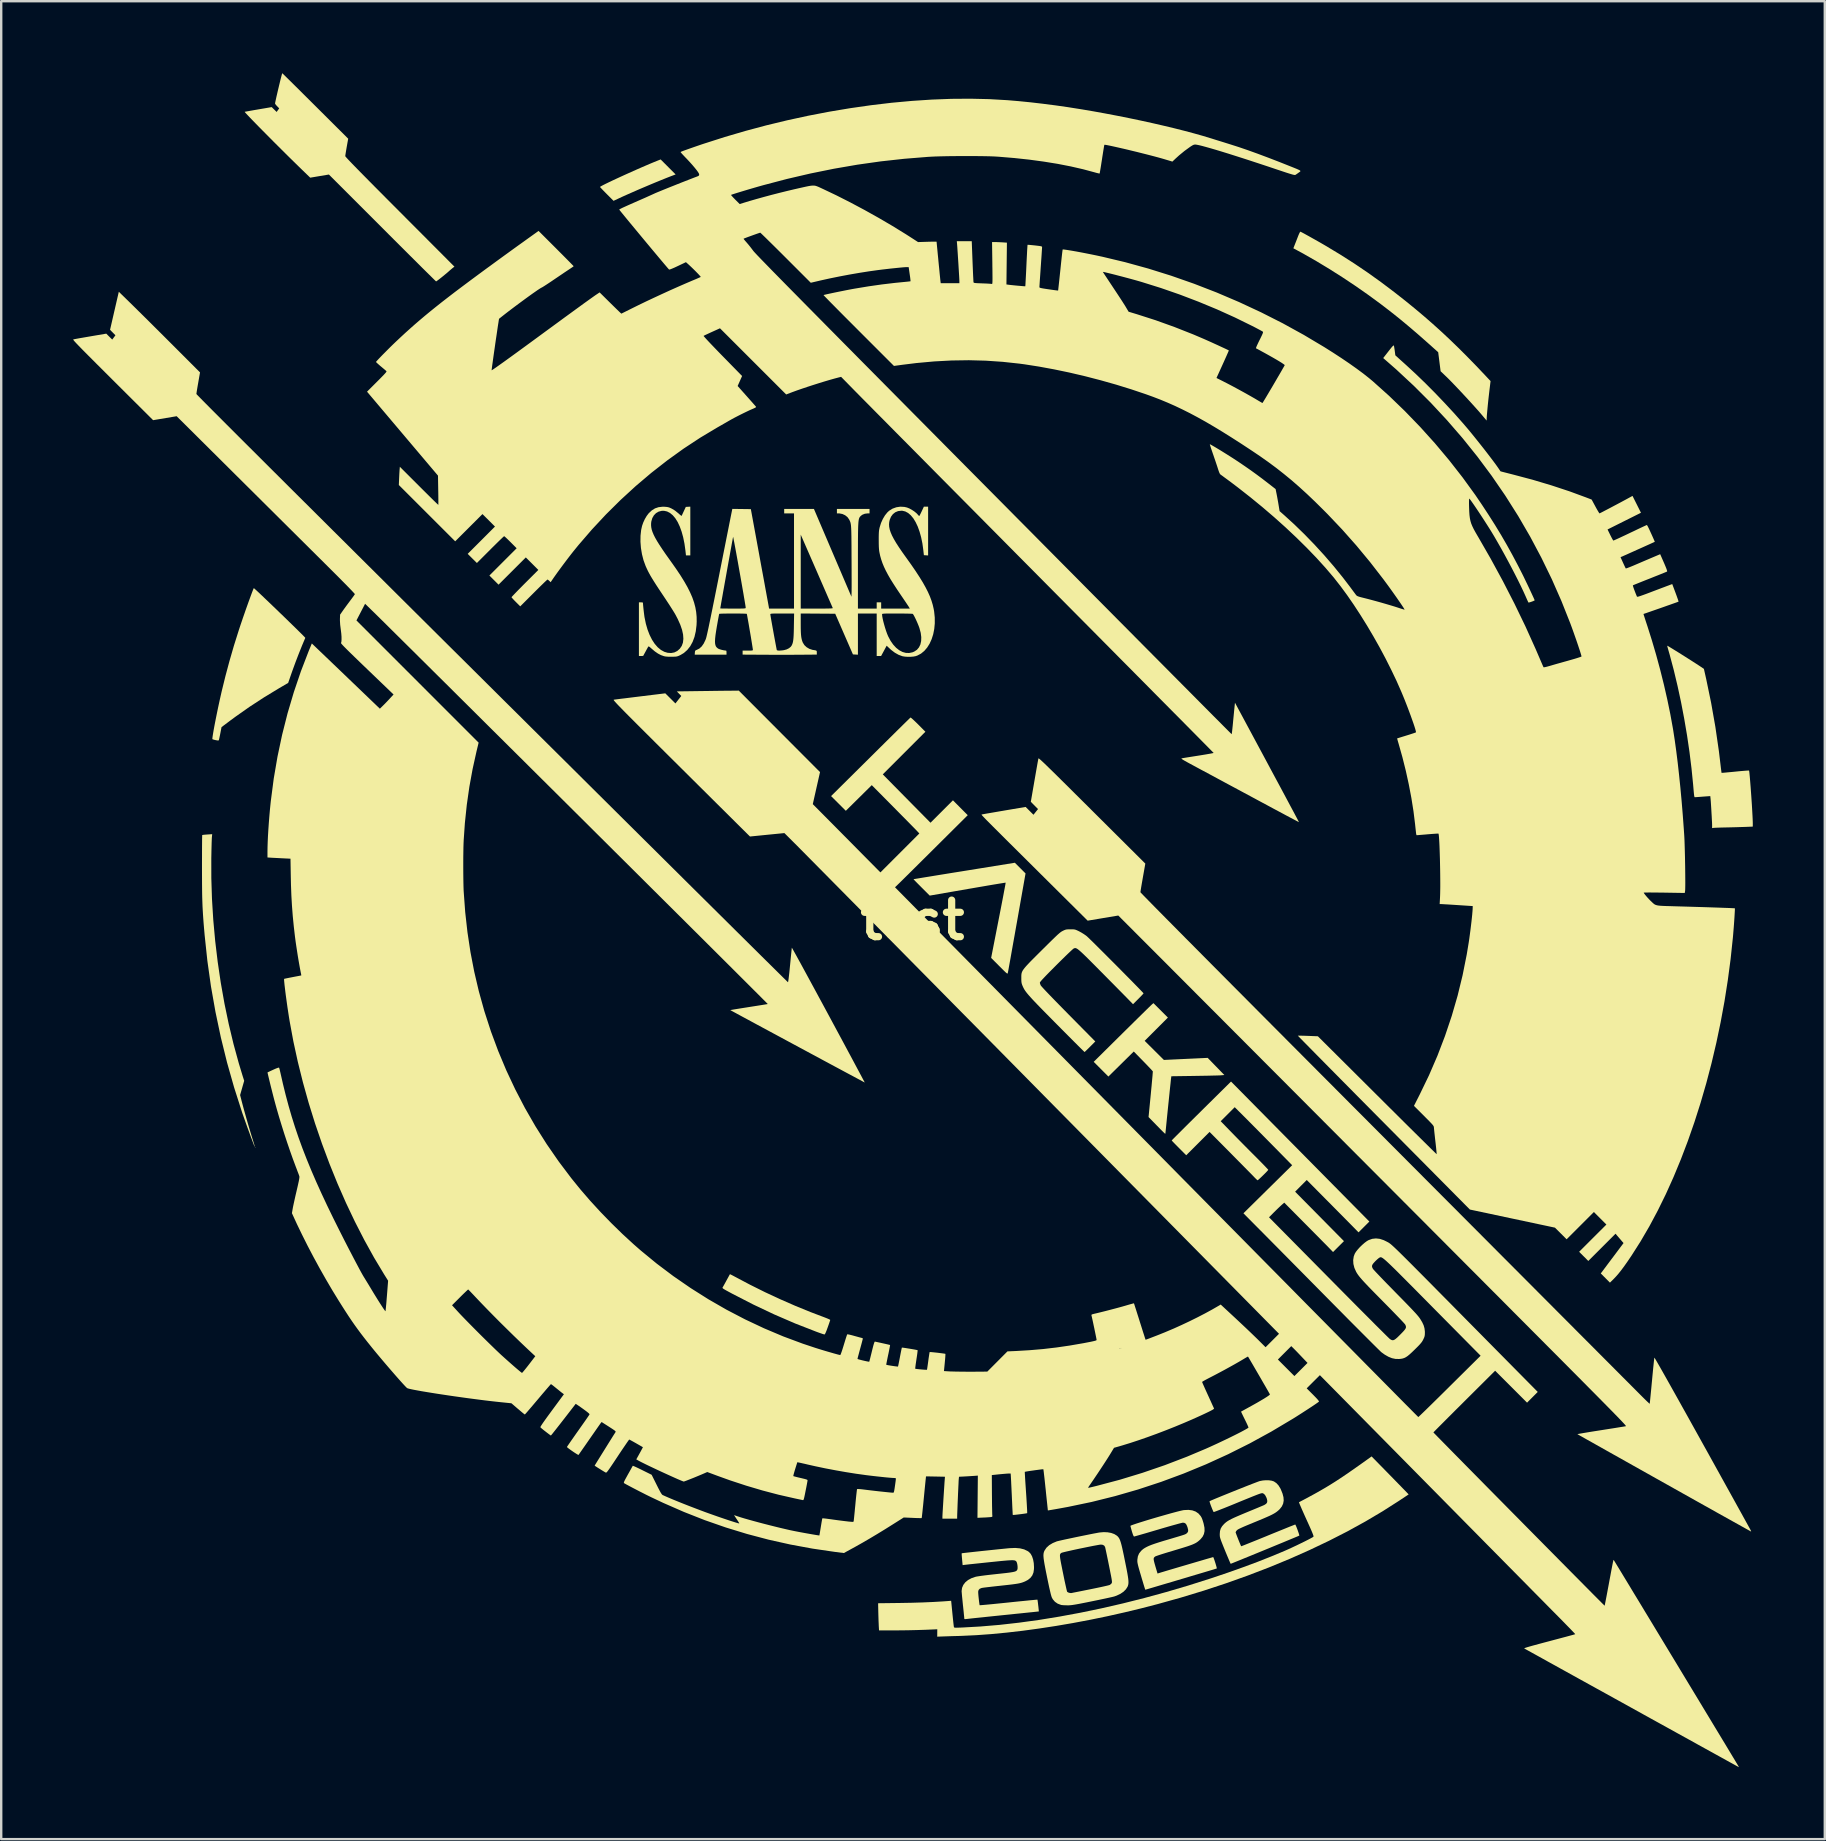
<source format=kicad_pcb>
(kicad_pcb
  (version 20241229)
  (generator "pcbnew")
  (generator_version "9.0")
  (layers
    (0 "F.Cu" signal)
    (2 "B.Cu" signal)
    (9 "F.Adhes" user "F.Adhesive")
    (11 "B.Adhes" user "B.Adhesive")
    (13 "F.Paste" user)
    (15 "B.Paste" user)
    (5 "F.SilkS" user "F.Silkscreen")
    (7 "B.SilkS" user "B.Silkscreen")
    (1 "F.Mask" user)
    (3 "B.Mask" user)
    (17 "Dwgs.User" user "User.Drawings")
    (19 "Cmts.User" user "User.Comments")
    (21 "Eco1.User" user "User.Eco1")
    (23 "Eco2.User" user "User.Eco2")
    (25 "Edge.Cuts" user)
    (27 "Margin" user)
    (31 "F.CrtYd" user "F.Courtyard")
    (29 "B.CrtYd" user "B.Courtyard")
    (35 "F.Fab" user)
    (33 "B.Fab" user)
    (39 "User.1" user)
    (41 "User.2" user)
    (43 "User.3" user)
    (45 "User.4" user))
  (footprint "test"
    (layer "F.Cu")
    (at 34.964 35.284)
    (property "Reference" "test" (at 0 0 0) (layer "F.SilkS") (effects (font (size 1.524 1.524) (thickness 0.3))))
    (attr board_only exclude_from_pos_files exclude_from_bom)
    (fp_poly (pts (xy -27.38 9.466) (xy -27.378 9.488) (xy -27.38 9.491) (xy -27.391 9.488) (xy -27.393 9.478) (xy -27.386 9.463)) (stroke (width 0) (type solid)) (fill yes) (layer "F.SilkS"))
    (fp_poly (pts (xy -9.867 -31.067) (xy -10.078 -30.987) (xy -10.262 -30.915) (xy -10.472 -30.83) (xy -10.702 -30.736) (xy -10.944 -30.635) (xy -11.192 -30.53) (xy -11.438 -30.425) (xy -11.675 -30.321) (xy -11.898 -30.223) (xy -12.098 -30.133) (xy -12.239 -30.067) (xy -12.453 -29.967) (xy -12.735 -30.249) (xy -12.818 -30.333) (xy -12.891 -30.408) (xy -12.951 -30.471) (xy -12.994 -30.517) (xy -13.015 -30.542) (xy -13.017 -30.546) (xy -13 -30.56) (xy -12.952 -30.588) (xy -12.877 -30.628) (xy -12.776 -30.679) (xy -12.654 -30.738) (xy -12.514 -30.805) (xy -12.358 -30.878) (xy -12.189 -30.956) (xy -12.012 -31.037) (xy -11.828 -31.12) (xy -11.642 -31.203) (xy -11.456 -31.286) (xy -11.273 -31.366) (xy -11.097 -31.442) (xy -10.931 -31.513) (xy -10.777 -31.577) (xy -10.639 -31.633) (xy -10.566 -31.662) (xy -10.49 -31.691)) (stroke (width 0) (type solid)) (fill yes) (layer "F.SilkS"))
    (fp_poly (pts (xy -7.587 14.757) (xy -7.543 14.778) (xy -7.479 14.811) (xy -7.399 14.854) (xy -7.361 14.874) (xy -6.764 15.19) (xy -6.145 15.498) (xy -5.513 15.792) (xy -4.878 16.07) (xy -4.249 16.327) (xy -3.748 16.517) (xy -3.646 16.556) (xy -3.557 16.591) (xy -3.488 16.621) (xy -3.442 16.643) (xy -3.426 16.654) (xy -3.432 16.678) (xy -3.449 16.73) (xy -3.474 16.804) (xy -3.506 16.895) (xy -3.532 16.968) (xy -3.575 17.086) (xy -3.609 17.171) (xy -3.636 17.227) (xy -3.656 17.256) (xy -3.667 17.262) (xy -3.693 17.255) (xy -3.748 17.238) (xy -3.826 17.211) (xy -3.92 17.178) (xy -4.013 17.144) (xy -4.887 16.803) (xy -5.762 16.425) (xy -6.637 16.011) (xy -7.514 15.56) (xy -7.527 15.553) (xy -7.653 15.485) (xy -7.749 15.433) (xy -7.819 15.393) (xy -7.867 15.364) (xy -7.897 15.342) (xy -7.911 15.326) (xy -7.914 15.313) (xy -7.909 15.301) (xy -7.908 15.298) (xy -7.89 15.269) (xy -7.859 15.214) (xy -7.818 15.14) (xy -7.77 15.053) (xy -7.747 15.009) (xy -7.699 14.922) (xy -7.658 14.847) (xy -7.627 14.79) (xy -7.608 14.757) (xy -7.605 14.751)) (stroke (width 0) (type solid)) (fill yes) (layer "F.SilkS"))
    (fp_poly (pts (xy 4.488 -2.169) (xy 4.711 -1.946) (xy 4.349 0.102) (xy 4.3 0.374) (xy 4.254 0.637) (xy 4.209 0.887) (xy 4.167 1.123) (xy 4.128 1.342) (xy 4.093 1.541) (xy 4.061 1.719) (xy 4.033 1.873) (xy 4.01 2) (xy 3.992 2.099) (xy 3.979 2.166) (xy 3.972 2.2) (xy 3.972 2.202) (xy 3.967 2.217) (xy 3.959 2.225) (xy 3.945 2.223) (xy 3.923 2.209) (xy 3.889 2.181) (xy 3.84 2.135) (xy 3.773 2.069) (xy 3.685 1.981) (xy 3.617 1.914) (xy 3.278 1.573) (xy 3.584 0.01) (xy 3.63 -0.225) (xy 3.674 -0.451) (xy 3.715 -0.662) (xy 3.753 -0.858) (xy 3.787 -1.036) (xy 3.816 -1.192) (xy 3.841 -1.324) (xy 3.861 -1.43) (xy 3.874 -1.506) (xy 3.881 -1.551) (xy 3.882 -1.561) (xy 3.863 -1.56) (xy 3.81 -1.552) (xy 3.725 -1.538) (xy 3.612 -1.52) (xy 3.473 -1.497) (xy 3.31 -1.47) (xy 3.127 -1.439) (xy 2.926 -1.404) (xy 2.709 -1.367) (xy 2.48 -1.327) (xy 2.297 -1.296) (xy 0.72 -1.022) (xy 0.379 -1.362) (xy 0.288 -1.454) (xy 0.206 -1.536) (xy 0.137 -1.606) (xy 0.085 -1.66) (xy 0.052 -1.695) (xy 0.043 -1.706) (xy 0.061 -1.709) (xy 0.114 -1.718) (xy 0.199 -1.732) (xy 0.314 -1.751) (xy 0.457 -1.775) (xy 0.625 -1.802) (xy 0.815 -1.833) (xy 1.027 -1.868) (xy 1.257 -1.905) (xy 1.502 -1.945) (xy 1.762 -1.987) (xy 2.033 -2.03) (xy 2.156 -2.05) (xy 4.266 -2.391)) (stroke (width 0) (type solid)) (fill yes) (layer "F.SilkS"))
    (fp_poly (pts (xy -27.425 -13.821) (xy -27.386 -13.787) (xy -27.325 -13.731) (xy -27.245 -13.657) (xy -27.148 -13.565) (xy -27.037 -13.46) (xy -26.914 -13.342) (xy -26.781 -13.215) (xy -26.641 -13.081) (xy -26.497 -12.943) (xy -26.351 -12.801) (xy -26.204 -12.66) (xy -26.061 -12.521) (xy -25.923 -12.386) (xy -25.792 -12.259) (xy -25.671 -12.141) (xy -25.563 -12.034) (xy -25.47 -11.942) (xy -25.394 -11.866) (xy -25.338 -11.809) (xy -25.305 -11.773) (xy -25.295 -11.761) (xy -25.432 -11.436) (xy -25.571 -11.089) (xy -25.706 -10.737) (xy -25.831 -10.395) (xy -25.884 -10.244) (xy -26.009 -9.883) (xy -26.38 -9.666) (xy -27.009 -9.284) (xy -27.615 -8.889) (xy -28.191 -8.484) (xy -28.401 -8.33) (xy -28.785 -8.041) (xy -28.836 -7.778) (xy -28.855 -7.682) (xy -28.873 -7.599) (xy -28.887 -7.535) (xy -28.897 -7.499) (xy -28.899 -7.494) (xy -28.919 -7.484) (xy -28.967 -7.488) (xy -29.031 -7.5) (xy -29.095 -7.515) (xy -29.143 -7.53) (xy -29.165 -7.539) (xy -29.167 -7.562) (xy -29.161 -7.618) (xy -29.149 -7.703) (xy -29.131 -7.814) (xy -29.108 -7.947) (xy -29.08 -8.098) (xy -29.048 -8.265) (xy -29.013 -8.442) (xy -28.975 -8.628) (xy -28.936 -8.818) (xy -28.895 -9.009) (xy -28.854 -9.198) (xy -28.813 -9.379) (xy -28.778 -9.534) (xy -28.62 -10.176) (xy -28.452 -10.802) (xy -28.271 -11.427) (xy -28.071 -12.062) (xy -27.99 -12.309) (xy -27.941 -12.452) (xy -27.889 -12.606) (xy -27.833 -12.766) (xy -27.777 -12.928) (xy -27.72 -13.088) (xy -27.665 -13.242) (xy -27.612 -13.387) (xy -27.564 -13.518) (xy -27.522 -13.632) (xy -27.487 -13.723) (xy -27.46 -13.79) (xy -27.444 -13.826) (xy -27.44 -13.832)) (stroke (width 0) (type solid)) (fill yes) (layer "F.SilkS"))
    (fp_poly (pts (xy 10.642 4.059) (xy 9.674 5.028) (xy 10.074 5.426) (xy 10.475 5.824) (xy 11.387 5.781) (xy 12.3 5.738) (xy 12.646 6.095) (xy 12.993 6.452) (xy 12.853 6.464) (xy 12.807 6.467) (xy 12.728 6.47) (xy 12.62 6.473) (xy 12.487 6.476) (xy 12.334 6.48) (xy 12.164 6.483) (xy 11.983 6.486) (xy 11.793 6.489) (xy 11.749 6.49) (xy 10.785 6.504) (xy 10.774 6.59) (xy 10.769 6.628) (xy 10.762 6.697) (xy 10.752 6.794) (xy 10.739 6.914) (xy 10.724 7.054) (xy 10.708 7.21) (xy 10.691 7.377) (xy 10.673 7.552) (xy 10.654 7.731) (xy 10.636 7.91) (xy 10.618 8.085) (xy 10.601 8.252) (xy 10.586 8.407) (xy 10.572 8.547) (xy 10.56 8.667) (xy 10.55 8.763) (xy 10.543 8.831) (xy 10.54 8.868) (xy 10.54 8.873) (xy 10.532 8.897) (xy 10.526 8.899) (xy 10.51 8.886) (xy 10.471 8.849) (xy 10.414 8.793) (xy 10.341 8.72) (xy 10.258 8.635) (xy 10.174 8.55) (xy 9.836 8.203) (xy 9.928 7.262) (xy 9.945 7.079) (xy 9.962 6.906) (xy 9.976 6.748) (xy 9.989 6.609) (xy 10 6.491) (xy 10.007 6.398) (xy 10.012 6.334) (xy 10.014 6.303) (xy 10.014 6.301) (xy 10 6.283) (xy 9.963 6.242) (xy 9.907 6.181) (xy 9.834 6.104) (xy 9.748 6.014) (xy 9.652 5.915) (xy 9.615 5.877) (xy 9.22 5.473) (xy 8.692 5.994) (xy 8.163 6.516) (xy 7.551 5.903) (xy 8.736 4.73) (xy 8.912 4.556) (xy 9.082 4.389) (xy 9.242 4.23) (xy 9.393 4.082) (xy 9.531 3.946) (xy 9.654 3.825) (xy 9.76 3.721) (xy 9.848 3.635) (xy 9.916 3.569) (xy 9.961 3.526) (xy 9.98 3.508) (xy 10.04 3.458)) (stroke (width 0) (type solid)) (fill yes) (layer "F.SilkS"))
    (fp_poly (pts (xy 16.186 -28.671) (xy 16.238 -28.644) (xy 16.314 -28.604) (xy 16.408 -28.552) (xy 16.517 -28.492) (xy 16.636 -28.425) (xy 16.761 -28.355) (xy 16.887 -28.284) (xy 17.01 -28.214) (xy 17.125 -28.147) (xy 17.216 -28.094) (xy 17.817 -27.732) (xy 18.396 -27.363) (xy 18.961 -26.981) (xy 19.52 -26.581) (xy 20.081 -26.158) (xy 20.549 -25.79) (xy 20.933 -25.477) (xy 21.304 -25.165) (xy 21.666 -24.85) (xy 22.023 -24.528) (xy 22.379 -24.195) (xy 22.738 -23.848) (xy 23.104 -23.483) (xy 23.482 -23.095) (xy 23.875 -22.681) (xy 23.975 -22.574) (xy 24.084 -22.458) (xy 24.034 -22.043) (xy 24.012 -21.853) (xy 23.991 -21.665) (xy 23.972 -21.483) (xy 23.956 -21.314) (xy 23.942 -21.163) (xy 23.931 -21.037) (xy 23.925 -20.94) (xy 23.924 -20.923) (xy 23.92 -20.812) (xy 23.718 -21.053) (xy 23.633 -21.152) (xy 23.529 -21.27) (xy 23.408 -21.405) (xy 23.276 -21.551) (xy 23.135 -21.705) (xy 22.99 -21.862) (xy 22.845 -22.017) (xy 22.704 -22.167) (xy 22.571 -22.306) (xy 22.45 -22.432) (xy 22.345 -22.539) (xy 22.26 -22.623) (xy 22.247 -22.635) (xy 22.003 -22.868) (xy 21.953 -23.264) (xy 21.903 -23.659) (xy 21.81 -23.743) (xy 21.482 -24.036) (xy 21.175 -24.307) (xy 20.886 -24.557) (xy 20.611 -24.791) (xy 20.344 -25.012) (xy 20.083 -25.223) (xy 19.822 -25.427) (xy 19.558 -25.63) (xy 19.45 -25.711) (xy 18.952 -26.075) (xy 18.434 -26.436) (xy 17.905 -26.788) (xy 17.371 -27.126) (xy 16.841 -27.447) (xy 16.322 -27.744) (xy 16.049 -27.893) (xy 15.869 -27.99) (xy 15.943 -28.18) (xy 15.983 -28.28) (xy 16.025 -28.389) (xy 16.064 -28.489) (xy 16.079 -28.528) (xy 16.109 -28.597) (xy 16.135 -28.65) (xy 16.156 -28.679) (xy 16.162 -28.682)) (stroke (width 0) (type solid)) (fill yes) (layer "F.SilkS"))
    (fp_poly (pts (xy -29.187 -3.453) (xy -29.19 -3.405) (xy -29.193 -3.325) (xy -29.197 -3.218) (xy -29.2 -3.089) (xy -29.204 -2.942) (xy -29.207 -2.783) (xy -29.21 -2.617) (xy -29.211 -2.598) (xy -29.21 -1.748) (xy -29.183 -0.884) (xy -29.129 -0.011) (xy -29.049 0.867) (xy -28.944 1.744) (xy -28.815 2.616) (xy -28.662 3.479) (xy -28.485 4.328) (xy -28.286 5.158) (xy -28.065 5.965) (xy -27.906 6.489) (xy -27.841 6.693) (xy -28.011 7.287) (xy -27.941 7.559) (xy -27.902 7.707) (xy -27.855 7.882) (xy -27.8 8.077) (xy -27.742 8.283) (xy -27.682 8.491) (xy -27.622 8.694) (xy -27.565 8.884) (xy -27.514 9.051) (xy -27.497 9.105) (xy -27.465 9.209) (xy -27.437 9.3) (xy -27.416 9.371) (xy -27.404 9.419) (xy -27.401 9.437) (xy -27.411 9.429) (xy -27.416 9.419) (xy -27.484 9.24) (xy -27.558 9.042) (xy -27.634 8.834) (xy -27.711 8.623) (xy -27.784 8.419) (xy -27.851 8.23) (xy -27.91 8.063) (xy -27.931 8.001) (xy -28.26 6.972) (xy -28.555 5.932) (xy -28.814 4.882) (xy -29.037 3.824) (xy -29.225 2.76) (xy -29.375 1.692) (xy -29.489 0.62) (xy -29.495 0.549) (xy -29.515 0.323) (xy -29.532 0.118) (xy -29.546 -0.071) (xy -29.558 -0.248) (xy -29.568 -0.418) (xy -29.577 -0.586) (xy -29.583 -0.757) (xy -29.589 -0.935) (xy -29.593 -1.126) (xy -29.595 -1.333) (xy -29.597 -1.561) (xy -29.598 -1.816) (xy -29.599 -2.102) (xy -29.599 -2.2) (xy -29.599 -2.42) (xy -29.598 -2.629) (xy -29.598 -2.823) (xy -29.597 -3.001) (xy -29.596 -3.159) (xy -29.595 -3.294) (xy -29.594 -3.403) (xy -29.592 -3.483) (xy -29.591 -3.531) (xy -29.589 -3.545) (xy -29.568 -3.55) (xy -29.517 -3.557) (xy -29.445 -3.563) (xy -29.377 -3.568) (xy -29.174 -3.581)) (stroke (width 0) (type solid)) (fill yes) (layer "F.SilkS"))
    (fp_poly (pts (xy 31.465 -11.424) (xy 31.512 -11.397) (xy 31.583 -11.354) (xy 31.673 -11.299) (xy 31.779 -11.233) (xy 31.898 -11.16) (xy 32.024 -11.081) (xy 32.155 -10.998) (xy 32.286 -10.915) (xy 32.414 -10.834) (xy 32.534 -10.757) (xy 32.643 -10.687) (xy 32.737 -10.626) (xy 32.813 -10.576) (xy 32.972 -10.469) (xy 33.068 -10.044) (xy 33.273 -9.055) (xy 33.45 -8.051) (xy 33.597 -7.038) (xy 33.657 -6.539) (xy 33.671 -6.422) (xy 33.683 -6.318) (xy 33.694 -6.233) (xy 33.702 -6.171) (xy 33.708 -6.139) (xy 33.709 -6.136) (xy 33.728 -6.137) (xy 33.78 -6.14) (xy 33.859 -6.147) (xy 33.963 -6.157) (xy 34.084 -6.168) (xy 34.221 -6.181) (xy 34.278 -6.187) (xy 34.419 -6.201) (xy 34.548 -6.213) (xy 34.66 -6.222) (xy 34.75 -6.229) (xy 34.815 -6.233) (xy 34.849 -6.234) (xy 34.853 -6.233) (xy 34.858 -6.211) (xy 34.866 -6.155) (xy 34.874 -6.07) (xy 34.885 -5.96) (xy 34.896 -5.829) (xy 34.908 -5.68) (xy 34.921 -5.518) (xy 34.933 -5.347) (xy 34.946 -5.17) (xy 34.958 -4.992) (xy 34.97 -4.817) (xy 34.98 -4.648) (xy 34.989 -4.49) (xy 34.997 -4.346) (xy 35.003 -4.221) (xy 35.007 -4.118) (xy 35.009 -4.042) (xy 35.009 -4.036) (xy 35.009 -3.897) (xy 34.725 -3.885) (xy 34.625 -3.882) (xy 34.497 -3.878) (xy 34.35 -3.873) (xy 34.193 -3.869) (xy 34.036 -3.865) (xy 33.938 -3.863) (xy 33.802 -3.86) (xy 33.675 -3.857) (xy 33.563 -3.853) (xy 33.472 -3.85) (xy 33.407 -3.846) (xy 33.375 -3.844) (xy 33.314 -3.834) (xy 33.314 -3.95) (xy 33.313 -4.003) (xy 33.31 -4.085) (xy 33.304 -4.192) (xy 33.298 -4.315) (xy 33.29 -4.448) (xy 33.282 -4.585) (xy 33.274 -4.718) (xy 33.266 -4.841) (xy 33.259 -4.948) (xy 33.252 -5.031) (xy 33.248 -5.075) (xy 33.238 -5.168) (xy 32.936 -5.146) (xy 32.832 -5.138) (xy 32.74 -5.131) (xy 32.666 -5.126) (xy 32.617 -5.123) (xy 32.603 -5.122) (xy 32.593 -5.122) (xy 32.585 -5.126) (xy 32.578 -5.138) (xy 32.571 -5.161) (xy 32.565 -5.2) (xy 32.558 -5.259) (xy 32.55 -5.341) (xy 32.54 -5.451) (xy 32.528 -5.593) (xy 32.523 -5.652) (xy 32.456 -6.32) (xy 32.372 -7.003) (xy 32.27 -7.697) (xy 32.152 -8.392) (xy 32.02 -9.082) (xy 31.874 -9.759) (xy 31.717 -10.418) (xy 31.549 -11.05) (xy 31.483 -11.28) (xy 31.463 -11.349) (xy 31.45 -11.402) (xy 31.445 -11.431) (xy 31.446 -11.434)) (stroke (width 0) (type solid)) (fill yes) (layer "F.SilkS"))
    (fp_poly (pts (xy -26.24 -35.27) (xy -26.2 -35.232) (xy -26.138 -35.171) (xy -26.055 -35.089) (xy -25.952 -34.988) (xy -25.832 -34.869) (xy -25.696 -34.734) (xy -25.545 -34.585) (xy -25.383 -34.423) (xy -25.21 -34.251) (xy -25.028 -34.07) (xy -24.875 -33.918) (xy -23.508 -32.556) (xy -23.569 -32.214) (xy -23.588 -32.103) (xy -23.605 -32.002) (xy -23.618 -31.918) (xy -23.627 -31.858) (xy -23.63 -31.829) (xy -23.623 -31.817) (xy -23.601 -31.79) (xy -23.564 -31.748) (xy -23.511 -31.69) (xy -23.441 -31.616) (xy -23.353 -31.524) (xy -23.246 -31.414) (xy -23.12 -31.285) (xy -22.974 -31.136) (xy -22.807 -30.967) (xy -22.618 -30.775) (xy -22.407 -30.562) (xy -22.172 -30.326) (xy -21.913 -30.065) (xy -21.629 -29.78) (xy -21.356 -29.506) (xy -19.081 -27.224) (xy -19.126 -27.192) (xy -19.158 -27.167) (xy -19.21 -27.123) (xy -19.274 -27.069) (xy -19.32 -27.028) (xy -19.388 -26.968) (xy -19.467 -26.903) (xy -19.549 -26.835) (xy -19.631 -26.769) (xy -19.707 -26.709) (xy -19.772 -26.66) (xy -19.819 -26.626) (xy -19.845 -26.611) (xy -19.847 -26.61) (xy -19.861 -26.623) (xy -19.9 -26.661) (xy -19.963 -26.723) (xy -20.048 -26.807) (xy -20.155 -26.912) (xy -20.28 -27.036) (xy -20.424 -27.178) (xy -20.584 -27.338) (xy -20.76 -27.513) (xy -20.95 -27.702) (xy -21.152 -27.904) (xy -21.366 -28.117) (xy -21.59 -28.34) (xy -21.822 -28.572) (xy -22.061 -28.812) (xy -24.312 -31.063) (xy -25.09 -30.932) (xy -25.492 -31.321) (xy -25.633 -31.459) (xy -25.784 -31.607) (xy -25.942 -31.762) (xy -26.106 -31.924) (xy -26.273 -32.09) (xy -26.441 -32.258) (xy -26.609 -32.425) (xy -26.773 -32.591) (xy -26.933 -32.752) (xy -27.086 -32.906) (xy -27.23 -33.052) (xy -27.363 -33.188) (xy -27.483 -33.312) (xy -27.588 -33.42) (xy -27.676 -33.513) (xy -27.745 -33.586) (xy -27.793 -33.639) (xy -27.817 -33.669) (xy -27.82 -33.675) (xy -27.795 -33.681) (xy -27.739 -33.691) (xy -27.655 -33.706) (xy -27.549 -33.725) (xy -27.425 -33.747) (xy -27.289 -33.77) (xy -27.244 -33.778) (xy -26.694 -33.872) (xy -26.592 -33.771) (xy -26.489 -33.67) (xy -26.436 -33.745) (xy -26.382 -33.82) (xy -26.468 -33.908) (xy -26.513 -33.957) (xy -26.544 -33.998) (xy -26.555 -34.022) (xy -26.551 -34.051) (xy -26.539 -34.11) (xy -26.521 -34.192) (xy -26.499 -34.294) (xy -26.472 -34.411) (xy -26.443 -34.537) (xy -26.412 -34.667) (xy -26.381 -34.797) (xy -26.351 -34.921) (xy -26.323 -35.035) (xy -26.298 -35.133) (xy -26.278 -35.21) (xy -26.263 -35.262) (xy -26.255 -35.284) (xy -26.255 -35.284)) (stroke (width 0) (type solid)) (fill yes) (layer "F.SilkS"))
    (fp_poly (pts (xy 19.755 22.982) (xy 19.886 23.116) (xy 20.014 23.247) (xy 20.136 23.372) (xy 20.248 23.487) (xy 20.347 23.588) (xy 20.429 23.673) (xy 20.492 23.737) (xy 20.527 23.773) (xy 20.672 23.924) (xy 20.266 24.194) (xy 19.586 24.628) (xy 18.872 25.051) (xy 18.126 25.462) (xy 17.349 25.859) (xy 16.542 26.243) (xy 15.709 26.613) (xy 14.849 26.968) (xy 13.964 27.307) (xy 13.057 27.63) (xy 12.129 27.936) (xy 11.181 28.224) (xy 10.215 28.494) (xy 9.544 28.668) (xy 8.831 28.84) (xy 8.115 29.001) (xy 7.397 29.149) (xy 6.683 29.284) (xy 5.975 29.405) (xy 5.277 29.512) (xy 4.593 29.605) (xy 3.927 29.682) (xy 3.281 29.744) (xy 2.66 29.789) (xy 2.067 29.817) (xy 1.899 29.823) (xy 1.763 29.826) (xy 1.62 29.83) (xy 1.482 29.835) (xy 1.36 29.839) (xy 1.275 29.842) (xy 1.032 29.851) (xy 1.034 29.543) (xy 0.922 29.548) (xy 0.549 29.564) (xy 0.204 29.575) (xy -0.123 29.583) (xy -0.44 29.588) (xy -0.757 29.59) (xy -0.757 29.59) (xy -1.393 29.59) (xy -1.404 29.399) (xy -1.407 29.318) (xy -1.412 29.21) (xy -1.416 29.084) (xy -1.42 28.952) (xy -1.423 28.834) (xy -1.431 28.459) (xy -0.543 28.448) (xy -0.041 28.439) (xy 0.427 28.425) (xy 0.865 28.406) (xy 1.275 28.382) (xy 1.453 28.369) (xy 1.612 28.357) (xy 1.664 28.885) (xy 1.678 29.023) (xy 1.691 29.149) (xy 1.703 29.26) (xy 1.713 29.35) (xy 1.721 29.414) (xy 1.726 29.446) (xy 1.726 29.448) (xy 1.732 29.461) (xy 1.743 29.47) (xy 1.767 29.475) (xy 1.807 29.478) (xy 1.87 29.477) (xy 1.96 29.474) (xy 2.055 29.471) (xy 2.824 29.428) (xy 3.618 29.361) (xy 4.434 29.269) (xy 5.271 29.154) (xy 6.124 29.015) (xy 6.993 28.854) (xy 7.874 28.671) (xy 8.766 28.466) (xy 9.664 28.24) (xy 10.568 27.993) (xy 11.474 27.726) (xy 12.38 27.439) (xy 12.449 27.417) (xy 13.127 27.188) (xy 13.77 26.96) (xy 14.378 26.734) (xy 14.952 26.507) (xy 15.494 26.281) (xy 15.558 26.253) (xy 15.666 26.205) (xy 15.787 26.15) (xy 15.916 26.089) (xy 16.049 26.026) (xy 16.181 25.962) (xy 16.308 25.9) (xy 16.425 25.841) (xy 16.527 25.789) (xy 16.611 25.744) (xy 16.67 25.711) (xy 16.702 25.69) (xy 16.705 25.688) (xy 16.708 25.676) (xy 16.706 25.653) (xy 16.695 25.618) (xy 16.676 25.566) (xy 16.648 25.495) (xy 16.608 25.402) (xy 16.556 25.284) (xy 16.49 25.138) (xy 16.41 24.962) (xy 16.408 24.957) (xy 16.34 24.807) (xy 16.278 24.667) (xy 16.222 24.541) (xy 16.176 24.434) (xy 16.139 24.348) (xy 16.115 24.287) (xy 16.103 24.254) (xy 16.103 24.25) (xy 16.123 24.24) (xy 16.17 24.215) (xy 16.242 24.177) (xy 16.333 24.129) (xy 16.438 24.073) (xy 16.532 24.022) (xy 16.766 23.895) (xy 16.987 23.77) (xy 17.201 23.646) (xy 17.412 23.518) (xy 17.625 23.384) (xy 17.845 23.24) (xy 18.078 23.083) (xy 18.328 22.91) (xy 18.6 22.719) (xy 18.703 22.646) (xy 19.128 22.342)) (stroke (width 0) (type solid)) (fill yes) (layer "F.SilkS"))
    (fp_poly (pts (xy -9.255 -15.195) (xy -9.436 -15.195) (xy -9.458 -15.395) (xy -9.498 -15.682) (xy -9.551 -15.946) (xy -9.617 -16.185) (xy -9.694 -16.398) (xy -9.781 -16.584) (xy -9.879 -16.741) (xy -9.986 -16.868) (xy -10.101 -16.963) (xy -10.223 -17.026) (xy -10.351 -17.054) (xy -10.448 -17.052) (xy -10.575 -17.019) (xy -10.684 -16.956) (xy -10.773 -16.864) (xy -10.839 -16.748) (xy -10.879 -16.61) (xy -10.888 -16.54) (xy -10.89 -16.454) (xy -10.882 -16.365) (xy -10.863 -16.271) (xy -10.83 -16.17) (xy -10.783 -16.058) (xy -10.721 -15.934) (xy -10.642 -15.795) (xy -10.544 -15.638) (xy -10.427 -15.46) (xy -10.29 -15.26) (xy -10.13 -15.035) (xy -10.069 -14.95) (xy -9.858 -14.651) (xy -9.673 -14.376) (xy -9.514 -14.12) (xy -9.377 -13.881) (xy -9.264 -13.656) (xy -9.171 -13.442) (xy -9.099 -13.236) (xy -9.046 -13.036) (xy -9.011 -12.839) (xy -8.992 -12.641) (xy -8.989 -12.439) (xy -8.996 -12.289) (xy -9.027 -12.033) (xy -9.081 -11.801) (xy -9.159 -11.592) (xy -9.259 -11.41) (xy -9.381 -11.256) (xy -9.523 -11.13) (xy -9.66 -11.048) (xy -9.722 -11.018) (xy -9.772 -10.998) (xy -9.819 -10.985) (xy -9.874 -10.978) (xy -9.949 -10.975) (xy -10.027 -10.973) (xy -10.171 -10.974) (xy -10.282 -10.983) (xy -10.349 -10.996) (xy -10.478 -11.041) (xy -10.602 -11.106) (xy -10.73 -11.194) (xy -10.867 -11.31) (xy -10.881 -11.322) (xy -10.938 -11.372) (xy -10.975 -11.398) (xy -10.997 -11.403) (xy -11.006 -11.395) (xy -11.022 -11.369) (xy -11.05 -11.317) (xy -11.088 -11.249) (xy -11.121 -11.187) (xy -11.22 -11.006) (xy -11.396 -11.005) (xy -11.396 -13.24) (xy -11.313 -13.24) (xy -11.263 -13.237) (xy -11.233 -13.23) (xy -11.229 -13.226) (xy -11.226 -13.18) (xy -11.22 -13.106) (xy -11.211 -13.014) (xy -11.2 -12.911) (xy -11.188 -12.809) (xy -11.176 -12.715) (xy -11.166 -12.638) (xy -11.162 -12.616) (xy -11.107 -12.349) (xy -11.036 -12.103) (xy -10.95 -11.881) (xy -10.85 -11.683) (xy -10.738 -11.511) (xy -10.614 -11.369) (xy -10.481 -11.258) (xy -10.339 -11.18) (xy -10.2 -11.138) (xy -10.054 -11.128) (xy -9.92 -11.153) (xy -9.799 -11.213) (xy -9.694 -11.306) (xy -9.612 -11.424) (xy -9.562 -11.562) (xy -9.544 -11.72) (xy -9.556 -11.897) (xy -9.599 -12.094) (xy -9.674 -12.311) (xy -9.78 -12.547) (xy -9.875 -12.728) (xy -9.914 -12.795) (xy -9.971 -12.888) (xy -10.041 -12.999) (xy -10.121 -13.124) (xy -10.208 -13.257) (xy -10.297 -13.392) (xy -10.331 -13.443) (xy -10.469 -13.65) (xy -10.589 -13.83) (xy -10.691 -13.987) (xy -10.778 -14.124) (xy -10.852 -14.244) (xy -10.916 -14.351) (xy -10.97 -14.449) (xy -11.018 -14.54) (xy -11.061 -14.63) (xy -11.102 -14.72) (xy -11.119 -14.759) (xy -11.205 -14.995) (xy -11.269 -15.246) (xy -11.312 -15.505) (xy -11.332 -15.764) (xy -11.329 -16.017) (xy -11.303 -16.255) (xy -11.265 -16.424) (xy -11.216 -16.565) (xy -11.15 -16.708) (xy -11.072 -16.84) (xy -10.99 -16.948) (xy -10.984 -16.955) (xy -10.858 -17.072) (xy -10.724 -17.155) (xy -10.578 -17.204) (xy -10.415 -17.223) (xy -10.334 -17.222) (xy -10.245 -17.215) (xy -10.177 -17.204) (xy -10.113 -17.183) (xy -10.037 -17.148) (xy -10.028 -17.143) (xy -9.891 -17.061) (xy -9.758 -16.953) (xy -9.753 -16.949) (xy -9.697 -16.898) (xy -9.651 -16.861) (xy -9.622 -16.843) (xy -9.615 -16.843) (xy -9.605 -16.867) (xy -9.582 -16.917) (xy -9.551 -16.984) (xy -9.525 -17.039) (xy -9.442 -17.216) (xy -9.348 -17.221) (xy -9.255 -17.227)) (stroke (width 0) (type solid)) (fill yes) (layer "F.SilkS"))
    (fp_poly (pts (xy 6.669 0.382) (xy 6.731 0.386) (xy 6.782 0.396) (xy 6.834 0.415) (xy 6.9 0.445) (xy 6.948 0.469) (xy 7.041 0.52) (xy 7.138 0.58) (xy 7.225 0.64) (xy 7.253 0.661) (xy 7.282 0.687) (xy 7.334 0.736) (xy 7.406 0.806) (xy 7.497 0.894) (xy 7.603 0.999) (xy 7.722 1.117) (xy 7.853 1.248) (xy 7.993 1.387) (xy 8.139 1.534) (xy 8.29 1.685) (xy 8.444 1.839) (xy 8.597 1.993) (xy 8.747 2.145) (xy 8.893 2.293) (xy 9.033 2.434) (xy 9.163 2.566) (xy 9.281 2.687) (xy 9.386 2.794) (xy 9.475 2.886) (xy 9.546 2.96) (xy 9.596 3.013) (xy 9.623 3.044) (xy 9.627 3.05) (xy 9.615 3.067) (xy 9.58 3.106) (xy 9.528 3.161) (xy 9.462 3.229) (xy 9.408 3.283) (xy 9.189 3.502) (xy 8.966 3.273) (xy 8.914 3.22) (xy 8.839 3.144) (xy 8.743 3.046) (xy 8.63 2.932) (xy 8.502 2.802) (xy 8.362 2.66) (xy 8.213 2.51) (xy 8.058 2.353) (xy 7.9 2.193) (xy 7.841 2.134) (xy 7.656 1.947) (xy 7.494 1.784) (xy 7.355 1.645) (xy 7.236 1.527) (xy 7.135 1.429) (xy 7.051 1.35) (xy 6.981 1.287) (xy 6.924 1.239) (xy 6.878 1.204) (xy 6.84 1.181) (xy 6.808 1.168) (xy 6.782 1.164) (xy 6.758 1.166) (xy 6.736 1.174) (xy 6.717 1.182) (xy 6.692 1.2) (xy 6.644 1.243) (xy 6.575 1.307) (xy 6.488 1.389) (xy 6.386 1.487) (xy 6.272 1.599) (xy 6.148 1.721) (xy 6.016 1.852) (xy 5.982 1.886) (xy 5.817 2.052) (xy 5.677 2.193) (xy 5.562 2.311) (xy 5.47 2.408) (xy 5.4 2.483) (xy 5.35 2.54) (xy 5.32 2.579) (xy 5.308 2.601) (xy 5.307 2.604) (xy 5.316 2.647) (xy 5.336 2.702) (xy 5.344 2.719) (xy 5.364 2.745) (xy 5.408 2.795) (xy 5.476 2.869) (xy 5.565 2.964) (xy 5.675 3.079) (xy 5.804 3.213) (xy 5.95 3.363) (xy 6.112 3.529) (xy 6.288 3.708) (xy 6.477 3.9) (xy 6.499 3.923) (xy 7.617 5.054) (xy 7.398 5.274) (xy 7.325 5.347) (xy 7.261 5.409) (xy 7.211 5.458) (xy 7.179 5.487) (xy 7.17 5.493) (xy 7.155 5.481) (xy 7.117 5.444) (xy 7.057 5.385) (xy 6.979 5.308) (xy 6.884 5.214) (xy 6.776 5.106) (xy 6.657 4.987) (xy 6.529 4.858) (xy 6.489 4.818) (xy 6.236 4.564) (xy 6.009 4.335) (xy 5.805 4.129) (xy 5.623 3.944) (xy 5.461 3.78) (xy 5.319 3.635) (xy 5.195 3.507) (xy 5.087 3.394) (xy 4.995 3.296) (xy 4.916 3.209) (xy 4.849 3.134) (xy 4.794 3.069) (xy 4.747 3.011) (xy 4.709 2.96) (xy 4.678 2.914) (xy 4.651 2.871) (xy 4.629 2.829) (xy 4.609 2.788) (xy 4.59 2.746) (xy 4.584 2.732) (xy 4.562 2.675) (xy 4.547 2.622) (xy 4.539 2.564) (xy 4.535 2.488) (xy 4.535 2.412) (xy 4.535 2.35) (xy 4.536 2.295) (xy 4.541 2.246) (xy 4.55 2.199) (xy 4.567 2.152) (xy 4.592 2.102) (xy 4.629 2.047) (xy 4.678 1.984) (xy 4.741 1.91) (xy 4.821 1.824) (xy 4.918 1.722) (xy 5.036 1.603) (xy 5.176 1.463) (xy 5.34 1.3) (xy 5.397 1.243) (xy 5.558 1.084) (xy 5.694 0.949) (xy 5.81 0.835) (xy 5.906 0.742) (xy 5.985 0.666) (xy 6.05 0.605) (xy 6.104 0.558) (xy 6.148 0.521) (xy 6.185 0.493) (xy 6.217 0.472) (xy 6.248 0.455) (xy 6.266 0.445) (xy 6.329 0.416) (xy 6.379 0.397) (xy 6.43 0.387) (xy 6.494 0.383) (xy 6.582 0.382) (xy 6.584 0.382)) (stroke (width 0) (type solid)) (fill yes) (layer "F.SilkS"))
    (fp_poly (pts (xy 8.13 25.503) (xy 8.279 25.53) (xy 8.409 25.577) (xy 8.511 25.64) (xy 8.547 25.671) (xy 8.577 25.705) (xy 8.605 25.744) (xy 8.631 25.793) (xy 8.656 25.854) (xy 8.681 25.932) (xy 8.708 26.029) (xy 8.737 26.149) (xy 8.769 26.296) (xy 8.807 26.473) (xy 8.846 26.666) (xy 8.889 26.879) (xy 8.925 27.059) (xy 8.953 27.209) (xy 8.974 27.334) (xy 8.989 27.436) (xy 8.997 27.519) (xy 8.999 27.587) (xy 8.996 27.643) (xy 8.988 27.691) (xy 8.975 27.734) (xy 8.962 27.769) (xy 8.893 27.878) (xy 8.792 27.979) (xy 8.661 28.068) (xy 8.504 28.142) (xy 8.417 28.173) (xy 8.374 28.185) (xy 8.298 28.203) (xy 8.194 28.226) (xy 8.068 28.254) (xy 7.922 28.285) (xy 7.761 28.319) (xy 7.59 28.354) (xy 7.468 28.379) (xy 7.269 28.42) (xy 7.102 28.453) (xy 6.964 28.48) (xy 6.85 28.501) (xy 6.757 28.517) (xy 6.68 28.529) (xy 6.617 28.537) (xy 6.562 28.542) (xy 6.512 28.545) (xy 6.462 28.545) (xy 6.444 28.545) (xy 6.356 28.543) (xy 6.276 28.539) (xy 6.216 28.533) (xy 6.192 28.529) (xy 6.052 28.477) (xy 5.936 28.398) (xy 5.847 28.294) (xy 5.805 28.217) (xy 5.787 28.164) (xy 5.762 28.076) (xy 5.733 27.953) (xy 5.697 27.797) (xy 5.657 27.608) (xy 5.611 27.388) (xy 5.607 27.368) (xy 5.564 27.156) (xy 5.529 26.977) (xy 5.501 26.827) (xy 5.481 26.704) (xy 5.466 26.602) (xy 5.459 26.519) (xy 5.457 26.476) (xy 6.144 26.476) (xy 6.147 26.529) (xy 6.156 26.599) (xy 6.171 26.691) (xy 6.193 26.808) (xy 6.222 26.952) (xy 6.257 27.128) (xy 6.275 27.215) (xy 6.308 27.377) (xy 6.339 27.528) (xy 6.369 27.664) (xy 6.395 27.781) (xy 6.416 27.875) (xy 6.433 27.942) (xy 6.443 27.978) (xy 6.446 27.982) (xy 6.484 28.008) (xy 6.541 28.027) (xy 6.599 28.035) (xy 6.62 28.034) (xy 6.646 28.029) (xy 6.704 28.017) (xy 6.791 28) (xy 6.902 27.978) (xy 7.033 27.952) (xy 7.181 27.922) (xy 7.34 27.89) (xy 7.411 27.876) (xy 7.576 27.842) (xy 7.73 27.81) (xy 7.871 27.78) (xy 7.993 27.753) (xy 8.093 27.73) (xy 8.166 27.712) (xy 8.209 27.7) (xy 8.217 27.697) (xy 8.265 27.662) (xy 8.298 27.626) (xy 8.305 27.612) (xy 8.309 27.595) (xy 8.311 27.571) (xy 8.309 27.537) (xy 8.303 27.487) (xy 8.292 27.42) (xy 8.276 27.332) (xy 8.253 27.218) (xy 8.225 27.075) (xy 8.19 26.9) (xy 8.185 26.876) (xy 8.153 26.717) (xy 8.122 26.568) (xy 8.094 26.432) (xy 8.069 26.315) (xy 8.049 26.221) (xy 8.034 26.153) (xy 8.025 26.117) (xy 8.024 26.115) (xy 7.988 26.058) (xy 7.925 26.024) (xy 7.852 26.015) (xy 7.815 26.018) (xy 7.747 26.029) (xy 7.654 26.046) (xy 7.539 26.067) (xy 7.408 26.093) (xy 7.265 26.122) (xy 7.115 26.153) (xy 6.962 26.184) (xy 6.812 26.216) (xy 6.668 26.247) (xy 6.536 26.277) (xy 6.42 26.303) (xy 6.324 26.326) (xy 6.254 26.344) (xy 6.215 26.356) (xy 6.208 26.359) (xy 6.186 26.374) (xy 6.168 26.39) (xy 6.155 26.41) (xy 6.147 26.438) (xy 6.144 26.476) (xy 5.457 26.476) (xy 5.457 26.452) (xy 5.461 26.396) (xy 5.47 26.348) (xy 5.484 26.305) (xy 5.503 26.263) (xy 5.504 26.262) (xy 5.583 26.144) (xy 5.697 26.04) (xy 5.844 25.952) (xy 6.011 25.882) (xy 6.049 25.872) (xy 6.119 25.855) (xy 6.216 25.833) (xy 6.336 25.806) (xy 6.474 25.777) (xy 6.625 25.745) (xy 6.784 25.711) (xy 6.948 25.677) (xy 7.111 25.644) (xy 7.268 25.612) (xy 7.416 25.582) (xy 7.548 25.556) (xy 7.662 25.535) (xy 7.751 25.518) (xy 7.802 25.51) (xy 7.969 25.496)) (stroke (width 0) (type solid)) (fill yes) (layer "F.SilkS"))
    (fp_poly (pts (xy 11.657 24.589) (xy 11.797 24.639) (xy 11.914 24.719) (xy 12.008 24.827) (xy 12.047 24.895) (xy 12.069 24.946) (xy 12.094 25.02) (xy 12.121 25.107) (xy 12.133 25.152) (xy 12.165 25.312) (xy 12.169 25.452) (xy 12.143 25.575) (xy 12.088 25.687) (xy 12.001 25.792) (xy 11.98 25.811) (xy 11.935 25.853) (xy 11.89 25.889) (xy 11.844 25.922) (xy 11.791 25.954) (xy 11.73 25.984) (xy 11.656 26.016) (xy 11.565 26.05) (xy 11.455 26.088) (xy 11.322 26.13) (xy 11.163 26.179) (xy 10.974 26.236) (xy 10.819 26.283) (xy 10.668 26.328) (xy 10.526 26.371) (xy 10.399 26.411) (xy 10.29 26.446) (xy 10.205 26.475) (xy 10.146 26.496) (xy 10.119 26.507) (xy 10.085 26.533) (xy 10.062 26.56) (xy 10.05 26.594) (xy 10.05 26.641) (xy 10.062 26.707) (xy 10.085 26.796) (xy 10.119 26.915) (xy 10.121 26.923) (xy 10.21 27.221) (xy 10.259 27.205) (xy 10.294 27.194) (xy 10.359 27.174) (xy 10.451 27.147) (xy 10.566 27.112) (xy 10.7 27.072) (xy 10.85 27.028) (xy 11.011 26.98) (xy 11.181 26.93) (xy 11.355 26.879) (xy 11.53 26.827) (xy 11.702 26.777) (xy 11.867 26.728) (xy 12.022 26.683) (xy 12.163 26.641) (xy 12.286 26.605) (xy 12.388 26.576) (xy 12.465 26.554) (xy 12.513 26.54) (xy 12.529 26.536) (xy 12.539 26.553) (xy 12.557 26.597) (xy 12.58 26.661) (xy 12.605 26.737) (xy 12.63 26.816) (xy 12.652 26.892) (xy 12.669 26.954) (xy 12.678 26.996) (xy 12.679 27.01) (xy 12.66 27.016) (xy 12.61 27.031) (xy 12.53 27.056) (xy 12.424 27.088) (xy 12.295 27.126) (xy 12.146 27.171) (xy 11.981 27.22) (xy 11.802 27.273) (xy 11.613 27.329) (xy 11.418 27.388) (xy 11.219 27.447) (xy 11.019 27.506) (xy 10.822 27.565) (xy 10.631 27.621) (xy 10.449 27.675) (xy 10.28 27.725) (xy 10.126 27.771) (xy 9.991 27.811) (xy 9.878 27.844) (xy 9.79 27.87) (xy 9.73 27.887) (xy 9.702 27.895) (xy 9.7 27.895) (xy 9.693 27.878) (xy 9.677 27.829) (xy 9.653 27.754) (xy 9.623 27.655) (xy 9.588 27.537) (xy 9.548 27.406) (xy 9.528 27.336) (xy 9.481 27.178) (xy 9.444 27.051) (xy 9.416 26.95) (xy 9.396 26.871) (xy 9.382 26.809) (xy 9.373 26.76) (xy 9.369 26.718) (xy 9.369 26.679) (xy 9.37 26.642) (xy 9.391 26.505) (xy 9.44 26.387) (xy 9.522 26.282) (xy 9.561 26.244) (xy 9.617 26.197) (xy 9.683 26.154) (xy 9.761 26.111) (xy 9.855 26.067) (xy 9.968 26.022) (xy 10.105 25.974) (xy 10.268 25.921) (xy 10.462 25.861) (xy 10.605 25.819) (xy 10.791 25.764) (xy 10.945 25.718) (xy 11.07 25.681) (xy 11.169 25.651) (xy 11.246 25.627) (xy 11.304 25.608) (xy 11.347 25.592) (xy 11.378 25.578) (xy 11.4 25.566) (xy 11.416 25.554) (xy 11.431 25.541) (xy 11.438 25.534) (xy 11.472 25.494) (xy 11.486 25.449) (xy 11.483 25.391) (xy 11.463 25.31) (xy 11.451 25.273) (xy 11.415 25.188) (xy 11.373 25.134) (xy 11.32 25.108) (xy 11.267 25.102) (xy 11.238 25.107) (xy 11.176 25.122) (xy 11.085 25.146) (xy 10.97 25.178) (xy 10.832 25.216) (xy 10.677 25.26) (xy 10.507 25.309) (xy 10.327 25.362) (xy 10.23 25.391) (xy 10.046 25.445) (xy 9.873 25.496) (xy 9.714 25.543) (xy 9.571 25.584) (xy 9.449 25.619) (xy 9.351 25.647) (xy 9.28 25.667) (xy 9.239 25.678) (xy 9.231 25.679) (xy 9.213 25.661) (xy 9.188 25.607) (xy 9.158 25.518) (xy 9.143 25.47) (xy 9.119 25.385) (xy 9.099 25.312) (xy 9.085 25.259) (xy 9.08 25.235) (xy 9.097 25.224) (xy 9.146 25.203) (xy 9.223 25.176) (xy 9.326 25.141) (xy 9.45 25.101) (xy 9.591 25.057) (xy 9.745 25.009) (xy 9.91 24.959) (xy 10.082 24.908) (xy 10.256 24.857) (xy 10.429 24.808) (xy 10.597 24.76) (xy 10.757 24.715) (xy 10.905 24.675) (xy 11.037 24.64) (xy 11.149 24.612) (xy 11.239 24.591) (xy 11.301 24.579) (xy 11.311 24.578) (xy 11.495 24.569)) (stroke (width 0) (type solid)) (fill yes) (layer "F.SilkS"))
    (fp_poly (pts (xy 4.48 26.172) (xy 4.653 26.215) (xy 4.799 26.285) (xy 4.851 26.321) (xy 4.923 26.397) (xy 4.982 26.503) (xy 5.026 26.635) (xy 5.054 26.786) (xy 5.064 26.951) (xy 5.062 27.035) (xy 5.041 27.179) (xy 4.991 27.302) (xy 4.911 27.406) (xy 4.798 27.493) (xy 4.704 27.543) (xy 4.649 27.567) (xy 4.594 27.588) (xy 4.535 27.607) (xy 4.468 27.624) (xy 4.389 27.64) (xy 4.293 27.655) (xy 4.177 27.671) (xy 4.036 27.688) (xy 3.866 27.707) (xy 3.663 27.729) (xy 3.659 27.73) (xy 3.498 27.747) (xy 3.346 27.764) (xy 3.207 27.78) (xy 3.087 27.794) (xy 2.99 27.806) (xy 2.92 27.816) (xy 2.883 27.823) (xy 2.881 27.823) (xy 2.802 27.856) (xy 2.755 27.906) (xy 2.738 27.976) (xy 2.738 27.984) (xy 2.74 28.035) (xy 2.745 28.107) (xy 2.753 28.193) (xy 2.763 28.283) (xy 2.773 28.371) (xy 2.783 28.448) (xy 2.791 28.506) (xy 2.798 28.538) (xy 2.8 28.541) (xy 2.819 28.541) (xy 2.873 28.537) (xy 2.958 28.53) (xy 3.07 28.52) (xy 3.207 28.507) (xy 3.365 28.492) (xy 3.542 28.474) (xy 3.733 28.455) (xy 3.937 28.434) (xy 4.005 28.427) (xy 4.211 28.405) (xy 4.407 28.385) (xy 4.589 28.367) (xy 4.753 28.351) (xy 4.896 28.336) (xy 5.016 28.325) (xy 5.11 28.316) (xy 5.173 28.311) (xy 5.204 28.309) (xy 5.206 28.31) (xy 5.211 28.329) (xy 5.218 28.377) (xy 5.227 28.444) (xy 5.236 28.524) (xy 5.246 28.606) (xy 5.254 28.683) (xy 5.261 28.747) (xy 5.264 28.788) (xy 5.264 28.8) (xy 5.245 28.802) (xy 5.192 28.808) (xy 5.108 28.817) (xy 4.995 28.829) (xy 4.856 28.843) (xy 4.694 28.86) (xy 4.512 28.879) (xy 4.312 28.899) (xy 4.097 28.922) (xy 3.87 28.945) (xy 3.78 28.954) (xy 3.548 28.978) (xy 3.324 29.001) (xy 3.114 29.023) (xy 2.918 29.044) (xy 2.742 29.062) (xy 2.586 29.078) (xy 2.455 29.092) (xy 2.35 29.104) (xy 2.277 29.112) (xy 2.236 29.116) (xy 2.23 29.117) (xy 2.182 29.121) (xy 2.162 29.111) (xy 2.16 29.101) (xy 2.158 29.076) (xy 2.153 29.019) (xy 2.144 28.934) (xy 2.134 28.828) (xy 2.121 28.705) (xy 2.107 28.569) (xy 2.104 28.547) (xy 2.09 28.407) (xy 2.077 28.277) (xy 2.065 28.161) (xy 2.057 28.065) (xy 2.051 27.994) (xy 2.048 27.954) (xy 2.048 27.952) (xy 2.066 27.818) (xy 2.118 27.696) (xy 2.202 27.586) (xy 2.316 27.492) (xy 2.459 27.415) (xy 2.629 27.357) (xy 2.638 27.354) (xy 2.688 27.345) (xy 2.77 27.332) (xy 2.879 27.316) (xy 3.01 27.299) (xy 3.157 27.281) (xy 3.317 27.263) (xy 3.483 27.245) (xy 3.497 27.243) (xy 3.695 27.222) (xy 3.859 27.204) (xy 3.993 27.188) (xy 4.1 27.173) (xy 4.183 27.159) (xy 4.246 27.145) (xy 4.292 27.13) (xy 4.324 27.113) (xy 4.346 27.094) (xy 4.362 27.072) (xy 4.369 27.057) (xy 4.38 27.008) (xy 4.38 26.938) (xy 4.372 26.86) (xy 4.357 26.788) (xy 4.337 26.734) (xy 4.327 26.719) (xy 4.311 26.703) (xy 4.292 26.689) (xy 4.268 26.678) (xy 4.236 26.671) (xy 4.193 26.667) (xy 4.135 26.666) (xy 4.061 26.669) (xy 3.966 26.675) (xy 3.847 26.685) (xy 3.703 26.698) (xy 3.529 26.716) (xy 3.323 26.737) (xy 3.196 26.75) (xy 3.007 26.77) (xy 2.828 26.789) (xy 2.663 26.806) (xy 2.514 26.822) (xy 2.386 26.835) (xy 2.283 26.847) (xy 2.208 26.855) (xy 2.165 26.86) (xy 2.158 26.861) (xy 2.09 26.871) (xy 2.067 26.628) (xy 2.059 26.537) (xy 2.053 26.461) (xy 2.05 26.405) (xy 2.051 26.379) (xy 2.052 26.378) (xy 2.071 26.374) (xy 2.123 26.368) (xy 2.205 26.358) (xy 2.311 26.346) (xy 2.439 26.332) (xy 2.583 26.316) (xy 2.741 26.299) (xy 2.908 26.281) (xy 3.08 26.263) (xy 3.253 26.245) (xy 3.423 26.227) (xy 3.586 26.21) (xy 3.738 26.195) (xy 3.876 26.181) (xy 3.994 26.169) (xy 4.056 26.164) (xy 4.281 26.155)) (stroke (width 0) (type solid)) (fill yes) (layer "F.SilkS"))
    (fp_poly (pts (xy 14.854 23.337) (xy 14.965 23.353) (xy 15.053 23.382) (xy 15.06 23.385) (xy 15.162 23.455) (xy 15.25 23.55) (xy 15.327 23.675) (xy 15.347 23.716) (xy 15.417 23.889) (xy 15.457 24.043) (xy 15.466 24.182) (xy 15.443 24.309) (xy 15.389 24.426) (xy 15.303 24.536) (xy 15.252 24.585) (xy 15.206 24.624) (xy 15.158 24.661) (xy 15.104 24.697) (xy 15.041 24.734) (xy 14.965 24.774) (xy 14.872 24.819) (xy 14.759 24.869) (xy 14.623 24.928) (xy 14.46 24.996) (xy 14.267 25.076) (xy 14.222 25.094) (xy 14.043 25.168) (xy 13.896 25.229) (xy 13.777 25.28) (xy 13.685 25.322) (xy 13.615 25.355) (xy 13.565 25.382) (xy 13.532 25.404) (xy 13.515 25.419) (xy 13.482 25.461) (xy 13.464 25.497) (xy 13.463 25.503) (xy 13.47 25.527) (xy 13.488 25.578) (xy 13.515 25.649) (xy 13.547 25.732) (xy 13.582 25.82) (xy 13.617 25.906) (xy 13.648 25.982) (xy 13.674 26.042) (xy 13.691 26.078) (xy 13.695 26.084) (xy 13.713 26.079) (xy 13.762 26.06) (xy 13.84 26.03) (xy 13.944 25.988) (xy 14.071 25.937) (xy 14.218 25.878) (xy 14.382 25.812) (xy 14.561 25.739) (xy 14.75 25.662) (xy 14.822 25.632) (xy 15.015 25.553) (xy 15.198 25.479) (xy 15.368 25.41) (xy 15.521 25.348) (xy 15.656 25.293) (xy 15.768 25.248) (xy 15.856 25.214) (xy 15.916 25.19) (xy 15.946 25.18) (xy 15.949 25.179) (xy 15.964 25.206) (xy 15.987 25.257) (xy 16.014 25.325) (xy 16.043 25.402) (xy 16.07 25.479) (xy 16.094 25.549) (xy 16.11 25.604) (xy 16.117 25.636) (xy 16.116 25.64) (xy 16.097 25.649) (xy 16.047 25.671) (xy 15.968 25.704) (xy 15.865 25.747) (xy 15.739 25.799) (xy 15.595 25.859) (xy 15.434 25.926) (xy 15.261 25.997) (xy 15.079 26.072) (xy 14.89 26.15) (xy 14.698 26.229) (xy 14.506 26.308) (xy 14.316 26.386) (xy 14.133 26.461) (xy 13.959 26.532) (xy 13.797 26.598) (xy 13.65 26.658) (xy 13.522 26.71) (xy 13.416 26.753) (xy 13.334 26.786) (xy 13.28 26.807) (xy 13.257 26.815) (xy 13.257 26.815) (xy 13.248 26.799) (xy 13.227 26.752) (xy 13.195 26.678) (xy 13.155 26.583) (xy 13.107 26.469) (xy 13.054 26.342) (xy 13.025 26.271) (xy 12.963 26.119) (xy 12.914 25.997) (xy 12.876 25.901) (xy 12.848 25.826) (xy 12.828 25.767) (xy 12.815 25.72) (xy 12.807 25.68) (xy 12.804 25.643) (xy 12.803 25.604) (xy 12.802 25.577) (xy 12.812 25.453) (xy 12.842 25.348) (xy 12.899 25.252) (xy 12.982 25.157) (xy 13.027 25.115) (xy 13.076 25.075) (xy 13.133 25.035) (xy 13.202 24.994) (xy 13.285 24.95) (xy 13.387 24.901) (xy 13.511 24.846) (xy 13.66 24.782) (xy 13.838 24.707) (xy 13.966 24.654) (xy 14.114 24.593) (xy 14.252 24.536) (xy 14.378 24.484) (xy 14.485 24.439) (xy 14.571 24.403) (xy 14.631 24.377) (xy 14.661 24.364) (xy 14.661 24.363) (xy 14.732 24.318) (xy 14.772 24.266) (xy 14.783 24.201) (xy 14.768 24.118) (xy 14.746 24.057) (xy 14.7 23.967) (xy 14.648 23.905) (xy 14.593 23.875) (xy 14.573 23.873) (xy 14.556 23.874) (xy 14.535 23.878) (xy 14.506 23.885) (xy 14.468 23.897) (xy 14.417 23.915) (xy 14.351 23.94) (xy 14.268 23.973) (xy 14.163 24.014) (xy 14.036 24.066) (xy 13.883 24.128) (xy 13.701 24.202) (xy 13.488 24.29) (xy 13.445 24.308) (xy 13.274 24.378) (xy 13.113 24.443) (xy 12.966 24.502) (xy 12.835 24.553) (xy 12.726 24.596) (xy 12.639 24.629) (xy 12.58 24.65) (xy 12.55 24.659) (xy 12.548 24.658) (xy 12.532 24.633) (xy 12.509 24.582) (xy 12.481 24.515) (xy 12.451 24.439) (xy 12.422 24.363) (xy 12.399 24.295) (xy 12.382 24.241) (xy 12.376 24.212) (xy 12.377 24.209) (xy 12.401 24.197) (xy 12.455 24.172) (xy 12.537 24.137) (xy 12.641 24.093) (xy 12.766 24.042) (xy 12.907 23.984) (xy 13.06 23.922) (xy 13.221 23.857) (xy 13.387 23.79) (xy 13.554 23.723) (xy 13.718 23.658) (xy 13.876 23.595) (xy 14.023 23.537) (xy 14.156 23.485) (xy 14.272 23.441) (xy 14.366 23.405) (xy 14.435 23.38) (xy 14.475 23.367) (xy 14.477 23.367) (xy 14.599 23.344) (xy 14.728 23.334)) (stroke (width 0) (type solid)) (fill yes) (layer "F.SilkS"))
    (fp_poly (pts (xy 5.261 -6.736) (xy 5.277 -6.726) (xy 5.3 -6.708) (xy 5.332 -6.681) (xy 5.373 -6.644) (xy 5.426 -6.595) (xy 5.491 -6.534) (xy 5.569 -6.459) (xy 5.661 -6.369) (xy 5.769 -6.264) (xy 5.894 -6.142) (xy 6.036 -6.002) (xy 6.197 -5.842) (xy 6.378 -5.663) (xy 6.581 -5.462) (xy 6.805 -5.238) (xy 7.054 -4.991) (xy 7.327 -4.72) (xy 7.481 -4.566) (xy 9.701 -2.356) (xy 9.599 -1.778) (xy 9.574 -1.635) (xy 9.551 -1.502) (xy 9.531 -1.385) (xy 9.515 -1.287) (xy 9.504 -1.215) (xy 9.498 -1.172) (xy 9.497 -1.164) (xy 9.51 -1.148) (xy 9.55 -1.106) (xy 9.616 -1.037) (xy 9.708 -0.943) (xy 9.826 -0.822) (xy 9.97 -0.675) (xy 10.141 -0.501) (xy 10.338 -0.302) (xy 10.561 -0.076) (xy 10.811 0.176) (xy 11.086 0.454) (xy 11.388 0.759) (xy 11.716 1.089) (xy 12.069 1.445) (xy 12.449 1.828) (xy 12.855 2.236) (xy 13.287 2.671) (xy 13.745 3.131) (xy 14.229 3.618) (xy 14.739 4.131) (xy 15.275 4.669) (xy 15.837 5.234) (xy 16.425 5.824) (xy 17.038 6.44) (xy 17.678 7.082) (xy 18.343 7.75) (xy 19.035 8.444) (xy 19.752 9.164) (xy 19.787 9.199) (xy 20.308 9.722) (xy 20.824 10.24) (xy 21.333 10.751) (xy 21.835 11.255) (xy 22.33 11.751) (xy 22.816 12.239) (xy 23.293 12.718) (xy 23.761 13.187) (xy 24.218 13.646) (xy 24.664 14.094) (xy 25.099 14.53) (xy 25.522 14.954) (xy 25.931 15.365) (xy 26.327 15.762) (xy 26.708 16.145) (xy 27.075 16.513) (xy 27.426 16.865) (xy 27.761 17.202) (xy 28.079 17.521) (xy 28.38 17.822) (xy 28.662 18.106) (xy 28.926 18.37) (xy 29.17 18.615) (xy 29.394 18.84) (xy 29.597 19.044) (xy 29.779 19.226) (xy 29.939 19.387) (xy 30.076 19.524) (xy 30.189 19.638) (xy 30.279 19.728) (xy 30.343 19.793) (xy 30.383 19.832) (xy 30.391 19.841) (xy 30.479 19.928) (xy 30.558 20.006) (xy 30.625 20.07) (xy 30.675 20.117) (xy 30.706 20.144) (xy 30.713 20.148) (xy 30.717 20.128) (xy 30.723 20.075) (xy 30.732 19.992) (xy 30.743 19.882) (xy 30.756 19.749) (xy 30.771 19.597) (xy 30.787 19.429) (xy 30.804 19.249) (xy 30.809 19.199) (xy 30.826 19.015) (xy 30.843 18.841) (xy 30.858 18.682) (xy 30.873 18.541) (xy 30.885 18.422) (xy 30.895 18.328) (xy 30.903 18.262) (xy 30.908 18.23) (xy 30.909 18.227) (xy 30.919 18.24) (xy 30.947 18.284) (xy 30.992 18.36) (xy 31.053 18.466) (xy 31.131 18.602) (xy 31.225 18.767) (xy 31.334 18.96) (xy 31.458 19.18) (xy 31.596 19.426) (xy 31.749 19.699) (xy 31.916 19.997) (xy 32.095 20.319) (xy 32.288 20.664) (xy 32.493 21.033) (xy 32.71 21.423) (xy 32.939 21.835) (xy 33.179 22.267) (xy 33.43 22.72) (xy 33.691 23.191) (xy 33.962 23.681) (xy 34.243 24.188) (xy 34.533 24.712) (xy 34.831 25.252) (xy 34.884 25.347) (xy 34.915 25.406) (xy 34.935 25.45) (xy 34.941 25.472) (xy 34.94 25.473) (xy 34.922 25.464) (xy 34.874 25.437) (xy 34.796 25.394) (xy 34.69 25.335) (xy 34.557 25.261) (xy 34.4 25.173) (xy 34.218 25.072) (xy 34.014 24.958) (xy 33.79 24.833) (xy 33.546 24.697) (xy 33.285 24.55) (xy 33.007 24.395) (xy 32.714 24.231) (xy 32.408 24.059) (xy 32.09 23.881) (xy 31.762 23.697) (xy 31.424 23.507) (xy 31.318 23.448) (xy 30.978 23.257) (xy 30.647 23.071) (xy 30.326 22.891) (xy 30.016 22.717) (xy 29.719 22.55) (xy 29.437 22.391) (xy 29.17 22.242) (xy 28.921 22.102) (xy 28.691 21.972) (xy 28.481 21.854) (xy 28.293 21.748) (xy 28.128 21.656) (xy 27.988 21.577) (xy 27.874 21.512) (xy 27.788 21.464) (xy 27.731 21.431) (xy 27.704 21.416) (xy 27.702 21.415) (xy 27.718 21.41) (xy 27.768 21.4) (xy 27.847 21.386) (xy 27.954 21.368) (xy 28.084 21.346) (xy 28.234 21.321) (xy 28.402 21.294) (xy 28.582 21.266) (xy 28.683 21.25) (xy 28.872 21.22) (xy 29.051 21.192) (xy 29.216 21.166) (xy 29.365 21.142) (xy 29.492 21.121) (xy 29.595 21.105) (xy 29.67 21.092) (xy 29.714 21.084) (xy 29.723 21.083) (xy 29.725 21.081) (xy 29.724 21.076) (xy 29.72 21.068) (xy 29.711 21.056) (xy 29.698 21.039) (xy 29.68 21.017) (xy 29.656 20.99) (xy 29.625 20.956) (xy 29.587 20.916) (xy 29.541 20.867) (xy 29.488 20.811) (xy 29.425 20.746) (xy 29.353 20.671) (xy 29.271 20.587) (xy 29.178 20.492) (xy 29.074 20.386) (xy 28.958 20.268) (xy 28.83 20.138) (xy 28.689 19.995) (xy 28.534 19.838) (xy 28.365 19.667) (xy 28.181 19.482) (xy 27.982 19.281) (xy 27.767 19.064) (xy 27.535 18.831) (xy 27.287 18.581) (xy 27.02 18.312) (xy 26.735 18.026) (xy 26.431 17.721) (xy 26.108 17.396) (xy 25.764 17.051) (xy 25.4 16.685) (xy 25.014 16.298) (xy 24.607 15.888) (xy 24.177 15.457) (xy 23.724 15.002) (xy 23.247 14.524) (xy 22.746 14.021) (xy 22.22 13.493) (xy 21.669 12.94) (xy 21.439 12.709) (xy 20.954 12.222) (xy 20.468 11.735) (xy 19.983 11.248) (xy 19.499 10.763) (xy 19.018 10.28) (xy 18.54 9.801) (xy 18.067 9.326) (xy 17.599 8.856) (xy 17.138 8.394) (xy 16.684 7.938) (xy 16.238 7.491) (xy 15.802 7.053) (xy 15.376 6.626) (xy 14.961 6.21) (xy 14.559 5.807) (xy 14.17 5.416) (xy 13.795 5.04) (xy 13.435 4.68) (xy 13.092 4.335) (xy 12.766 4.008) (xy 12.457 3.699) (xy 12.168 3.409) (xy 11.899 3.139) (xy 11.651 2.89) (xy 11.425 2.664) (xy 11.222 2.46) (xy 11.044 2.281) (xy 10.89 2.127) (xy 10.841 2.078) (xy 8.575 -0.192) (xy 7.299 0.022) (xy 5.33 -1.933) (xy 5.03 -2.232) (xy 4.755 -2.505) (xy 4.504 -2.754) (xy 4.277 -2.98) (xy 4.071 -3.184) (xy 3.886 -3.368) (xy 3.722 -3.532) (xy 3.576 -3.678) (xy 3.447 -3.806) (xy 3.335 -3.918) (xy 3.239 -4.015) (xy 3.156 -4.098) (xy 3.087 -4.167) (xy 3.03 -4.226) (xy 2.985 -4.273) (xy 2.949 -4.311) (xy 2.922 -4.34) (xy 2.902 -4.362) (xy 2.889 -4.378) (xy 2.882 -4.388) (xy 2.879 -4.395) (xy 2.88 -4.399) (xy 2.883 -4.401) (xy 2.886 -4.402) (xy 2.887 -4.402) (xy 2.911 -4.407) (xy 2.967 -4.417) (xy 3.053 -4.433) (xy 3.164 -4.452) (xy 3.298 -4.475) (xy 3.45 -4.501) (xy 3.617 -4.53) (xy 3.795 -4.56) (xy 3.815 -4.564) (xy 4.715 -4.716) (xy 5.042 -4.39) (xy 5.136 -4.509) (xy 5.231 -4.627) (xy 4.931 -4.93) (xy 5.083 -5.812) (xy 5.114 -5.99) (xy 5.143 -6.157) (xy 5.17 -6.311) (xy 5.194 -6.447) (xy 5.214 -6.561) (xy 5.231 -6.649) (xy 5.242 -6.709) (xy 5.248 -6.736) (xy 5.248 -6.736) (xy 5.252 -6.739)) (stroke (width 0) (type solid)) (fill yes) (layer "F.SilkS"))
    (fp_poly (pts (xy -0.34 -17.216) (xy -0.229 -17.191) (xy -0.131 -17.152) (xy -0.025 -17.094) (xy 0.078 -17.026) (xy 0.166 -16.954) (xy 0.218 -16.899) (xy 0.252 -16.86) (xy 0.276 -16.837) (xy 0.282 -16.834) (xy 0.293 -16.85) (xy 0.317 -16.893) (xy 0.349 -16.957) (xy 0.384 -17.03) (xy 0.475 -17.225) (xy 0.563 -17.225) (xy 0.652 -17.225) (xy 0.652 -15.193) (xy 0.564 -15.199) (xy 0.476 -15.205) (xy 0.452 -15.419) (xy 0.414 -15.695) (xy 0.361 -15.951) (xy 0.296 -16.185) (xy 0.22 -16.396) (xy 0.133 -16.58) (xy 0.037 -16.738) (xy -0.068 -16.865) (xy -0.18 -16.962) (xy -0.299 -17.026) (xy -0.423 -17.056) (xy -0.463 -17.057) (xy -0.598 -17.041) (xy -0.717 -16.992) (xy -0.816 -16.913) (xy -0.894 -16.807) (xy -0.948 -16.675) (xy -0.968 -16.585) (xy -0.976 -16.488) (xy -0.97 -16.386) (xy -0.948 -16.277) (xy -0.909 -16.158) (xy -0.853 -16.026) (xy -0.776 -15.879) (xy -0.68 -15.715) (xy -0.561 -15.531) (xy -0.42 -15.324) (xy -0.261 -15.102) (xy -0.054 -14.812) (xy 0.129 -14.546) (xy 0.288 -14.302) (xy 0.427 -14.077) (xy 0.545 -13.867) (xy 0.645 -13.671) (xy 0.727 -13.486) (xy 0.793 -13.308) (xy 0.845 -13.136) (xy 0.884 -12.966) (xy 0.903 -12.858) (xy 0.929 -12.607) (xy 0.93 -12.363) (xy 0.908 -12.13) (xy 0.864 -11.909) (xy 0.799 -11.705) (xy 0.715 -11.519) (xy 0.613 -11.356) (xy 0.494 -11.217) (xy 0.358 -11.105) (xy 0.208 -11.025) (xy 0.132 -10.998) (xy 0.043 -10.981) (xy -0.068 -10.972) (xy -0.189 -10.97) (xy -0.306 -10.977) (xy -0.406 -10.993) (xy -0.426 -10.998) (xy -0.58 -11.055) (xy -0.736 -11.143) (xy -0.886 -11.257) (xy -0.93 -11.297) (xy -1.075 -11.433) (xy -1.19 -11.219) (xy -1.306 -11.005) (xy -1.49 -11.005) (xy -1.49 -12.739) (xy -1.266 -12.739) (xy -1.26 -12.666) (xy -1.242 -12.565) (xy -1.215 -12.446) (xy -1.18 -12.315) (xy -1.141 -12.18) (xy -1.099 -12.049) (xy -1.056 -11.929) (xy -1.014 -11.829) (xy -1.014 -11.828) (xy -0.914 -11.64) (xy -0.803 -11.48) (xy -0.681 -11.347) (xy -0.552 -11.245) (xy -0.416 -11.173) (xy -0.278 -11.134) (xy -0.138 -11.129) (xy 0.001 -11.158) (xy 0.074 -11.189) (xy 0.186 -11.263) (xy 0.271 -11.363) (xy 0.33 -11.485) (xy 0.362 -11.628) (xy 0.367 -11.79) (xy 0.344 -11.969) (xy 0.292 -12.162) (xy 0.29 -12.17) (xy 0.259 -12.255) (xy 0.22 -12.351) (xy 0.177 -12.45) (xy 0.133 -12.546) (xy 0.091 -12.631) (xy 0.054 -12.7) (xy 0.025 -12.746) (xy 0.012 -12.76) (xy -0.011 -12.763) (xy -0.067 -12.766) (xy -0.151 -12.769) (xy -0.259 -12.771) (xy -0.386 -12.773) (xy -0.528 -12.774) (xy -0.638 -12.774) (xy -0.807 -12.774) (xy -0.943 -12.774) (xy -1.049 -12.773) (xy -1.129 -12.772) (xy -1.187 -12.769) (xy -1.225 -12.765) (xy -1.249 -12.761) (xy -1.261 -12.754) (xy -1.266 -12.746) (xy -1.266 -12.739) (xy -1.49 -12.739) (xy -1.49 -12.774) (xy -2.272 -12.774) (xy -2.272 -11.059) (xy -2.376 -11.065) (xy -2.48 -11.071) (xy -2.849 -11.918) (xy -3.218 -12.765) (xy -3.937 -12.77) (xy -4.655 -12.775) (xy -4.655 -12.332) (xy -4.654 -12.155) (xy -4.65 -12.009) (xy -4.643 -11.89) (xy -4.632 -11.791) (xy -4.616 -11.708) (xy -4.596 -11.635) (xy -4.57 -11.567) (xy -4.566 -11.56) (xy -4.502 -11.457) (xy -4.409 -11.37) (xy -4.295 -11.303) (xy -4.167 -11.261) (xy -4.143 -11.257) (xy -4.067 -11.245) (xy -4.02 -11.234) (xy -3.996 -11.219) (xy -3.986 -11.196) (xy -3.985 -11.159) (xy -3.985 -11.145) (xy -3.985 -11.063) (xy -4.697 -11.057) (xy -4.882 -11.056) (xy -5.095 -11.055) (xy -5.326 -11.055) (xy -5.566 -11.055) (xy -5.805 -11.055) (xy -6.034 -11.056) (xy -6.243 -11.057) (xy -7.076 -11.062) (xy -7.076 -11.229) (xy -6.862 -11.229) (xy -6.77 -11.229) (xy -6.709 -11.231) (xy -6.672 -11.236) (xy -6.654 -11.244) (xy -6.648 -11.257) (xy -6.648 -11.265) (xy -6.651 -11.292) (xy -6.66 -11.35) (xy -6.673 -11.434) (xy -6.69 -11.54) (xy -6.71 -11.663) (xy -6.732 -11.798) (xy -6.756 -11.94) (xy -6.781 -12.084) (xy -6.805 -12.226) (xy -6.828 -12.361) (xy -6.85 -12.483) (xy -6.869 -12.589) (xy -6.884 -12.674) (xy -6.895 -12.732) (xy -6.897 -12.74) (xy -5.922 -12.74) (xy -5.918 -12.715) (xy -5.909 -12.658) (xy -5.895 -12.575) (xy -5.877 -12.469) (xy -5.855 -12.347) (xy -5.831 -12.212) (xy -5.805 -12.07) (xy -5.779 -11.925) (xy -5.753 -11.783) (xy -5.728 -11.648) (xy -5.705 -11.525) (xy -5.685 -11.419) (xy -5.669 -11.335) (xy -5.658 -11.278) (xy -5.652 -11.252) (xy -5.652 -11.252) (xy -5.628 -11.237) (xy -5.574 -11.23) (xy -5.496 -11.231) (xy -5.402 -11.241) (xy -5.351 -11.249) (xy -5.242 -11.279) (xy -5.146 -11.327) (xy -5.071 -11.388) (xy -5.035 -11.437) (xy -5.011 -11.487) (xy -4.992 -11.539) (xy -4.977 -11.598) (xy -4.966 -11.669) (xy -4.957 -11.757) (xy -4.95 -11.866) (xy -4.945 -12.001) (xy -4.941 -12.167) (xy -4.94 -12.239) (xy -4.931 -12.774) (xy -5.426 -12.774) (xy -5.575 -12.774) (xy -5.691 -12.774) (xy -5.777 -12.773) (xy -5.839 -12.77) (xy -5.88 -12.767) (xy -5.905 -12.761) (xy -5.917 -12.754) (xy -5.921 -12.745) (xy -5.922 -12.74) (xy -6.897 -12.74) (xy -6.901 -12.759) (xy -6.902 -12.76) (xy -6.922 -12.764) (xy -6.974 -12.767) (xy -7.052 -12.77) (xy -7.151 -12.772) (xy -7.265 -12.773) (xy -7.388 -12.774) (xy -7.515 -12.774) (xy -7.641 -12.774) (xy -7.759 -12.772) (xy -7.864 -12.771) (xy -7.951 -12.768) (xy -8.014 -12.765) (xy -8.048 -12.761) (xy -8.052 -12.759) (xy -8.057 -12.738) (xy -8.068 -12.684) (xy -8.083 -12.604) (xy -8.102 -12.501) (xy -8.123 -12.382) (xy -8.146 -12.25) (xy -8.148 -12.243) (xy -8.181 -12.041) (xy -8.206 -11.873) (xy -8.221 -11.734) (xy -8.227 -11.621) (xy -8.223 -11.53) (xy -8.209 -11.458) (xy -8.186 -11.401) (xy -8.151 -11.357) (xy -8.107 -11.321) (xy -8.083 -11.306) (xy -8.033 -11.286) (xy -7.96 -11.264) (xy -7.879 -11.245) (xy -7.804 -11.233) (xy -7.761 -11.229) (xy -7.752 -11.212) (xy -7.747 -11.17) (xy -7.747 -11.145) (xy -7.747 -11.061) (xy -9.071 -11.061) (xy -9.065 -11.148) (xy -9.059 -11.202) (xy -9.045 -11.231) (xy -9.013 -11.25) (xy -8.987 -11.26) (xy -8.878 -11.315) (xy -8.782 -11.402) (xy -8.697 -11.522) (xy -8.623 -11.676) (xy -8.604 -11.726) (xy -8.593 -11.763) (xy -8.577 -11.826) (xy -8.556 -11.916) (xy -8.53 -12.032) (xy -8.498 -12.178) (xy -8.462 -12.352) (xy -8.419 -12.557) (xy -8.371 -12.792) (xy -8.331 -12.987) (xy -8.007 -12.987) (xy -7.989 -12.985) (xy -7.939 -12.983) (xy -7.861 -12.982) (xy -7.759 -12.981) (xy -7.639 -12.98) (xy -7.505 -12.979) (xy -7.477 -12.979) (xy -7.322 -12.979) (xy -7.2 -12.98) (xy -7.108 -12.981) (xy -7.041 -12.983) (xy -6.996 -12.987) (xy -6.968 -12.992) (xy -6.953 -12.998) (xy -6.947 -13.006) (xy -6.947 -13.012) (xy -6.95 -13.042) (xy -6.959 -13.105) (xy -6.974 -13.196) (xy -6.993 -13.312) (xy -7.017 -13.45) (xy -7.043 -13.606) (xy -7.073 -13.778) (xy -7.105 -13.962) (xy -7.139 -14.155) (xy -7.174 -14.353) (xy -7.21 -14.554) (xy -7.245 -14.753) (xy -7.28 -14.949) (xy -7.314 -15.136) (xy -7.346 -15.313) (xy -7.376 -15.475) (xy -7.403 -15.62) (xy -7.426 -15.744) (xy -7.446 -15.844) (xy -7.46 -15.917) (xy -7.469 -15.959) (xy -7.473 -15.968) (xy -7.477 -15.946) (xy -7.488 -15.891) (xy -7.503 -15.806) (xy -7.524 -15.694) (xy -7.548 -15.56) (xy -7.576 -15.405) (xy -7.607 -15.234) (xy -7.64 -15.051) (xy -7.675 -14.857) (xy -7.711 -14.657) (xy -7.747 -14.454) (xy -7.783 -14.252) (xy -7.819 -14.053) (xy -7.853 -13.862) (xy -7.886 -13.681) (xy -7.915 -13.513) (xy -7.942 -13.363) (xy -7.965 -13.234) (xy -7.983 -13.128) (xy -7.997 -13.049) (xy -8.005 -13.001) (xy -8.007 -12.987) (xy -8.331 -12.987) (xy -8.317 -13.06) (xy -8.256 -13.36) (xy -8.189 -13.695) (xy -8.115 -14.064) (xy -8.036 -14.463) (xy -7.976 -14.768) (xy -7.917 -15.064) (xy -7.861 -15.347) (xy -7.807 -15.617) (xy -7.757 -15.871) (xy -7.71 -16.107) (xy -7.667 -16.322) (xy -7.629 -16.516) (xy -7.595 -16.685) (xy -7.567 -16.827) (xy -7.544 -16.941) (xy -7.527 -17.024) (xy -7.517 -17.075) (xy -7.514 -17.09) (xy -7.504 -17.133) (xy -7.119 -17.128) (xy -6.733 -17.123) (xy -6.384 -15.224) (xy -6.336 -14.959) (xy -6.289 -14.702) (xy -6.243 -14.455) (xy -6.2 -14.222) (xy -6.16 -14.004) (xy -6.124 -13.804) (xy -6.091 -13.626) (xy -6.063 -13.472) (xy -6.039 -13.344) (xy -6.021 -13.245) (xy -6.009 -13.179) (xy -6.004 -13.152) (xy -5.973 -12.979) (xy -4.935 -12.979) (xy -4.655 -12.979) (xy -3.983 -12.979) (xy -3.801 -12.98) (xy -3.652 -12.98) (xy -3.536 -12.982) (xy -3.447 -12.984) (xy -3.385 -12.987) (xy -3.345 -12.991) (xy -3.324 -12.997) (xy -3.32 -13.003) (xy -3.329 -13.023) (xy -3.352 -13.075) (xy -3.387 -13.156) (xy -3.434 -13.263) (xy -3.492 -13.395) (xy -3.559 -13.549) (xy -3.634 -13.722) (xy -3.717 -13.912) (xy -3.806 -14.116) (xy -3.9 -14.332) (xy -3.992 -14.544) (xy -4.655 -16.061) (xy -4.655 -12.979) (xy -4.935 -12.979) (xy -4.935 -16.946) (xy -5.344 -16.946) (xy -5.344 -17.132) (xy -4.105 -17.132) (xy -3.324 -15.303) (xy -2.542 -13.473) (xy -2.536 -13.65) (xy -2.535 -13.698) (xy -2.535 -13.781) (xy -2.534 -13.893) (xy -2.534 -14.032) (xy -2.534 -14.194) (xy -2.535 -14.375) (xy -2.535 -14.573) (xy -2.536 -14.783) (xy -2.537 -15.002) (xy -2.538 -15.13) (xy -2.539 -15.389) (xy -2.54 -15.614) (xy -2.542 -15.807) (xy -2.543 -15.972) (xy -2.546 -16.11) (xy -2.549 -16.226) (xy -2.553 -16.321) (xy -2.558 -16.399) (xy -2.564 -16.462) (xy -2.572 -16.513) (xy -2.581 -16.556) (xy -2.592 -16.592) (xy -2.606 -16.625) (xy -2.621 -16.658) (xy -2.639 -16.693) (xy -2.641 -16.697) (xy -2.709 -16.792) (xy -2.804 -16.867) (xy -2.917 -16.92) (xy -3.041 -16.944) (xy -3.076 -16.946) (xy -3.147 -16.946) (xy -3.147 -17.132) (xy -1.788 -17.132) (xy -1.788 -16.946) (xy -1.865 -16.946) (xy -1.985 -16.931) (xy -2.089 -16.889) (xy -2.152 -16.841) (xy -2.171 -16.821) (xy -2.188 -16.802) (xy -2.203 -16.781) (xy -2.216 -16.756) (xy -2.227 -16.724) (xy -2.237 -16.684) (xy -2.245 -16.632) (xy -2.252 -16.568) (xy -2.257 -16.488) (xy -2.262 -16.391) (xy -2.265 -16.274) (xy -2.268 -16.136) (xy -2.269 -15.973) (xy -2.271 -15.783) (xy -2.271 -15.565) (xy -2.272 -15.317) (xy -2.272 -15.035) (xy -2.272 -14.749) (xy -2.272 -12.979) (xy -1.49 -12.979) (xy -1.49 -13.24) (xy -1.304 -13.24) (xy -1.304 -12.979) (xy -0.109 -12.979) (xy -0.151 -13.049) (xy -0.172 -13.083) (xy -0.212 -13.143) (xy -0.266 -13.224) (xy -0.331 -13.32) (xy -0.404 -13.428) (xy -0.471 -13.526) (xy -0.64 -13.776) (xy -0.787 -14.002) (xy -0.914 -14.205) (xy -1.021 -14.391) (xy -1.112 -14.563) (xy -1.188 -14.723) (xy -1.251 -14.876) (xy -1.302 -15.025) (xy -1.344 -15.173) (xy -1.372 -15.302) (xy -1.386 -15.378) (xy -1.395 -15.463) (xy -1.401 -15.563) (xy -1.404 -15.686) (xy -1.405 -15.838) (xy -1.405 -15.973) (xy -1.403 -16.078) (xy -1.399 -16.161) (xy -1.393 -16.229) (xy -1.383 -16.289) (xy -1.37 -16.35) (xy -1.364 -16.372) (xy -1.309 -16.548) (xy -1.234 -16.714) (xy -1.146 -16.862) (xy -1.047 -16.985) (xy -0.973 -17.054) (xy -0.831 -17.143) (xy -0.674 -17.2) (xy -0.509 -17.225)) (stroke (width 0) (type solid)) (fill yes) (layer "F.SilkS"))
    (fp_poly (pts (xy 3.193 -34.204) (xy 3.943 -34.161) (xy 3.948 -34.161) (xy 4.421 -34.121) (xy 4.921 -34.071) (xy 5.436 -34.011) (xy 5.958 -33.944) (xy 6.477 -33.87) (xy 6.582 -33.853) (xy 7.055 -33.778) (xy 7.538 -33.696) (xy 8.029 -33.607) (xy 8.522 -33.513) (xy 9.014 -33.415) (xy 9.501 -33.313) (xy 9.98 -33.208) (xy 10.445 -33.101) (xy 10.893 -32.994) (xy 11.32 -32.886) (xy 11.722 -32.779) (xy 12.095 -32.674) (xy 12.435 -32.571) (xy 12.439 -32.57) (xy 12.537 -32.539) (xy 12.661 -32.5) (xy 12.804 -32.456) (xy 12.959 -32.408) (xy 13.115 -32.359) (xy 13.249 -32.317) (xy 13.6 -32.205) (xy 13.979 -32.075) (xy 14.387 -31.928) (xy 14.825 -31.764) (xy 15.294 -31.583) (xy 15.633 -31.448) (xy 15.789 -31.386) (xy 15.914 -31.336) (xy 16.009 -31.297) (xy 16.08 -31.266) (xy 16.127 -31.243) (xy 16.153 -31.224) (xy 16.163 -31.208) (xy 16.158 -31.194) (xy 16.141 -31.178) (xy 16.115 -31.16) (xy 16.087 -31.14) (xy 16.03 -31.099) (xy 15.979 -31.064) (xy 15.949 -31.046) (xy 15.933 -31.044) (xy 15.904 -31.047) (xy 15.859 -31.056) (xy 15.795 -31.074) (xy 15.708 -31.1) (xy 15.597 -31.135) (xy 15.458 -31.181) (xy 15.288 -31.238) (xy 15.223 -31.259) (xy 14.828 -31.392) (xy 14.45 -31.517) (xy 14.091 -31.635) (xy 13.752 -31.745) (xy 13.435 -31.846) (xy 13.142 -31.939) (xy 12.872 -32.022) (xy 12.628 -32.096) (xy 12.412 -32.159) (xy 12.224 -32.212) (xy 12.065 -32.255) (xy 11.938 -32.286) (xy 11.843 -32.305) (xy 11.785 -32.312) (xy 11.745 -32.31) (xy 11.703 -32.297) (xy 11.651 -32.27) (xy 11.581 -32.225) (xy 11.559 -32.21) (xy 11.331 -32.044) (xy 11.107 -31.86) (xy 10.968 -31.734) (xy 10.829 -31.602) (xy 10.485 -31.705) (xy 10.371 -31.738) (xy 10.235 -31.776) (xy 10.082 -31.817) (xy 9.914 -31.861) (xy 9.735 -31.907) (xy 9.548 -31.954) (xy 9.358 -32.002) (xy 9.167 -32.048) (xy 8.979 -32.094) (xy 8.797 -32.137) (xy 8.625 -32.176) (xy 8.467 -32.212) (xy 8.326 -32.243) (xy 8.205 -32.269) (xy 8.109 -32.288) (xy 8.039 -32.3) (xy 8.001 -32.303) (xy 7.994 -32.302) (xy 7.99 -32.282) (xy 7.98 -32.23) (xy 7.967 -32.15) (xy 7.95 -32.047) (xy 7.931 -31.924) (xy 7.909 -31.787) (xy 7.897 -31.704) (xy 7.874 -31.561) (xy 7.854 -31.429) (xy 7.835 -31.314) (xy 7.819 -31.22) (xy 7.807 -31.151) (xy 7.799 -31.112) (xy 7.797 -31.105) (xy 7.777 -31.106) (xy 7.728 -31.117) (xy 7.659 -31.134) (xy 7.595 -31.152) (xy 7.109 -31.283) (xy 6.59 -31.402) (xy 6.041 -31.509) (xy 5.466 -31.602) (xy 4.867 -31.683) (xy 4.248 -31.75) (xy 3.611 -31.803) (xy 3.51 -31.81) (xy 3.376 -31.817) (xy 3.21 -31.823) (xy 3.018 -31.827) (xy 2.804 -31.83) (xy 2.573 -31.832) (xy 2.332 -31.833) (xy 2.084 -31.833) (xy 1.837 -31.831) (xy 1.593 -31.829) (xy 1.36 -31.825) (xy 1.142 -31.82) (xy 0.945 -31.814) (xy 0.773 -31.806) (xy 0.652 -31.799) (xy -0.34 -31.719) (xy -1.321 -31.611) (xy -2.296 -31.473) (xy -3.269 -31.305) (xy -4.246 -31.107) (xy -5.23 -30.878) (xy -6.226 -30.616) (xy -6.275 -30.602) (xy -6.411 -30.564) (xy -6.556 -30.522) (xy -6.707 -30.478) (xy -6.857 -30.434) (xy -7.004 -30.39) (xy -7.142 -30.348) (xy -7.267 -30.31) (xy -7.376 -30.276) (xy -7.463 -30.248) (xy -7.524 -30.228) (xy -7.554 -30.216) (xy -7.557 -30.214) (xy -7.549 -30.198) (xy -7.518 -30.16) (xy -7.469 -30.107) (xy -7.407 -30.043) (xy -7.383 -30.018) (xy -7.197 -29.833) (xy -7.048 -29.88) (xy -6.789 -29.959) (xy -6.501 -30.042) (xy -6.193 -30.128) (xy -5.873 -30.214) (xy -5.549 -30.297) (xy -5.23 -30.376) (xy -4.923 -30.449) (xy -4.73 -30.493) (xy -4.565 -30.53) (xy -4.43 -30.56) (xy -4.322 -30.582) (xy -4.235 -30.596) (xy -4.163 -30.603) (xy -4.1 -30.603) (xy -4.043 -30.594) (xy -3.985 -30.576) (xy -3.922 -30.551) (xy -3.847 -30.517) (xy -3.756 -30.474) (xy -3.733 -30.464) (xy -3.166 -30.194) (xy -2.584 -29.899) (xy -1.995 -29.585) (xy -1.408 -29.257) (xy -0.831 -28.919) (xy -0.273 -28.575) (xy 0.028 -28.382) (xy 0.233 -28.249) (xy 0.619 -28.261) (xy 0.735 -28.264) (xy 0.836 -28.266) (xy 0.919 -28.267) (xy 0.976 -28.266) (xy 1.004 -28.264) (xy 1.006 -28.263) (xy 1.007 -28.241) (xy 1.012 -28.186) (xy 1.02 -28.104) (xy 1.03 -27.998) (xy 1.042 -27.874) (xy 1.055 -27.736) (xy 1.07 -27.589) (xy 1.084 -27.438) (xy 1.099 -27.286) (xy 1.114 -27.14) (xy 1.127 -27.003) (xy 1.139 -26.88) (xy 1.15 -26.775) (xy 1.158 -26.694) (xy 1.164 -26.641) (xy 1.166 -26.624) (xy 1.177 -26.536) (xy 1.955 -26.536) (xy 1.955 -26.619) (xy 1.954 -26.653) (xy 1.951 -26.719) (xy 1.946 -26.813) (xy 1.939 -26.929) (xy 1.931 -27.061) (xy 1.922 -27.206) (xy 1.913 -27.358) (xy 1.903 -27.512) (xy 1.893 -27.663) (xy 1.884 -27.805) (xy 1.875 -27.935) (xy 1.868 -28.047) (xy 1.861 -28.135) (xy 1.857 -28.195) (xy 1.855 -28.207) (xy 1.848 -28.286) (xy 2.47 -28.286) (xy 2.502 -27.453) (xy 2.509 -27.279) (xy 2.516 -27.116) (xy 2.522 -26.967) (xy 2.528 -26.837) (xy 2.534 -26.729) (xy 2.538 -26.647) (xy 2.541 -26.596) (xy 2.543 -26.58) (xy 2.547 -26.567) (xy 2.557 -26.556) (xy 2.578 -26.549) (xy 2.614 -26.543) (xy 2.671 -26.538) (xy 2.754 -26.534) (xy 2.868 -26.53) (xy 2.909 -26.528) (xy 3.023 -26.524) (xy 3.126 -26.519) (xy 3.211 -26.514) (xy 3.272 -26.509) (xy 3.303 -26.505) (xy 3.304 -26.505) (xy 3.312 -26.503) (xy 3.319 -26.506) (xy 3.324 -26.516) (xy 3.328 -26.537) (xy 3.331 -26.572) (xy 3.333 -26.623) (xy 3.334 -26.694) (xy 3.334 -26.789) (xy 3.333 -26.909) (xy 3.332 -27.058) (xy 3.329 -27.239) (xy 3.328 -27.372) (xy 3.316 -28.249) (xy 3.441 -28.249) (xy 3.518 -28.248) (xy 3.615 -28.244) (xy 3.715 -28.239) (xy 3.75 -28.237) (xy 3.935 -28.225) (xy 3.925 -27.354) (xy 3.915 -26.484) (xy 3.992 -26.473) (xy 4.056 -26.465) (xy 4.139 -26.456) (xy 4.235 -26.446) (xy 4.337 -26.436) (xy 4.438 -26.427) (xy 4.532 -26.419) (xy 4.611 -26.412) (xy 4.669 -26.408) (xy 4.698 -26.408) (xy 4.701 -26.408) (xy 4.703 -26.427) (xy 4.707 -26.48) (xy 4.711 -26.563) (xy 4.717 -26.672) (xy 4.724 -26.803) (xy 4.732 -26.953) (xy 4.74 -27.117) (xy 4.747 -27.27) (xy 4.755 -27.445) (xy 4.763 -27.608) (xy 4.771 -27.756) (xy 4.777 -27.884) (xy 4.784 -27.99) (xy 4.789 -28.07) (xy 4.793 -28.119) (xy 4.795 -28.134) (xy 4.815 -28.135) (xy 4.866 -28.132) (xy 4.941 -28.125) (xy 5.034 -28.116) (xy 5.102 -28.109) (xy 5.213 -28.096) (xy 5.293 -28.086) (xy 5.346 -28.077) (xy 5.378 -28.068) (xy 5.394 -28.057) (xy 5.4 -28.044) (xy 5.4 -28.037) (xy 5.399 -28.01) (xy 5.395 -27.951) (xy 5.389 -27.862) (xy 5.382 -27.749) (xy 5.373 -27.614) (xy 5.362 -27.463) (xy 5.351 -27.299) (xy 5.344 -27.206) (xy 5.333 -27.037) (xy 5.322 -26.879) (xy 5.312 -26.735) (xy 5.303 -26.609) (xy 5.297 -26.507) (xy 5.292 -26.431) (xy 5.289 -26.386) (xy 5.289 -26.376) (xy 5.291 -26.363) (xy 5.301 -26.352) (xy 5.323 -26.342) (xy 5.361 -26.332) (xy 5.422 -26.32) (xy 5.508 -26.306) (xy 5.625 -26.288) (xy 5.675 -26.281) (xy 5.79 -26.264) (xy 5.892 -26.25) (xy 5.976 -26.239) (xy 6.035 -26.232) (xy 6.065 -26.229) (xy 6.067 -26.229) (xy 6.071 -26.248) (xy 6.077 -26.301) (xy 6.086 -26.383) (xy 6.098 -26.491) (xy 6.112 -26.621) (xy 6.128 -26.77) (xy 6.145 -26.934) (xy 6.153 -27.007) (xy 7.933 -27.007) (xy 7.943 -26.99) (xy 7.971 -26.945) (xy 8.016 -26.876) (xy 8.076 -26.786) (xy 8.147 -26.678) (xy 8.228 -26.556) (xy 8.317 -26.422) (xy 8.357 -26.361) (xy 8.454 -26.215) (xy 8.549 -26.071) (xy 8.639 -25.934) (xy 8.721 -25.809) (xy 8.791 -25.699) (xy 8.848 -25.61) (xy 8.887 -25.546) (xy 8.892 -25.537) (xy 9.004 -25.348) (xy 9.357 -25.241) (xy 10.133 -24.992) (xy 10.915 -24.711) (xy 11.698 -24.402) (xy 12.134 -24.216) (xy 12.229 -24.174) (xy 12.339 -24.125) (xy 12.458 -24.072) (xy 12.582 -24.015) (xy 12.705 -23.959) (xy 12.824 -23.904) (xy 12.934 -23.853) (xy 13.029 -23.809) (xy 13.104 -23.773) (xy 13.156 -23.748) (xy 13.179 -23.735) (xy 13.18 -23.735) (xy 13.174 -23.717) (xy 13.154 -23.669) (xy 13.122 -23.596) (xy 13.08 -23.5) (xy 13.029 -23.387) (xy 12.972 -23.259) (xy 12.926 -23.158) (xy 12.666 -22.587) (xy 12.911 -22.464) (xy 13.115 -22.36) (xy 13.34 -22.242) (xy 13.575 -22.115) (xy 13.812 -21.985) (xy 14.042 -21.856) (xy 14.257 -21.733) (xy 14.447 -21.62) (xy 14.46 -21.613) (xy 14.517 -21.579) (xy 14.56 -21.555) (xy 14.581 -21.545) (xy 14.582 -21.545) (xy 14.593 -21.561) (xy 14.621 -21.606) (xy 14.664 -21.676) (xy 14.721 -21.77) (xy 14.788 -21.883) (xy 14.865 -22.013) (xy 14.95 -22.156) (xy 15.041 -22.31) (xy 15.047 -22.321) (xy 15.138 -22.477) (xy 15.223 -22.623) (xy 15.301 -22.756) (xy 15.369 -22.873) (xy 15.425 -22.972) (xy 15.469 -23.048) (xy 15.497 -23.098) (xy 15.508 -23.12) (xy 15.508 -23.121) (xy 15.495 -23.139) (xy 15.45 -23.172) (xy 15.378 -23.221) (xy 15.28 -23.282) (xy 15.159 -23.354) (xy 15.017 -23.436) (xy 14.856 -23.527) (xy 14.68 -23.625) (xy 14.649 -23.642) (xy 14.549 -23.696) (xy 14.461 -23.745) (xy 14.388 -23.784) (xy 14.336 -23.811) (xy 14.312 -23.824) (xy 14.311 -23.824) (xy 14.313 -23.842) (xy 14.33 -23.888) (xy 14.36 -23.957) (xy 14.4 -24.043) (xy 14.448 -24.143) (xy 14.458 -24.161) (xy 14.515 -24.276) (xy 14.556 -24.362) (xy 14.584 -24.425) (xy 14.6 -24.467) (xy 14.605 -24.495) (xy 14.601 -24.511) (xy 14.597 -24.516) (xy 14.574 -24.531) (xy 14.523 -24.56) (xy 14.447 -24.601) (xy 14.353 -24.651) (xy 14.245 -24.708) (xy 14.152 -24.755) (xy 13.434 -25.108) (xy 12.688 -25.445) (xy 11.921 -25.763) (xy 11.141 -26.061) (xy 10.355 -26.334) (xy 9.569 -26.58) (xy 9.438 -26.619) (xy 9.322 -26.652) (xy 9.189 -26.689) (xy 9.046 -26.728) (xy 8.896 -26.768) (xy 8.743 -26.809) (xy 8.592 -26.848) (xy 8.447 -26.886) (xy 8.312 -26.92) (xy 8.19 -26.95) (xy 8.088 -26.975) (xy 8.008 -26.994) (xy 7.955 -27.005) (xy 7.933 -27.007) (xy 7.933 -27.007) (xy 6.153 -27.007) (xy 6.161 -27.082) (xy 6.179 -27.256) (xy 6.196 -27.418) (xy 6.212 -27.565) (xy 6.226 -27.693) (xy 6.238 -27.798) (xy 6.248 -27.877) (xy 6.255 -27.925) (xy 6.258 -27.94) (xy 6.281 -27.942) (xy 6.337 -27.936) (xy 6.421 -27.924) (xy 6.53 -27.907) (xy 6.661 -27.885) (xy 6.81 -27.859) (xy 6.972 -27.829) (xy 7.144 -27.796) (xy 7.322 -27.761) (xy 7.502 -27.725) (xy 7.681 -27.688) (xy 7.855 -27.65) (xy 7.896 -27.642) (xy 8.858 -27.412) (xy 9.82 -27.147) (xy 10.779 -26.847) (xy 11.732 -26.513) (xy 12.676 -26.147) (xy 13.609 -25.749) (xy 14.527 -25.321) (xy 15.427 -24.865) (xy 16.307 -24.38) (xy 17.151 -23.877) (xy 17.523 -23.642) (xy 17.874 -23.413) (xy 18.201 -23.191) (xy 18.502 -22.978) (xy 18.775 -22.776) (xy 19.017 -22.585) (xy 19.18 -22.449) (xy 19.854 -21.845) (xy 20.511 -21.211) (xy 21.15 -20.55) (xy 21.766 -19.867) (xy 22.356 -19.164) (xy 22.918 -18.445) (xy 23.448 -17.714) (xy 23.719 -17.315) (xy 24.008 -16.875) (xy 24.275 -16.453) (xy 24.526 -16.04) (xy 24.764 -15.629) (xy 24.995 -15.211) (xy 25.224 -14.778) (xy 25.41 -14.413) (xy 25.456 -14.321) (xy 25.508 -14.213) (xy 25.565 -14.094) (xy 25.625 -13.97) (xy 25.684 -13.845) (xy 25.741 -13.723) (xy 25.794 -13.609) (xy 25.841 -13.508) (xy 25.879 -13.425) (xy 25.906 -13.364) (xy 25.92 -13.33) (xy 25.921 -13.324) (xy 25.905 -13.312) (xy 25.864 -13.293) (xy 25.809 -13.272) (xy 25.751 -13.252) (xy 25.7 -13.237) (xy 25.668 -13.231) (xy 25.663 -13.233) (xy 25.651 -13.255) (xy 25.627 -13.305) (xy 25.595 -13.376) (xy 25.557 -13.462) (xy 25.54 -13.501) (xy 25.451 -13.697) (xy 25.346 -13.919) (xy 25.226 -14.163) (xy 25.095 -14.421) (xy 24.956 -14.689) (xy 24.811 -14.962) (xy 24.664 -15.234) (xy 24.517 -15.499) (xy 24.373 -15.752) (xy 24.236 -15.989) (xy 24.107 -16.203) (xy 24.05 -16.294) (xy 23.957 -16.441) (xy 23.861 -16.591) (xy 23.764 -16.741) (xy 23.668 -16.888) (xy 23.575 -17.029) (xy 23.487 -17.16) (xy 23.407 -17.278) (xy 23.337 -17.379) (xy 23.279 -17.461) (xy 23.235 -17.521) (xy 23.208 -17.554) (xy 23.2 -17.56) (xy 23.192 -17.548) (xy 23.188 -17.511) (xy 23.186 -17.446) (xy 23.186 -17.349) (xy 23.189 -17.219) (xy 23.19 -17.192) (xy 23.196 -17.021) (xy 23.206 -16.875) (xy 23.222 -16.748) (xy 23.245 -16.634) (xy 23.278 -16.524) (xy 23.324 -16.412) (xy 23.383 -16.29) (xy 23.459 -16.152) (xy 23.553 -15.99) (xy 23.555 -15.988) (xy 24.088 -15.061) (xy 24.598 -14.124) (xy 25.081 -13.183) (xy 25.535 -12.243) (xy 25.957 -11.307) (xy 26.127 -10.912) (xy 26.173 -10.804) (xy 26.215 -10.707) (xy 26.25 -10.626) (xy 26.276 -10.568) (xy 26.291 -10.537) (xy 26.293 -10.534) (xy 26.315 -10.534) (xy 26.366 -10.543) (xy 26.437 -10.56) (xy 26.523 -10.584) (xy 26.538 -10.588) (xy 26.617 -10.611) (xy 26.725 -10.643) (xy 26.854 -10.68) (xy 26.998 -10.72) (xy 27.149 -10.763) (xy 27.3 -10.805) (xy 27.317 -10.81) (xy 27.454 -10.849) (xy 27.579 -10.885) (xy 27.687 -10.918) (xy 27.774 -10.946) (xy 27.837 -10.968) (xy 27.869 -10.981) (xy 27.873 -10.984) (xy 27.869 -11.009) (xy 27.854 -11.064) (xy 27.829 -11.146) (xy 27.796 -11.25) (xy 27.755 -11.373) (xy 27.709 -11.511) (xy 27.659 -11.658) (xy 27.605 -11.812) (xy 27.55 -11.968) (xy 27.495 -12.122) (xy 27.441 -12.27) (xy 27.403 -12.372) (xy 27.036 -13.296) (xy 26.636 -14.205) (xy 26.201 -15.099) (xy 25.735 -15.976) (xy 25.236 -16.835) (xy 24.706 -17.673) (xy 24.682 -17.709) (xy 24.126 -18.518) (xy 23.537 -19.309) (xy 22.918 -20.08) (xy 22.268 -20.83) (xy 21.591 -21.558) (xy 20.885 -22.263) (xy 20.154 -22.943) (xy 19.698 -23.342) (xy 19.612 -23.417) (xy 19.828 -23.694) (xy 19.905 -23.792) (xy 19.963 -23.864) (xy 20.004 -23.91) (xy 20.032 -23.936) (xy 20.048 -23.943) (xy 20.056 -23.936) (xy 20.064 -23.903) (xy 20.074 -23.843) (xy 20.086 -23.766) (xy 20.093 -23.716) (xy 20.117 -23.531) (xy 20.203 -23.454) (xy 20.243 -23.417) (xy 20.305 -23.361) (xy 20.384 -23.29) (xy 20.472 -23.211) (xy 20.565 -23.127) (xy 20.576 -23.117) (xy 20.967 -22.756) (xy 21.368 -22.369) (xy 21.773 -21.962) (xy 22.175 -21.541) (xy 22.569 -21.115) (xy 22.947 -20.688) (xy 23.034 -20.586) (xy 23.145 -20.456) (xy 23.268 -20.307) (xy 23.399 -20.146) (xy 23.536 -19.975) (xy 23.676 -19.799) (xy 23.815 -19.623) (xy 23.949 -19.45) (xy 24.075 -19.285) (xy 24.191 -19.132) (xy 24.292 -18.996) (xy 24.375 -18.88) (xy 24.431 -18.799) (xy 24.465 -18.748) (xy 24.489 -18.712) (xy 24.498 -18.7) (xy 24.516 -18.694) (xy 24.566 -18.68) (xy 24.643 -18.66) (xy 24.742 -18.635) (xy 24.859 -18.605) (xy 24.989 -18.572) (xy 25.012 -18.566) (xy 25.831 -18.349) (xy 26.618 -18.114) (xy 27.375 -17.864) (xy 28.054 -17.614) (xy 28.296 -17.521) (xy 28.451 -17.233) (xy 28.502 -17.14) (xy 28.548 -17.06) (xy 28.586 -16.997) (xy 28.612 -16.957) (xy 28.623 -16.946) (xy 28.642 -16.954) (xy 28.69 -16.978) (xy 28.762 -17.015) (xy 28.855 -17.064) (xy 28.965 -17.121) (xy 29.087 -17.185) (xy 29.217 -17.254) (xy 29.351 -17.325) (xy 29.485 -17.396) (xy 29.615 -17.466) (xy 29.736 -17.531) (xy 29.846 -17.591) (xy 29.864 -17.601) (xy 29.998 -17.674) (xy 30.174 -17.323) (xy 30.35 -16.972) (xy 29.654 -16.624) (xy 28.958 -16.276) (xy 29.07 -16.047) (xy 29.112 -15.964) (xy 29.149 -15.893) (xy 29.179 -15.841) (xy 29.196 -15.815) (xy 29.199 -15.813) (xy 29.218 -15.82) (xy 29.268 -15.841) (xy 29.344 -15.875) (xy 29.443 -15.92) (xy 29.56 -15.975) (xy 29.693 -16.037) (xy 29.838 -16.106) (xy 29.898 -16.135) (xy 30.047 -16.205) (xy 30.184 -16.271) (xy 30.308 -16.33) (xy 30.414 -16.38) (xy 30.499 -16.419) (xy 30.559 -16.447) (xy 30.59 -16.46) (xy 30.594 -16.462) (xy 30.609 -16.446) (xy 30.633 -16.407) (xy 30.65 -16.373) (xy 30.678 -16.316) (xy 30.713 -16.242) (xy 30.752 -16.156) (xy 30.794 -16.065) (xy 30.834 -15.976) (xy 30.87 -15.895) (xy 30.899 -15.828) (xy 30.919 -15.781) (xy 30.925 -15.762) (xy 30.925 -15.761) (xy 30.908 -15.753) (xy 30.861 -15.732) (xy 30.789 -15.699) (xy 30.697 -15.657) (xy 30.587 -15.608) (xy 30.466 -15.553) (xy 30.337 -15.495) (xy 30.205 -15.436) (xy 30.074 -15.377) (xy 29.949 -15.321) (xy 29.833 -15.269) (xy 29.732 -15.223) (xy 29.649 -15.187) (xy 29.59 -15.16) (xy 29.558 -15.147) (xy 29.499 -15.121) (xy 29.602 -14.893) (xy 29.641 -14.808) (xy 29.675 -14.735) (xy 29.701 -14.682) (xy 29.716 -14.654) (xy 29.717 -14.652) (xy 29.737 -14.655) (xy 29.786 -14.671) (xy 29.858 -14.698) (xy 29.947 -14.734) (xy 30.049 -14.776) (xy 30.055 -14.779) (xy 30.179 -14.832) (xy 30.324 -14.894) (xy 30.48 -14.961) (xy 30.633 -15.026) (xy 30.766 -15.083) (xy 31.151 -15.246) (xy 31.258 -15.002) (xy 31.322 -14.856) (xy 31.371 -14.74) (xy 31.406 -14.653) (xy 31.428 -14.59) (xy 31.44 -14.549) (xy 31.44 -14.528) (xy 31.438 -14.524) (xy 31.418 -14.514) (xy 31.368 -14.493) (xy 31.29 -14.461) (xy 31.188 -14.42) (xy 31.067 -14.371) (xy 30.93 -14.317) (xy 30.781 -14.257) (xy 30.726 -14.235) (xy 30.573 -14.175) (xy 30.432 -14.119) (xy 30.305 -14.068) (xy 30.196 -14.024) (xy 30.109 -13.989) (xy 30.048 -13.964) (xy 30.017 -13.95) (xy 30.014 -13.948) (xy 30.016 -13.928) (xy 30.03 -13.879) (xy 30.054 -13.807) (xy 30.087 -13.719) (xy 30.125 -13.62) (xy 30.168 -13.515) (xy 30.182 -13.48) (xy 30.19 -13.474) (xy 30.208 -13.473) (xy 30.238 -13.478) (xy 30.285 -13.492) (xy 30.352 -13.514) (xy 30.442 -13.546) (xy 30.558 -13.588) (xy 30.704 -13.643) (xy 30.8 -13.68) (xy 30.948 -13.736) (xy 31.091 -13.79) (xy 31.222 -13.84) (xy 31.338 -13.883) (xy 31.432 -13.919) (xy 31.5 -13.944) (xy 31.529 -13.955) (xy 31.653 -14.001) (xy 31.789 -13.639) (xy 31.829 -13.531) (xy 31.863 -13.434) (xy 31.891 -13.355) (xy 31.909 -13.299) (xy 31.916 -13.271) (xy 31.916 -13.269) (xy 31.898 -13.262) (xy 31.849 -13.244) (xy 31.774 -13.217) (xy 31.677 -13.183) (xy 31.563 -13.142) (xy 31.436 -13.098) (xy 31.302 -13.05) (xy 31.163 -13.001) (xy 31.025 -12.953) (xy 30.892 -12.907) (xy 30.769 -12.864) (xy 30.66 -12.826) (xy 30.57 -12.794) (xy 30.503 -12.772) (xy 30.463 -12.758) (xy 30.455 -12.756) (xy 30.459 -12.739) (xy 30.474 -12.691) (xy 30.498 -12.617) (xy 30.529 -12.52) (xy 30.566 -12.406) (xy 30.608 -12.279) (xy 30.617 -12.253) (xy 30.803 -11.664) (xy 30.982 -11.055) (xy 31.15 -10.435) (xy 31.306 -9.811) (xy 31.447 -9.193) (xy 31.572 -8.587) (xy 31.678 -8.003) (xy 31.693 -7.914) (xy 31.757 -7.501) (xy 31.819 -7.053) (xy 31.879 -6.573) (xy 31.936 -6.065) (xy 31.991 -5.53) (xy 32.043 -4.971) (xy 32.091 -4.391) (xy 32.135 -3.794) (xy 32.152 -3.547) (xy 32.158 -3.443) (xy 32.164 -3.313) (xy 32.169 -3.163) (xy 32.174 -2.995) (xy 32.179 -2.816) (xy 32.184 -2.628) (xy 32.187 -2.436) (xy 32.191 -2.244) (xy 32.193 -2.056) (xy 32.195 -1.877) (xy 32.196 -1.71) (xy 32.197 -1.561) (xy 32.196 -1.432) (xy 32.194 -1.329) (xy 32.192 -1.255) (xy 32.189 -1.22) (xy 32.175 -1.132) (xy 31.32 -1.146) (xy 31.146 -1.148) (xy 30.983 -1.15) (xy 30.836 -1.151) (xy 30.709 -1.152) (xy 30.604 -1.151) (xy 30.526 -1.15) (xy 30.479 -1.148) (xy 30.465 -1.146) (xy 30.477 -1.12) (xy 30.51 -1.074) (xy 30.558 -1.014) (xy 30.616 -0.947) (xy 30.679 -0.878) (xy 30.741 -0.814) (xy 30.756 -0.8) (xy 30.807 -0.751) (xy 30.849 -0.711) (xy 30.888 -0.678) (xy 30.926 -0.652) (xy 30.969 -0.633) (xy 31.02 -0.618) (xy 31.083 -0.607) (xy 31.163 -0.599) (xy 31.263 -0.593) (xy 31.389 -0.588) (xy 31.543 -0.584) (xy 31.73 -0.578) (xy 31.731 -0.578) (xy 32.055 -0.569) (xy 32.363 -0.56) (xy 32.656 -0.551) (xy 32.93 -0.543) (xy 33.183 -0.535) (xy 33.415 -0.527) (xy 33.623 -0.52) (xy 33.805 -0.513) (xy 33.959 -0.508) (xy 34.083 -0.503) (xy 34.177 -0.498) (xy 34.237 -0.495) (xy 34.262 -0.492) (xy 34.262 -0.492) (xy 34.264 -0.471) (xy 34.262 -0.419) (xy 34.258 -0.338) (xy 34.252 -0.235) (xy 34.245 -0.115) (xy 34.236 0.019) (xy 34.226 0.161) (xy 34.215 0.306) (xy 34.203 0.45) (xy 34.192 0.587) (xy 34.181 0.714) (xy 34.179 0.734) (xy 34.085 1.621) (xy 33.968 2.504) (xy 33.83 3.381) (xy 33.67 4.251) (xy 33.49 5.111) (xy 33.29 5.96) (xy 33.071 6.795) (xy 32.833 7.615) (xy 32.577 8.417) (xy 32.304 9.2) (xy 32.014 9.962) (xy 31.708 10.701) (xy 31.387 11.414) (xy 31.05 12.1) (xy 30.7 12.756) (xy 30.335 13.382) (xy 29.958 13.974) (xy 29.957 13.976) (xy 29.801 14.206) (xy 29.66 14.406) (xy 29.533 14.578) (xy 29.417 14.724) (xy 29.311 14.846) (xy 29.223 14.939) (xy 29.058 15.102) (xy 28.867 14.91) (xy 28.676 14.719) (xy 29.108 14.142) (xy 29.206 14.012) (xy 29.298 13.889) (xy 29.382 13.777) (xy 29.455 13.679) (xy 29.514 13.6) (xy 29.557 13.544) (xy 29.581 13.512) (xy 29.582 13.51) (xy 29.624 13.454) (xy 29.528 13.342) (xy 29.47 13.274) (xy 29.41 13.204) (xy 29.361 13.147) (xy 29.291 13.064) (xy 28.156 14.199) (xy 27.774 13.817) (xy 28.342 13.249) (xy 28.91 12.682) (xy 28.649 12.421) (xy 28.389 12.16) (xy 27.821 12.728) (xy 27.253 13.296) (xy 27.01 13.053) (xy 26.767 12.811) (xy 23.223 12.057) (xy 19.636 8.438) (xy 19.331 8.131) (xy 19.033 7.83) (xy 18.743 7.537) (xy 18.462 7.254) (xy 18.192 6.98) (xy 17.932 6.718) (xy 17.685 6.468) (xy 17.451 6.231) (xy 17.231 6.009) (xy 17.027 5.802) (xy 16.839 5.612) (xy 16.669 5.439) (xy 16.517 5.285) (xy 16.385 5.151) (xy 16.273 5.037) (xy 16.184 4.946) (xy 16.117 4.878) (xy 16.074 4.833) (xy 16.056 4.814) (xy 16.056 4.813) (xy 16.075 4.812) (xy 16.127 4.812) (xy 16.205 4.814) (xy 16.304 4.816) (xy 16.418 4.82) (xy 16.476 4.822) (xy 16.89 4.838) (xy 19.361 7.298) (xy 19.614 7.55) (xy 19.86 7.795) (xy 20.098 8.031) (xy 20.326 8.258) (xy 20.543 8.474) (xy 20.748 8.677) (xy 20.94 8.867) (xy 21.116 9.041) (xy 21.277 9.2) (xy 21.42 9.341) (xy 21.544 9.464) (xy 21.648 9.566) (xy 21.731 9.647) (xy 21.791 9.706) (xy 21.827 9.74) (xy 21.839 9.75) (xy 21.838 9.73) (xy 21.834 9.679) (xy 21.827 9.599) (xy 21.817 9.498) (xy 21.804 9.378) (xy 21.789 9.246) (xy 21.788 9.237) (xy 21.772 9.099) (xy 21.758 8.969) (xy 21.745 8.853) (xy 21.735 8.757) (xy 21.728 8.686) (xy 21.725 8.648) (xy 21.723 8.624) (xy 21.718 8.601) (xy 21.707 8.577) (xy 21.688 8.548) (xy 21.658 8.511) (xy 21.614 8.463) (xy 21.554 8.4) (xy 21.474 8.318) (xy 21.372 8.216) (xy 21.307 8.15) (xy 20.893 7.737) (xy 21.134 7.262) (xy 21.52 6.462) (xy 21.871 5.65) (xy 22.186 4.826) (xy 22.466 3.993) (xy 22.711 3.149) (xy 22.919 2.297) (xy 23.091 1.436) (xy 23.173 0.94) (xy 23.197 0.782) (xy 23.22 0.61) (xy 23.244 0.431) (xy 23.266 0.251) (xy 23.287 0.076) (xy 23.305 -0.088) (xy 23.32 -0.234) (xy 23.33 -0.357) (xy 23.337 -0.449) (xy 23.337 -0.456) (xy 23.342 -0.586) (xy 22.718 -0.627) (xy 22.567 -0.637) (xy 22.425 -0.646) (xy 22.297 -0.654) (xy 22.188 -0.66) (xy 22.103 -0.665) (xy 22.048 -0.668) (xy 22.029 -0.669) (xy 21.964 -0.67) (xy 21.98 -0.973) (xy 21.984 -1.089) (xy 21.987 -1.228) (xy 21.989 -1.387) (xy 21.989 -1.561) (xy 21.988 -1.746) (xy 21.986 -1.94) (xy 21.983 -2.139) (xy 21.979 -2.339) (xy 21.975 -2.536) (xy 21.969 -2.728) (xy 21.963 -2.909) (xy 21.957 -3.078) (xy 21.95 -3.229) (xy 21.942 -3.36) (xy 21.935 -3.466) (xy 21.927 -3.545) (xy 21.919 -3.592) (xy 21.914 -3.604) (xy 21.893 -3.606) (xy 21.841 -3.604) (xy 21.762 -3.599) (xy 21.661 -3.592) (xy 21.545 -3.583) (xy 21.461 -3.576) (xy 21.336 -3.565) (xy 21.224 -3.556) (xy 21.129 -3.548) (xy 21.057 -3.542) (xy 21.014 -3.539) (xy 21.004 -3.538) (xy 20.994 -3.555) (xy 20.984 -3.598) (xy 20.979 -3.636) (xy 20.973 -3.691) (xy 20.964 -3.772) (xy 20.953 -3.871) (xy 20.942 -3.977) (xy 20.939 -4.004) (xy 20.873 -4.538) (xy 20.785 -5.092) (xy 20.677 -5.659) (xy 20.552 -6.228) (xy 20.411 -6.791) (xy 20.281 -7.253) (xy 20.252 -7.355) (xy 20.226 -7.443) (xy 20.207 -7.512) (xy 20.195 -7.557) (xy 20.192 -7.571) (xy 20.21 -7.577) (xy 20.258 -7.592) (xy 20.332 -7.615) (xy 20.425 -7.644) (xy 20.533 -7.677) (xy 20.577 -7.691) (xy 20.691 -7.726) (xy 20.792 -7.759) (xy 20.877 -7.787) (xy 20.938 -7.808) (xy 20.971 -7.821) (xy 20.975 -7.823) (xy 20.976 -7.846) (xy 20.964 -7.9) (xy 20.941 -7.982) (xy 20.908 -8.087) (xy 20.866 -8.212) (xy 20.816 -8.353) (xy 20.761 -8.508) (xy 20.7 -8.672) (xy 20.637 -8.841) (xy 20.571 -9.012) (xy 20.504 -9.182) (xy 20.437 -9.346) (xy 20.372 -9.502) (xy 20.362 -9.525) (xy 20.164 -9.974) (xy 19.945 -10.432) (xy 19.711 -10.897) (xy 19.463 -11.362) (xy 19.203 -11.823) (xy 18.936 -12.275) (xy 18.662 -12.715) (xy 18.386 -13.138) (xy 18.11 -13.538) (xy 17.836 -13.911) (xy 17.568 -14.253) (xy 17.544 -14.283) (xy 17.202 -14.684) (xy 16.828 -15.096) (xy 16.425 -15.514) (xy 15.996 -15.937) (xy 15.544 -16.362) (xy 15.072 -16.785) (xy 14.583 -17.204) (xy 14.08 -17.616) (xy 13.566 -18.019) (xy 13.287 -18.231) (xy 13.179 -18.311) (xy 13.079 -18.385) (xy 12.99 -18.45) (xy 12.919 -18.503) (xy 12.869 -18.539) (xy 12.846 -18.555) (xy 12.821 -18.576) (xy 12.799 -18.61) (xy 12.775 -18.664) (xy 12.747 -18.743) (xy 12.727 -18.805) (xy 12.7 -18.89) (xy 12.663 -19.001) (xy 12.62 -19.129) (xy 12.574 -19.263) (xy 12.529 -19.396) (xy 12.52 -19.42) (xy 12.481 -19.535) (xy 12.446 -19.637) (xy 12.419 -19.722) (xy 12.399 -19.784) (xy 12.389 -19.819) (xy 12.389 -19.825) (xy 12.407 -19.819) (xy 12.453 -19.795) (xy 12.523 -19.755) (xy 12.612 -19.703) (xy 12.717 -19.64) (xy 12.835 -19.569) (xy 12.96 -19.491) (xy 13.09 -19.41) (xy 13.22 -19.328) (xy 13.347 -19.247) (xy 13.466 -19.169) (xy 13.567 -19.103) (xy 13.838 -18.919) (xy 14.087 -18.746) (xy 14.324 -18.575) (xy 14.562 -18.398) (xy 14.809 -18.208) (xy 14.828 -18.193) (xy 15.129 -17.959) (xy 15.17 -17.755) (xy 15.19 -17.653) (xy 15.212 -17.531) (xy 15.235 -17.404) (xy 15.253 -17.296) (xy 15.295 -17.04) (xy 15.487 -16.871) (xy 15.906 -16.489) (xy 16.329 -16.078) (xy 16.749 -15.645) (xy 17.16 -15.196) (xy 17.555 -14.738) (xy 17.929 -14.277) (xy 18.238 -13.873) (xy 18.305 -13.782) (xy 18.368 -13.697) (xy 18.422 -13.625) (xy 18.461 -13.572) (xy 18.48 -13.547) (xy 18.499 -13.526) (xy 18.524 -13.507) (xy 18.559 -13.491) (xy 18.611 -13.473) (xy 18.687 -13.452) (xy 18.791 -13.426) (xy 18.819 -13.419) (xy 18.97 -13.381) (xy 19.143 -13.335) (xy 19.331 -13.284) (xy 19.525 -13.23) (xy 19.718 -13.174) (xy 19.901 -13.12) (xy 20.067 -13.07) (xy 20.209 -13.025) (xy 20.256 -13.009) (xy 20.344 -12.98) (xy 20.419 -12.957) (xy 20.473 -12.941) (xy 20.5 -12.935) (xy 20.502 -12.936) (xy 20.492 -12.959) (xy 20.462 -13.009) (xy 20.414 -13.082) (xy 20.352 -13.175) (xy 20.277 -13.284) (xy 20.193 -13.406) (xy 20.1 -13.538) (xy 20.003 -13.675) (xy 19.903 -13.815) (xy 19.802 -13.954) (xy 19.703 -14.088) (xy 19.621 -14.199) (xy 19.067 -14.915) (xy 18.497 -15.603) (xy 17.907 -16.269) (xy 17.289 -16.92) (xy 17.114 -17.096) (xy 16.766 -17.44) (xy 16.434 -17.756) (xy 16.112 -18.05) (xy 15.795 -18.326) (xy 15.477 -18.587) (xy 15.155 -18.84) (xy 14.822 -19.087) (xy 14.473 -19.333) (xy 14.139 -19.558) (xy 13.709 -19.841) (xy 13.304 -20.101) (xy 12.921 -20.341) (xy 12.558 -20.561) (xy 12.213 -20.763) (xy 11.881 -20.948) (xy 11.56 -21.119) (xy 11.247 -21.276) (xy 10.94 -21.422) (xy 10.635 -21.557) (xy 10.329 -21.684) (xy 10.02 -21.803) (xy 9.732 -21.907) (xy 9.117 -22.114) (xy 8.484 -22.31) (xy 7.839 -22.492) (xy 7.188 -22.661) (xy 6.539 -22.813) (xy 5.897 -22.947) (xy 5.27 -23.062) (xy 4.663 -23.157) (xy 4.46 -23.184) (xy 3.758 -23.26) (xy 3.056 -23.308) (xy 2.349 -23.327) (xy 1.633 -23.316) (xy 0.906 -23.277) (xy 0.162 -23.209) (xy -0.427 -23.136) (xy -0.771 -23.089) (xy -2.242 -24.56) (xy -2.436 -24.755) (xy -2.623 -24.942) (xy -2.801 -25.12) (xy -2.967 -25.287) (xy -3.121 -25.442) (xy -3.26 -25.583) (xy -3.384 -25.708) (xy -3.49 -25.816) (xy -3.576 -25.905) (xy -3.642 -25.972) (xy -3.685 -26.018) (xy -3.704 -26.039) (xy -3.705 -26.04) (xy -3.683 -26.048) (xy -3.63 -26.061) (xy -3.549 -26.08) (xy -3.446 -26.102) (xy -3.325 -26.128) (xy -3.192 -26.156) (xy -3.05 -26.185) (xy -2.904 -26.214) (xy -2.76 -26.243) (xy -2.621 -26.27) (xy -2.493 -26.294) (xy -2.402 -26.31) (xy -1.829 -26.405) (xy -1.275 -26.484) (xy -0.726 -26.549) (xy -0.393 -26.582) (xy -0.291 -26.592) (xy -0.202 -26.601) (xy -0.133 -26.609) (xy -0.091 -26.614) (xy -0.08 -26.617) (xy -0.081 -26.637) (xy -0.086 -26.687) (xy -0.094 -26.761) (xy -0.107 -26.853) (xy -0.116 -26.915) (xy -0.158 -27.206) (xy -0.238 -27.206) (xy -0.291 -27.204) (xy -0.375 -27.198) (xy -0.486 -27.188) (xy -0.617 -27.175) (xy -0.763 -27.16) (xy -0.92 -27.144) (xy -1.08 -27.125) (xy -1.239 -27.107) (xy -1.391 -27.088) (xy -1.415 -27.085) (xy -1.798 -27.032) (xy -2.204 -26.968) (xy -2.622 -26.896) (xy -3.04 -26.817) (xy -3.448 -26.734) (xy -3.832 -26.649) (xy -3.882 -26.637) (xy -4.236 -26.554) (xy -5.279 -27.597) (xy -5.443 -27.761) (xy -5.599 -27.916) (xy -5.746 -28.062) (xy -5.881 -28.195) (xy -6.003 -28.315) (xy -6.109 -28.42) (xy -6.198 -28.506) (xy -6.267 -28.573) (xy -6.315 -28.618) (xy -6.339 -28.639) (xy -6.342 -28.64) (xy -6.364 -28.634) (xy -6.415 -28.617) (xy -6.486 -28.593) (xy -6.573 -28.562) (xy -6.668 -28.528) (xy -6.764 -28.493) (xy -6.855 -28.46) (xy -6.934 -28.43) (xy -6.994 -28.407) (xy -7.03 -28.392) (xy -7.036 -28.388) (xy -7.028 -28.372) (xy -6.999 -28.335) (xy -6.954 -28.282) (xy -6.907 -28.229) (xy -6.836 -28.146) (xy -6.756 -28.047) (xy -6.68 -27.948) (xy -6.643 -27.898) (xy -6.632 -27.883) (xy -6.614 -27.862) (xy -6.589 -27.834) (xy -6.557 -27.798) (xy -6.516 -27.755) (xy -6.467 -27.702) (xy -6.408 -27.641) (xy -6.34 -27.57) (xy -6.262 -27.489) (xy -6.172 -27.397) (xy -6.072 -27.294) (xy -5.96 -27.179) (xy -5.836 -27.051) (xy -5.699 -26.912) (xy -5.548 -26.758) (xy -5.384 -26.591) (xy -5.206 -26.41) (xy -5.012 -26.213) (xy -4.803 -26.002) (xy -4.579 -25.774) (xy -4.338 -25.53) (xy -4.08 -25.269) (xy -3.804 -24.99) (xy -3.511 -24.693) (xy -3.199 -24.378) (xy -2.868 -24.043) (xy -2.518 -23.69) (xy -2.148 -23.315) (xy -1.757 -22.921) (xy -1.345 -22.505) (xy -0.911 -22.067) (xy -0.455 -21.607) (xy 0.023 -21.124) (xy 0.525 -20.618) (xy 1.05 -20.088) (xy 1.599 -19.534) (xy 2.173 -18.955) (xy 2.772 -18.351) (xy 3.385 -17.733) (xy 3.894 -17.22) (xy 4.396 -16.713) (xy 4.892 -16.214) (xy 5.379 -15.722) (xy 5.858 -15.239) (xy 6.328 -14.765) (xy 6.789 -14.301) (xy 7.239 -13.847) (xy 7.678 -13.404) (xy 8.106 -12.973) (xy 8.521 -12.554) (xy 8.924 -12.149) (xy 9.313 -11.756) (xy 9.688 -11.378) (xy 10.049 -11.015) (xy 10.394 -10.668) (xy 10.723 -10.336) (xy 11.035 -10.022) (xy 11.33 -9.725) (xy 11.607 -9.446) (xy 11.865 -9.186) (xy 12.104 -8.945) (xy 12.324 -8.724) (xy 12.522 -8.524) (xy 12.7 -8.346) (xy 12.856 -8.189) (xy 12.989 -8.055) (xy 13.1 -7.944) (xy 13.186 -7.857) (xy 13.249 -7.795) (xy 13.286 -7.758) (xy 13.298 -7.747) (xy 13.302 -7.764) (xy 13.31 -7.814) (xy 13.319 -7.891) (xy 13.33 -7.99) (xy 13.342 -8.105) (xy 13.351 -8.198) (xy 13.364 -8.339) (xy 13.378 -8.48) (xy 13.391 -8.614) (xy 13.402 -8.731) (xy 13.412 -8.824) (xy 13.415 -8.855) (xy 13.436 -9.059) (xy 13.891 -8.212) (xy 14.139 -7.751) (xy 14.37 -7.321) (xy 14.584 -6.923) (xy 14.782 -6.554) (xy 14.963 -6.215) (xy 15.13 -5.905) (xy 15.282 -5.623) (xy 15.419 -5.367) (xy 15.542 -5.137) (xy 15.651 -4.933) (xy 15.747 -4.753) (xy 15.831 -4.596) (xy 15.903 -4.462) (xy 15.962 -4.349) (xy 16.011 -4.258) (xy 16.048 -4.187) (xy 16.075 -4.135) (xy 16.092 -4.101) (xy 16.1 -4.085) (xy 16.1 -4.083) (xy 16.084 -4.091) (xy 16.036 -4.116) (xy 15.96 -4.156) (xy 15.858 -4.21) (xy 15.731 -4.277) (xy 15.582 -4.356) (xy 15.413 -4.447) (xy 15.226 -4.547) (xy 15.023 -4.655) (xy 14.807 -4.772) (xy 14.579 -4.894) (xy 14.341 -5.022) (xy 14.319 -5.034) (xy 14.063 -5.172) (xy 13.804 -5.311) (xy 13.546 -5.45) (xy 13.292 -5.586) (xy 13.046 -5.718) (xy 12.811 -5.845) (xy 12.59 -5.964) (xy 12.386 -6.074) (xy 12.203 -6.172) (xy 12.044 -6.257) (xy 11.913 -6.328) (xy 11.853 -6.36) (xy 11.685 -6.451) (xy 11.547 -6.525) (xy 11.436 -6.586) (xy 11.351 -6.633) (xy 11.288 -6.67) (xy 11.245 -6.697) (xy 11.219 -6.716) (xy 11.208 -6.729) (xy 11.209 -6.737) (xy 11.219 -6.741) (xy 11.223 -6.742) (xy 11.256 -6.748) (xy 11.32 -6.759) (xy 11.411 -6.774) (xy 11.525 -6.792) (xy 11.657 -6.813) (xy 11.802 -6.836) (xy 11.917 -6.854) (xy 12.066 -6.878) (xy 12.201 -6.9) (xy 12.32 -6.921) (xy 12.419 -6.938) (xy 12.492 -6.952) (xy 12.535 -6.962) (xy 12.547 -6.967) (xy 12.533 -6.981) (xy 12.495 -7.02) (xy 12.431 -7.085) (xy 12.344 -7.173) (xy 12.233 -7.286) (xy 12.1 -7.42) (xy 11.945 -7.577) (xy 11.769 -7.755) (xy 11.573 -7.953) (xy 11.357 -8.171) (xy 11.123 -8.408) (xy 10.87 -8.662) (xy 10.6 -8.935) (xy 10.314 -9.223) (xy 10.012 -9.528) (xy 9.696 -9.848) (xy 9.364 -10.182) (xy 9.02 -10.53) (xy 8.662 -10.89) (xy 8.293 -11.263) (xy 7.912 -11.647) (xy 7.521 -12.042) (xy 7.12 -12.446) (xy 6.71 -12.859) (xy 6.292 -13.281) (xy 5.866 -13.71) (xy 5.434 -14.146) (xy 5.316 -14.265) (xy 4.878 -14.707) (xy 4.444 -15.144) (xy 4.016 -15.576) (xy 3.594 -16.002) (xy 3.179 -16.42) (xy 2.773 -16.83) (xy 2.375 -17.231) (xy 1.987 -17.622) (xy 1.61 -18.002) (xy 1.244 -18.371) (xy 0.89 -18.728) (xy 0.55 -19.072) (xy 0.223 -19.402) (xy -0.089 -19.717) (xy -0.386 -20.016) (xy -0.667 -20.299) (xy -0.93 -20.565) (xy -1.175 -20.813) (xy -1.402 -21.041) (xy -1.609 -21.25) (xy -1.795 -21.439) (xy -1.961 -21.606) (xy -2.104 -21.75) (xy -2.224 -21.872) (xy -2.321 -21.97) (xy -2.393 -22.043) (xy -2.439 -22.09) (xy -2.441 -22.092) (xy -2.973 -22.634) (xy -3.074 -22.609) (xy -3.248 -22.563) (xy -3.449 -22.506) (xy -3.669 -22.441) (xy -3.902 -22.369) (xy -4.139 -22.294) (xy -4.373 -22.218) (xy -4.596 -22.143) (xy -4.801 -22.072) (xy -4.98 -22.007) (xy -4.991 -22.003) (xy -5.261 -21.9) (xy -8.019 -24.657) (xy -8.353 -24.506) (xy -8.456 -24.459) (xy -8.548 -24.416) (xy -8.624 -24.381) (xy -8.676 -24.355) (xy -8.701 -24.341) (xy -8.702 -24.34) (xy -8.692 -24.324) (xy -8.658 -24.285) (xy -8.603 -24.223) (xy -8.527 -24.141) (xy -8.435 -24.043) (xy -8.326 -23.929) (xy -8.205 -23.803) (xy -8.073 -23.666) (xy -7.932 -23.521) (xy -7.908 -23.497) (xy -7.098 -22.669) (xy -7.283 -22.253) (xy -6.914 -21.839) (xy -6.82 -21.733) (xy -6.733 -21.635) (xy -6.657 -21.549) (xy -6.595 -21.478) (xy -6.55 -21.427) (xy -6.525 -21.398) (xy -6.523 -21.395) (xy -6.516 -21.38) (xy -6.525 -21.365) (xy -6.554 -21.347) (xy -6.607 -21.321) (xy -6.69 -21.285) (xy -6.775 -21.248) (xy -6.885 -21.196) (xy -7.011 -21.135) (xy -7.147 -21.068) (xy -7.283 -20.999) (xy -7.412 -20.932) (xy -7.525 -20.871) (xy -7.616 -20.82) (xy -7.635 -20.809) (xy -7.68 -20.783) (xy -7.752 -20.741) (xy -7.845 -20.688) (xy -7.951 -20.627) (xy -8.065 -20.562) (xy -8.13 -20.525) (xy -8.837 -20.102) (xy -9.532 -19.645) (xy -10.213 -19.155) (xy -10.88 -18.634) (xy -11.529 -18.084) (xy -12.158 -17.507) (xy -12.767 -16.904) (xy -13.352 -16.277) (xy -13.912 -15.628) (xy -14.128 -15.363) (xy -14.223 -15.242) (xy -14.332 -15.101) (xy -14.448 -14.948) (xy -14.568 -14.788) (xy -14.684 -14.631) (xy -14.793 -14.482) (xy -14.887 -14.35) (xy -14.944 -14.269) (xy -15.074 -14.079) (xy -15.131 -14.135) (xy -15.17 -14.169) (xy -15.2 -14.188) (xy -15.206 -14.19) (xy -15.222 -14.177) (xy -15.262 -14.14) (xy -15.323 -14.083) (xy -15.401 -14.007) (xy -15.495 -13.916) (xy -15.6 -13.812) (xy -15.715 -13.698) (xy -15.782 -13.631) (xy -16.34 -13.073) (xy -16.522 -13.254) (xy -16.588 -13.321) (xy -16.643 -13.38) (xy -16.683 -13.425) (xy -16.703 -13.451) (xy -16.704 -13.454) (xy -16.691 -13.47) (xy -16.654 -13.511) (xy -16.597 -13.571) (xy -16.521 -13.65) (xy -16.43 -13.744) (xy -16.326 -13.849) (xy -16.212 -13.965) (xy -16.145 -14.032) (xy -15.586 -14.59) (xy -15.847 -14.851) (xy -16.108 -15.111) (xy -17.244 -13.976) (xy -17.625 -14.357) (xy -17.058 -14.925) (xy -16.49 -15.493) (xy -16.741 -15.745) (xy -16.82 -15.823) (xy -16.891 -15.892) (xy -16.949 -15.946) (xy -16.991 -15.982) (xy -17.01 -15.996) (xy -17.011 -15.996) (xy -17.028 -15.983) (xy -17.068 -15.947) (xy -17.129 -15.889) (xy -17.207 -15.814) (xy -17.301 -15.722) (xy -17.406 -15.618) (xy -17.522 -15.504) (xy -17.588 -15.437) (xy -18.146 -14.879) (xy -18.338 -15.069) (xy -18.529 -15.26) (xy -17.961 -15.828) (xy -17.393 -16.397) (xy -17.653 -16.657) (xy -17.914 -16.917) (xy -19.05 -15.782) (xy -20.224 -16.955) (xy -21.398 -18.128) (xy -21.387 -18.389) (xy -21.382 -18.496) (xy -21.377 -18.602) (xy -21.371 -18.695) (xy -21.367 -18.763) (xy -21.366 -18.769) (xy -21.356 -18.888) (xy -20.557 -18.09) (xy -20.415 -17.948) (xy -20.28 -17.814) (xy -20.156 -17.691) (xy -20.045 -17.581) (xy -19.948 -17.485) (xy -19.868 -17.408) (xy -19.807 -17.349) (xy -19.768 -17.313) (xy -19.753 -17.3) (xy -19.753 -17.3) (xy -19.752 -17.32) (xy -19.751 -17.373) (xy -19.751 -17.454) (xy -19.752 -17.559) (xy -19.753 -17.684) (xy -19.755 -17.823) (xy -19.757 -17.914) (xy -19.767 -18.519) (xy -21.245 -20.267) (xy -22.723 -22.016) (xy -22.307 -22.432) (xy -22.19 -22.549) (xy -22.098 -22.643) (xy -22.027 -22.716) (xy -21.976 -22.772) (xy -21.941 -22.812) (xy -21.921 -22.84) (xy -21.913 -22.859) (xy -21.915 -22.871) (xy -21.918 -22.875) (xy -21.942 -22.896) (xy -21.988 -22.936) (xy -22.051 -22.989) (xy -22.125 -23.051) (xy -22.151 -23.072) (xy -22.223 -23.134) (xy -22.283 -23.188) (xy -22.327 -23.229) (xy -22.348 -23.252) (xy -22.349 -23.256) (xy -22.33 -23.281) (xy -22.288 -23.328) (xy -22.227 -23.394) (xy -22.15 -23.474) (xy -22.061 -23.566) (xy -21.963 -23.664) (xy -21.861 -23.767) (xy -21.759 -23.869) (xy -21.659 -23.967) (xy -21.565 -24.057) (xy -21.538 -24.083) (xy -21.334 -24.275) (xy -21.133 -24.461) (xy -20.932 -24.642) (xy -20.73 -24.821) (xy -20.523 -24.999) (xy -20.31 -25.179) (xy -20.088 -25.362) (xy -19.855 -25.55) (xy -19.608 -25.746) (xy -19.345 -25.95) (xy -19.064 -26.166) (xy -18.761 -26.394) (xy -18.436 -26.637) (xy -18.085 -26.897) (xy -17.706 -27.176) (xy -17.625 -27.234) (xy -17.455 -27.359) (xy -17.299 -27.473) (xy -17.153 -27.579) (xy -17.013 -27.681) (xy -16.873 -27.782) (xy -16.73 -27.886) (xy -16.579 -27.995) (xy -16.414 -28.114) (xy -16.232 -28.244) (xy -16.028 -28.391) (xy -15.856 -28.514) (xy -15.577 -28.714) (xy -14.846 -27.984) (xy -14.71 -27.847) (xy -14.582 -27.719) (xy -14.465 -27.601) (xy -14.361 -27.496) (xy -14.272 -27.406) (xy -14.201 -27.333) (xy -14.15 -27.281) (xy -14.121 -27.25) (xy -14.115 -27.244) (xy -14.13 -27.23) (xy -14.169 -27.202) (xy -14.226 -27.163) (xy -14.259 -27.141) (xy -14.31 -27.107) (xy -14.387 -27.056) (xy -14.485 -26.991) (xy -14.598 -26.914) (xy -14.721 -26.831) (xy -14.85 -26.744) (xy -14.906 -26.706) (xy -15.029 -26.622) (xy -15.143 -26.546) (xy -15.245 -26.479) (xy -15.33 -26.424) (xy -15.395 -26.383) (xy -15.436 -26.359) (xy -15.447 -26.354) (xy -15.478 -26.338) (xy -15.536 -26.302) (xy -15.617 -26.249) (xy -15.717 -26.179) (xy -15.835 -26.097) (xy -15.966 -26.003) (xy -16.107 -25.901) (xy -16.255 -25.792) (xy -16.407 -25.68) (xy -16.56 -25.566) (xy -16.71 -25.453) (xy -16.855 -25.343) (xy -16.99 -25.238) (xy -17.113 -25.141) (xy -17.221 -25.055) (xy -17.223 -25.054) (xy -17.227 -25.034) (xy -17.236 -24.982) (xy -17.248 -24.901) (xy -17.265 -24.796) (xy -17.284 -24.669) (xy -17.305 -24.525) (xy -17.328 -24.368) (xy -17.353 -24.202) (xy -17.378 -24.031) (xy -17.402 -23.859) (xy -17.427 -23.689) (xy -17.45 -23.527) (xy -17.471 -23.375) (xy -17.49 -23.237) (xy -17.507 -23.119) (xy -17.519 -23.023) (xy -17.528 -22.954) (xy -17.533 -22.915) (xy -17.533 -22.908) (xy -17.517 -22.915) (xy -17.477 -22.94) (xy -17.412 -22.984) (xy -17.32 -23.048) (xy -17.203 -23.131) (xy -17.058 -23.234) (xy -16.887 -23.357) (xy -16.688 -23.501) (xy -16.461 -23.666) (xy -16.206 -23.852) (xy -15.923 -24.059) (xy -15.61 -24.288) (xy -15.354 -24.476) (xy -15.037 -24.708) (xy -14.75 -24.918) (xy -14.49 -25.109) (xy -14.256 -25.279) (xy -14.048 -25.431) (xy -13.863 -25.565) (xy -13.702 -25.683) (xy -13.561 -25.784) (xy -13.441 -25.87) (xy -13.34 -25.942) (xy -13.257 -26.001) (xy -13.191 -26.047) (xy -13.141 -26.08) (xy -13.033 -26.152) (xy -12.648 -25.771) (xy -12.546 -25.67) (xy -12.449 -25.575) (xy -12.362 -25.49) (xy -12.288 -25.418) (xy -12.232 -25.364) (xy -12.198 -25.331) (xy -12.195 -25.328) (xy -12.128 -25.267) (xy -11.701 -25.48) (xy -11.41 -25.624) (xy -11.096 -25.776) (xy -10.766 -25.931) (xy -10.428 -26.088) (xy -10.091 -26.242) (xy -9.761 -26.389) (xy -9.447 -26.526) (xy -9.157 -26.65) (xy -9.115 -26.667) (xy -9.02 -26.707) (xy -8.937 -26.743) (xy -8.872 -26.772) (xy -8.832 -26.791) (xy -8.821 -26.797) (xy -8.829 -26.813) (xy -8.861 -26.85) (xy -8.91 -26.904) (xy -8.974 -26.971) (xy -9.048 -27.046) (xy -9.128 -27.125) (xy -9.209 -27.203) (xy -9.287 -27.277) (xy -9.358 -27.342) (xy -9.36 -27.343) (xy -9.437 -27.412) (xy -9.777 -27.25) (xy -9.911 -27.187) (xy -10.014 -27.143) (xy -10.086 -27.115) (xy -10.128 -27.104) (xy -10.14 -27.105) (xy -10.157 -27.123) (xy -10.195 -27.166) (xy -10.252 -27.233) (xy -10.327 -27.321) (xy -10.416 -27.427) (xy -10.519 -27.549) (xy -10.632 -27.684) (xy -10.754 -27.83) (xy -10.883 -27.984) (xy -11.016 -28.144) (xy -11.152 -28.307) (xy -11.288 -28.471) (xy -11.422 -28.633) (xy -11.553 -28.791) (xy -11.678 -28.942) (xy -11.795 -29.083) (xy -11.902 -29.213) (xy -11.996 -29.328) (xy -12.077 -29.427) (xy -12.141 -29.506) (xy -12.187 -29.563) (xy -12.212 -29.596) (xy -12.216 -29.603) (xy -12.208 -29.611) (xy -12.182 -29.626) (xy -12.138 -29.649) (xy -12.073 -29.681) (xy -11.984 -29.721) (xy -11.87 -29.773) (xy -11.728 -29.836) (xy -11.556 -29.912) (xy -11.369 -29.994) (xy -11.237 -30.052) (xy -11.107 -30.109) (xy -10.986 -30.164) (xy -10.879 -30.212) (xy -10.795 -30.25) (xy -10.754 -30.269) (xy -10.71 -30.289) (xy -10.635 -30.321) (xy -10.535 -30.362) (xy -10.413 -30.412) (xy -10.275 -30.468) (xy -10.124 -30.529) (xy -9.965 -30.592) (xy -9.803 -30.657) (xy -9.642 -30.721) (xy -9.486 -30.782) (xy -9.34 -30.839) (xy -9.209 -30.89) (xy -9.097 -30.934) (xy -9.008 -30.967) (xy -8.952 -30.988) (xy -8.903 -31.014) (xy -8.884 -31.048) (xy -8.894 -31.097) (xy -8.932 -31.164) (xy -8.993 -31.248) (xy -9.076 -31.351) (xy -9.176 -31.469) (xy -9.289 -31.595) (xy -9.409 -31.723) (xy -9.458 -31.773) (xy -9.528 -31.847) (xy -9.588 -31.911) (xy -9.632 -31.961) (xy -9.657 -31.993) (xy -9.661 -32.001) (xy -9.638 -32.013) (xy -9.583 -32.036) (xy -9.5 -32.067) (xy -9.391 -32.106) (xy -9.261 -32.152) (xy -9.113 -32.204) (xy -8.951 -32.26) (xy -8.778 -32.319) (xy -8.668 -32.355) (xy -7.819 -32.627) (xy -6.959 -32.879) (xy -6.092 -33.111) (xy -5.219 -33.322) (xy -4.344 -33.512) (xy -3.47 -33.68) (xy -2.598 -33.826) (xy -1.732 -33.95) (xy -0.875 -34.052) (xy -0.029 -34.13) (xy 0.804 -34.185) (xy 1.62 -34.216) (xy 2.417 -34.222)) (stroke (width 0) (type solid)) (fill yes) (layer "F.SilkS"))
    (fp_poly (pts (xy -32.495 -25.623) (xy -32.39 -25.52) (xy -32.262 -25.393) (xy -32.115 -25.248) (xy -31.951 -25.086) (xy -31.775 -24.911) (xy -31.59 -24.727) (xy -31.399 -24.537) (xy -31.205 -24.344) (xy -31.013 -24.152) (xy -30.826 -23.965) (xy -30.804 -23.943) (xy -29.681 -22.819) (xy -29.756 -22.389) (xy -29.778 -22.265) (xy -29.797 -22.152) (xy -29.813 -22.055) (xy -29.824 -21.98) (xy -29.831 -21.933) (xy -29.832 -21.921) (xy -29.822 -21.908) (xy -29.792 -21.876) (xy -29.741 -21.824) (xy -29.67 -21.751) (xy -29.578 -21.657) (xy -29.465 -21.543) (xy -29.331 -21.408) (xy -29.175 -21.251) (xy -28.998 -21.074) (xy -28.799 -20.875) (xy -28.579 -20.654) (xy -28.336 -20.411) (xy -28.071 -20.146) (xy -27.783 -19.859) (xy -27.472 -19.549) (xy -27.139 -19.217) (xy -26.783 -18.861) (xy -26.403 -18.483) (xy -26 -18.081) (xy -25.573 -17.656) (xy -25.122 -17.208) (xy -24.647 -16.735) (xy -24.148 -16.238) (xy -23.624 -15.718) (xy -23.076 -15.172) (xy -22.503 -14.603) (xy -21.905 -14.008) (xy -21.282 -13.388) (xy -20.633 -12.743) (xy -19.959 -12.073) (xy -19.259 -11.377) (xy -18.532 -10.656) (xy -17.78 -9.908) (xy -17.518 -9.648) (xy -16.949 -9.082) (xy -16.385 -8.523) (xy -15.829 -7.97) (xy -15.28 -7.425) (xy -14.739 -6.888) (xy -14.207 -6.36) (xy -13.685 -5.841) (xy -13.172 -5.331) (xy -12.67 -4.833) (xy -12.179 -4.345) (xy -11.699 -3.869) (xy -11.232 -3.405) (xy -10.777 -2.954) (xy -10.336 -2.516) (xy -9.909 -2.092) (xy -9.496 -1.682) (xy -9.099 -1.288) (xy -8.717 -0.909) (xy -8.351 -0.546) (xy -8.002 -0.2) (xy -7.671 0.128) (xy -7.358 0.439) (xy -7.063 0.731) (xy -6.788 1.004) (xy -6.532 1.257) (xy -6.297 1.491) (xy -6.082 1.703) (xy -5.889 1.894) (xy -5.718 2.063) (xy -5.57 2.21) (xy -5.445 2.333) (xy -5.344 2.433) (xy -5.267 2.508) (xy -5.216 2.559) (xy -5.189 2.584) (xy -5.186 2.587) (xy -5.18 2.57) (xy -5.171 2.518) (xy -5.159 2.435) (xy -5.146 2.323) (xy -5.13 2.186) (xy -5.114 2.026) (xy -5.1 1.885) (xy -5.084 1.726) (xy -5.07 1.577) (xy -5.057 1.444) (xy -5.045 1.331) (xy -5.036 1.241) (xy -5.029 1.179) (xy -5.025 1.15) (xy -5.025 1.148) (xy -5.016 1.162) (xy -4.99 1.206) (xy -4.949 1.28) (xy -4.893 1.38) (xy -4.823 1.506) (xy -4.741 1.656) (xy -4.647 1.827) (xy -4.543 2.019) (xy -4.429 2.228) (xy -4.307 2.453) (xy -4.177 2.693) (xy -4.04 2.945) (xy -3.898 3.208) (xy -3.751 3.479) (xy -3.601 3.757) (xy -3.448 4.04) (xy -3.294 4.327) (xy -3.139 4.615) (xy -2.984 4.902) (xy -2.831 5.187) (xy -2.681 5.467) (xy -2.533 5.742) (xy -2.391 6.008) (xy -2.254 6.265) (xy -2.123 6.51) (xy -2.051 6.646) (xy -1.987 6.765) (xy -2.21 6.646) (xy -2.333 6.58) (xy -2.478 6.502) (xy -2.645 6.413) (xy -2.83 6.314) (xy -3.032 6.205) (xy -3.249 6.089) (xy -3.478 5.966) (xy -3.718 5.837) (xy -3.966 5.703) (xy -4.221 5.566) (xy -4.481 5.426) (xy -4.743 5.285) (xy -5.005 5.144) (xy -5.265 5.004) (xy -5.522 4.865) (xy -5.773 4.73) (xy -6.016 4.599) (xy -6.25 4.473) (xy -6.471 4.354) (xy -6.678 4.242) (xy -6.87 4.138) (xy -7.043 4.045) (xy -7.196 3.962) (xy -7.327 3.891) (xy -7.434 3.833) (xy -7.515 3.789) (xy -7.567 3.76) (xy -7.589 3.748) (xy -7.589 3.748) (xy -7.571 3.744) (xy -7.519 3.735) (xy -7.438 3.721) (xy -7.332 3.704) (xy -7.205 3.683) (xy -7.059 3.66) (xy -6.901 3.635) (xy -6.814 3.621) (xy -6.649 3.595) (xy -6.495 3.571) (xy -6.357 3.549) (xy -6.237 3.53) (xy -6.141 3.514) (xy -6.072 3.503) (xy -6.034 3.496) (xy -6.027 3.495) (xy -6.04 3.482) (xy -6.078 3.443) (xy -6.14 3.38) (xy -6.227 3.294) (xy -6.336 3.184) (xy -6.468 3.052) (xy -6.621 2.9) (xy -6.794 2.727) (xy -6.986 2.535) (xy -7.198 2.324) (xy -7.427 2.095) (xy -7.673 1.85) (xy -7.935 1.589) (xy -8.212 1.313) (xy -8.504 1.022) (xy -8.809 0.718) (xy -9.127 0.402) (xy -9.456 0.074) (xy -9.797 -0.265) (xy -10.147 -0.613) (xy -10.507 -0.971) (xy -10.875 -1.337) (xy -11.25 -1.711) (xy -11.632 -2.091) (xy -12.019 -2.476) (xy -12.412 -2.866) (xy -12.808 -3.261) (xy -13.208 -3.658) (xy -13.609 -4.058) (xy -14.012 -4.458) (xy -14.416 -4.86) (xy -14.819 -5.261) (xy -15.222 -5.661) (xy -15.622 -6.058) (xy -16.019 -6.453) (xy -16.412 -6.844) (xy -16.801 -7.23) (xy -17.184 -7.611) (xy -17.561 -7.985) (xy -17.93 -8.352) (xy -18.292 -8.712) (xy -18.644 -9.062) (xy -18.987 -9.402) (xy -19.318 -9.732) (xy -19.639 -10.05) (xy -19.947 -10.355) (xy -20.241 -10.648) (xy -20.522 -10.926) (xy -20.787 -11.19) (xy -21.037 -11.437) (xy -21.27 -11.668) (xy -21.485 -11.881) (xy -21.682 -12.076) (xy -21.859 -12.252) (xy -22.016 -12.408) (xy -22.152 -12.542) (xy -22.267 -12.655) (xy -22.358 -12.745) (xy -22.426 -12.812) (xy -22.448 -12.833) (xy -22.804 -13.18) (xy -23.164 -12.486) (xy -18.074 -7.395) (xy -18.161 -7.035) (xy -18.325 -6.295) (xy -18.46 -5.554) (xy -18.567 -4.805) (xy -18.647 -4.042) (xy -18.696 -3.333) (xy -18.702 -3.199) (xy -18.707 -3.034) (xy -18.71 -2.845) (xy -18.713 -2.638) (xy -18.714 -2.421) (xy -18.714 -2.198) (xy -18.713 -1.978) (xy -18.711 -1.766) (xy -18.708 -1.569) (xy -18.704 -1.393) (xy -18.699 -1.246) (xy -18.696 -1.192) (xy -18.633 -0.334) (xy -18.539 0.506) (xy -18.414 1.332) (xy -18.257 2.147) (xy -18.067 2.957) (xy -17.843 3.764) (xy -17.83 3.808) (xy -17.561 4.638) (xy -17.257 5.456) (xy -16.919 6.262) (xy -16.547 7.054) (xy -16.143 7.83) (xy -15.706 8.59) (xy -15.238 9.331) (xy -14.739 10.053) (xy -14.211 10.753) (xy -13.834 11.218) (xy -13.429 11.687) (xy -12.996 12.159) (xy -12.543 12.625) (xy -12.079 13.078) (xy -11.611 13.508) (xy -11.323 13.76) (xy -10.652 14.311) (xy -9.957 14.834) (xy -9.239 15.329) (xy -8.501 15.795) (xy -7.745 16.23) (xy -6.972 16.633) (xy -6.184 17.004) (xy -5.384 17.342) (xy -4.572 17.644) (xy -4.05 17.818) (xy -3.933 17.855) (xy -3.804 17.895) (xy -3.671 17.935) (xy -3.536 17.975) (xy -3.407 18.012) (xy -3.287 18.047) (xy -3.182 18.076) (xy -3.098 18.099) (xy -3.038 18.113) (xy -3.009 18.119) (xy -3.009 18.119) (xy -2.997 18.102) (xy -2.977 18.053) (xy -2.949 17.976) (xy -2.916 17.877) (xy -2.879 17.758) (xy -2.86 17.695) (xy -2.823 17.575) (xy -2.79 17.467) (xy -2.761 17.376) (xy -2.738 17.308) (xy -2.723 17.266) (xy -2.719 17.256) (xy -2.697 17.256) (xy -2.646 17.264) (xy -2.573 17.281) (xy -2.484 17.304) (xy -2.446 17.315) (xy -2.348 17.342) (xy -2.258 17.367) (xy -2.185 17.387) (xy -2.136 17.399) (xy -2.128 17.401) (xy -2.086 17.414) (xy -2.067 17.429) (xy -2.067 17.431) (xy -2.072 17.453) (xy -2.085 17.505) (xy -2.105 17.583) (xy -2.131 17.681) (xy -2.162 17.794) (xy -2.179 17.855) (xy -2.211 17.973) (xy -2.239 18.079) (xy -2.263 18.168) (xy -2.28 18.234) (xy -2.289 18.273) (xy -2.29 18.28) (xy -2.274 18.288) (xy -2.228 18.303) (xy -2.163 18.32) (xy -2.085 18.34) (xy -2.003 18.359) (xy -1.926 18.376) (xy -1.861 18.389) (xy -1.816 18.396) (xy -1.799 18.395) (xy -1.794 18.376) (xy -1.781 18.326) (xy -1.761 18.25) (xy -1.737 18.153) (xy -1.709 18.041) (xy -1.692 17.97) (xy -1.657 17.829) (xy -1.629 17.721) (xy -1.606 17.643) (xy -1.588 17.592) (xy -1.574 17.565) (xy -1.563 17.557) (xy -1.563 17.558) (xy -1.536 17.564) (xy -1.48 17.576) (xy -1.401 17.593) (xy -1.306 17.614) (xy -1.239 17.629) (xy -1.138 17.651) (xy -1.052 17.671) (xy -0.984 17.687) (xy -0.943 17.697) (xy -0.933 17.701) (xy -0.935 17.721) (xy -0.943 17.771) (xy -0.958 17.848) (xy -0.977 17.945) (xy -1 18.057) (xy -1.012 18.112) (xy -1.037 18.23) (xy -1.058 18.334) (xy -1.075 18.421) (xy -1.087 18.484) (xy -1.092 18.519) (xy -1.091 18.523) (xy -1.07 18.53) (xy -1.021 18.54) (xy -0.953 18.552) (xy -0.873 18.565) (xy -0.791 18.577) (xy -0.714 18.588) (xy -0.652 18.595) (xy -0.613 18.599) (xy -0.603 18.598) (xy -0.598 18.578) (xy -0.586 18.527) (xy -0.57 18.45) (xy -0.551 18.353) (xy -0.529 18.242) (xy -0.522 18.203) (xy -0.5 18.088) (xy -0.48 17.986) (xy -0.463 17.902) (xy -0.45 17.842) (xy -0.442 17.812) (xy -0.441 17.809) (xy -0.421 17.809) (xy -0.372 17.815) (xy -0.3 17.825) (xy -0.214 17.839) (xy -0.12 17.854) (xy -0.025 17.87) (xy 0.063 17.885) (xy 0.137 17.899) (xy 0.19 17.91) (xy 0.214 17.917) (xy 0.215 17.918) (xy 0.215 17.938) (xy 0.209 17.989) (xy 0.2 18.066) (xy 0.186 18.163) (xy 0.169 18.274) (xy 0.165 18.302) (xy 0.148 18.416) (xy 0.133 18.517) (xy 0.123 18.599) (xy 0.116 18.658) (xy 0.115 18.686) (xy 0.116 18.688) (xy 0.137 18.693) (xy 0.187 18.7) (xy 0.256 18.708) (xy 0.336 18.716) (xy 0.418 18.723) (xy 0.495 18.729) (xy 0.557 18.732) (xy 0.595 18.733) (xy 0.604 18.731) (xy 0.608 18.712) (xy 0.617 18.66) (xy 0.628 18.584) (xy 0.642 18.488) (xy 0.657 18.378) (xy 0.659 18.362) (xy 0.674 18.251) (xy 0.689 18.153) (xy 0.701 18.073) (xy 0.71 18.018) (xy 0.715 17.994) (xy 0.715 17.994) (xy 0.735 17.993) (xy 0.785 17.996) (xy 0.857 18.003) (xy 0.944 18.012) (xy 1.039 18.022) (xy 1.134 18.034) (xy 1.222 18.045) (xy 1.296 18.055) (xy 1.348 18.063) (xy 1.371 18.069) (xy 1.372 18.069) (xy 1.373 18.09) (xy 1.371 18.142) (xy 1.366 18.219) (xy 1.358 18.316) (xy 1.347 18.426) (xy 1.347 18.433) (xy 1.312 18.786) (xy 1.47 18.796) (xy 1.556 18.801) (xy 1.674 18.804) (xy 1.816 18.808) (xy 1.977 18.81) (xy 2.151 18.812) (xy 2.331 18.813) (xy 2.512 18.813) (xy 2.688 18.812) (xy 2.775 18.812) (xy 3.119 18.808) (xy 3.538 18.387) (xy 3.957 17.966) (xy 4.32 17.95) (xy 4.888 17.916) (xy 5.441 17.869) (xy 5.637 17.846) (xy 8.628 17.846) (xy 8.631 17.857) (xy 8.64 17.858) (xy 8.656 17.851) (xy 8.653 17.846) (xy 8.631 17.844) (xy 8.628 17.846) (xy 5.637 17.846) (xy 5.771 17.83) (xy 8.678 17.83) (xy 8.687 17.84) (xy 8.696 17.83) (xy 8.687 17.821) (xy 8.678 17.83) (xy 5.771 17.83) (xy 5.99 17.805) (xy 6.546 17.724) (xy 7.12 17.625) (xy 7.276 17.595) (xy 7.411 17.569) (xy 7.512 17.547) (xy 7.585 17.53) (xy 7.633 17.516) (xy 7.661 17.504) (xy 7.672 17.492) (xy 7.672 17.489) (xy 7.668 17.465) (xy 7.658 17.41) (xy 7.642 17.331) (xy 7.622 17.233) (xy 7.599 17.121) (xy 7.575 17.003) (xy 7.549 16.883) (xy 7.525 16.767) (xy 7.502 16.661) (xy 7.482 16.571) (xy 7.467 16.504) (xy 7.457 16.463) (xy 7.456 16.459) (xy 7.459 16.439) (xy 7.486 16.423) (xy 7.542 16.407) (xy 7.546 16.406) (xy 7.691 16.372) (xy 7.859 16.331) (xy 8.042 16.285) (xy 8.231 16.236) (xy 8.417 16.187) (xy 8.593 16.14) (xy 8.749 16.097) (xy 8.871 16.062) (xy 8.979 16.03) (xy 9.074 16.003) (xy 9.151 15.982) (xy 9.203 15.968) (xy 9.227 15.963) (xy 9.227 15.963) (xy 9.234 15.981) (xy 9.25 16.031) (xy 9.275 16.11) (xy 9.308 16.212) (xy 9.347 16.336) (xy 9.392 16.477) (xy 9.441 16.631) (xy 9.469 16.722) (xy 9.52 16.882) (xy 9.567 17.031) (xy 9.609 17.165) (xy 9.646 17.279) (xy 9.675 17.372) (xy 9.697 17.438) (xy 9.709 17.475) (xy 9.711 17.481) (xy 9.729 17.476) (xy 9.776 17.46) (xy 9.848 17.433) (xy 9.939 17.398) (xy 10.045 17.357) (xy 10.16 17.313) (xy 10.279 17.266) (xy 10.398 17.218) (xy 10.511 17.173) (xy 10.577 17.145) (xy 10.891 17.012) (xy 11.216 16.865) (xy 11.547 16.709) (xy 11.874 16.547) (xy 12.189 16.384) (xy 12.486 16.222) (xy 12.755 16.067) (xy 12.776 16.055) (xy 12.842 16.015) (xy 13.446 16.575) (xy 13.588 16.708) (xy 13.735 16.846) (xy 13.882 16.984) (xy 14.024 17.119) (xy 14.154 17.244) (xy 14.269 17.355) (xy 14.363 17.446) (xy 14.381 17.464) (xy 14.711 17.793) (xy 15.271 17.233) (xy 5.483 7.318) (xy 4.974 6.802) (xy 4.471 6.292) (xy 3.973 5.788) (xy 3.482 5.29) (xy 2.998 4.8) (xy 2.522 4.318) (xy 2.054 3.845) (xy 1.596 3.381) (xy 1.148 2.927) (xy 0.711 2.484) (xy 0.284 2.052) (xy -0.13 1.633) (xy -0.531 1.226) (xy -0.919 0.834) (xy -1.293 0.455) (xy -1.652 0.092) (xy -1.996 -0.256) (xy -2.323 -0.588) (xy -2.634 -0.902) (xy -2.927 -1.199) (xy -3.202 -1.477) (xy -3.458 -1.736) (xy -3.695 -1.976) (xy -3.911 -2.194) (xy -4.106 -2.392) (xy -4.28 -2.567) (xy -4.431 -2.72) (xy -4.559 -2.85) (xy -4.664 -2.955) (xy -4.744 -3.036) (xy -4.799 -3.092) (xy -4.82 -3.113) (xy -5.335 -3.627) (xy -6.052 -3.556) (xy -6.769 -3.484) (xy -7.356 -4.066) (xy -7.794 -4.502) (xy -8.207 -4.911) (xy -8.595 -5.297) (xy -8.959 -5.658) (xy -9.299 -5.996) (xy -9.617 -6.312) (xy -9.913 -6.606) (xy -10.188 -6.879) (xy -10.443 -7.133) (xy -10.678 -7.366) (xy -10.894 -7.582) (xy -11.092 -7.779) (xy -11.273 -7.96) (xy -11.438 -8.124) (xy -11.586 -8.273) (xy -11.72 -8.407) (xy -11.84 -8.527) (xy -11.946 -8.634) (xy -12.039 -8.729) (xy -12.12 -8.812) (xy -12.191 -8.884) (xy -12.251 -8.946) (xy -12.301 -8.999) (xy -12.342 -9.043) (xy -12.375 -9.08) (xy -12.401 -9.109) (xy -12.421 -9.133) (xy -12.434 -9.15) (xy -12.443 -9.163) (xy -12.447 -9.172) (xy -12.447 -9.178) (xy -12.445 -9.182) (xy -12.441 -9.184) (xy -12.436 -9.185) (xy -12.436 -9.185) (xy -12.406 -9.189) (xy -12.343 -9.197) (xy -12.25 -9.209) (xy -12.131 -9.224) (xy -11.989 -9.241) (xy -11.828 -9.261) (xy -11.652 -9.283) (xy -11.463 -9.306) (xy -11.336 -9.322) (xy -10.297 -9.449) (xy -10.086 -9.239) (xy -9.875 -9.028) (xy -9.753 -9.184) (xy -9.631 -9.339) (xy -9.817 -9.53) (xy -8.991 -9.541) (xy -8.797 -9.544) (xy -8.595 -9.546) (xy -8.393 -9.549) (xy -8.198 -9.552) (xy -8.017 -9.554) (xy -7.858 -9.556) (xy -7.726 -9.557) (xy -7.7 -9.557) (xy -7.235 -9.562) (xy -5.543 -7.865) (xy -3.851 -6.168) (xy -4.002 -5.5) (xy -4.152 -4.833) (xy -3.551 -4.227) (xy -3.42 -4.095) (xy -3.268 -3.942) (xy -3.1 -3.772) (xy -2.921 -3.591) (xy -2.736 -3.405) (xy -2.55 -3.217) (xy -2.369 -3.034) (xy -2.198 -2.861) (xy -2.143 -2.805) (xy -1.335 -1.989) (xy -0.524 -2.8) (xy 0.287 -3.611) (xy 0.177 -3.728) (xy 0.145 -3.761) (xy 0.089 -3.819) (xy 0.012 -3.897) (xy -0.084 -3.995) (xy -0.195 -4.108) (xy -0.321 -4.236) (xy -0.458 -4.374) (xy -0.603 -4.521) (xy -0.754 -4.674) (xy -0.814 -4.735) (xy -1.695 -5.624) (xy -2.236 -5.089) (xy -2.776 -4.555) (xy -3.083 -4.862) (xy -3.39 -5.168) (xy -1.746 -6.798) (xy -1.539 -7.003) (xy -1.34 -7.201) (xy -1.15 -7.389) (xy -0.969 -7.568) (xy -0.801 -7.734) (xy -0.647 -7.887) (xy -0.507 -8.024) (xy -0.385 -8.145) (xy -0.281 -8.247) (xy -0.197 -8.329) (xy -0.135 -8.39) (xy -0.096 -8.428) (xy -0.082 -8.441) (xy -0.063 -8.432) (xy -0.022 -8.399) (xy 0.037 -8.346) (xy 0.111 -8.276) (xy 0.197 -8.193) (xy 0.239 -8.151) (xy 0.539 -7.849) (xy -0.348 -6.961) (xy -1.236 -6.073) (xy -0.242 -5.065) (xy 0.752 -4.058) (xy 1.219 -4.525) (xy 1.687 -4.992) (xy 1.995 -4.682) (xy 2.303 -4.372) (xy 0.951 -3.028) (xy 0.761 -2.839) (xy 0.575 -2.654) (xy 0.396 -2.477) (xy 0.226 -2.308) (xy 0.067 -2.15) (xy -0.08 -2.005) (xy -0.211 -1.875) (xy -0.325 -1.762) (xy -0.42 -1.668) (xy -0.494 -1.595) (xy -0.545 -1.545) (xy -0.564 -1.527) (xy -0.727 -1.369) (xy 10.166 9.664) (xy 10.699 10.204) (xy 11.225 10.738) (xy 11.745 11.264) (xy 12.257 11.783) (xy 12.761 12.293) (xy 13.256 12.794) (xy 13.742 13.286) (xy 14.218 13.768) (xy 14.683 14.239) (xy 15.137 14.698) (xy 15.579 15.145) (xy 16.008 15.58) (xy 16.424 16.002) (xy 16.827 16.409) (xy 17.216 16.802) (xy 17.589 17.18) (xy 17.947 17.542) (xy 18.289 17.888) (xy 18.614 18.217) (xy 18.922 18.529) (xy 19.212 18.822) (xy 19.483 19.096) (xy 19.735 19.351) (xy 19.968 19.586) (xy 20.18 19.801) (xy 20.371 19.994) (xy 20.54 20.165) (xy 20.688 20.313) (xy 20.812 20.439) (xy 20.913 20.541) (xy 20.99 20.618) (xy 21.043 20.671) (xy 21.07 20.698) (xy 21.074 20.702) (xy 21.089 20.689) (xy 21.128 20.653) (xy 21.191 20.593) (xy 21.274 20.513) (xy 21.377 20.413) (xy 21.497 20.296) (xy 21.632 20.164) (xy 21.781 20.017) (xy 21.942 19.859) (xy 22.113 19.69) (xy 22.292 19.513) (xy 22.379 19.426) (xy 23.67 18.147) (xy 21.668 16.124) (xy 21.394 15.846) (xy 21.144 15.594) (xy 20.919 15.366) (xy 20.715 15.161) (xy 20.533 14.978) (xy 20.371 14.816) (xy 20.228 14.672) (xy 20.102 14.547) (xy 19.992 14.44) (xy 19.897 14.348) (xy 19.815 14.271) (xy 19.746 14.207) (xy 19.688 14.156) (xy 19.64 14.116) (xy 19.6 14.086) (xy 19.568 14.065) (xy 19.542 14.052) (xy 19.52 14.045) (xy 19.503 14.044) (xy 19.487 14.046) (xy 19.472 14.052) (xy 19.457 14.06) (xy 19.448 14.065) (xy 19.412 14.091) (xy 19.359 14.136) (xy 19.299 14.193) (xy 19.269 14.223) (xy 19.201 14.298) (xy 19.16 14.357) (xy 19.144 14.409) (xy 19.151 14.459) (xy 19.178 14.517) (xy 19.185 14.529) (xy 19.205 14.553) (xy 19.249 14.602) (xy 19.314 14.673) (xy 19.4 14.763) (xy 19.502 14.87) (xy 19.619 14.992) (xy 19.749 15.126) (xy 19.89 15.27) (xy 20.039 15.422) (xy 20.132 15.518) (xy 20.316 15.705) (xy 20.476 15.868) (xy 20.613 16.009) (xy 20.73 16.13) (xy 20.828 16.233) (xy 20.91 16.321) (xy 20.978 16.394) (xy 21.032 16.457) (xy 21.077 16.51) (xy 21.112 16.555) (xy 21.141 16.596) (xy 21.151 16.61) (xy 21.236 16.751) (xy 21.296 16.879) (xy 21.331 17.002) (xy 21.347 17.128) (xy 21.348 17.182) (xy 21.346 17.264) (xy 21.338 17.326) (xy 21.32 17.384) (xy 21.288 17.454) (xy 21.28 17.471) (xy 21.253 17.522) (xy 21.223 17.57) (xy 21.185 17.619) (xy 21.136 17.676) (xy 21.071 17.745) (xy 20.985 17.831) (xy 20.927 17.888) (xy 20.809 18.002) (xy 20.712 18.091) (xy 20.629 18.159) (xy 20.556 18.208) (xy 20.487 18.242) (xy 20.417 18.264) (xy 20.342 18.277) (xy 20.267 18.283) (xy 20.119 18.279) (xy 19.976 18.249) (xy 19.83 18.19) (xy 19.677 18.103) (xy 19.54 18.004) (xy 19.516 17.983) (xy 19.468 17.936) (xy 19.396 17.866) (xy 19.303 17.774) (xy 19.189 17.661) (xy 19.057 17.529) (xy 18.907 17.379) (xy 18.741 17.213) (xy 18.561 17.032) (xy 18.367 16.838) (xy 18.162 16.632) (xy 17.948 16.415) (xy 17.724 16.189) (xy 17.493 15.956) (xy 17.324 15.785) (xy 17.077 15.535) (xy 16.829 15.284) (xy 16.582 15.034) (xy 16.338 14.787) (xy 16.099 14.545) (xy 15.867 14.311) (xy 15.644 14.085) (xy 15.433 13.872) (xy 15.235 13.671) (xy 15.052 13.487) (xy 14.887 13.32) (xy 14.741 13.173) (xy 14.617 13.047) (xy 14.517 12.946) (xy 14.497 12.927) (xy 13.789 12.213) (xy 14.804 11.211) (xy 15.819 10.21) (xy 14.978 9.355) (xy 14.819 9.194) (xy 14.658 9.031) (xy 14.499 8.87) (xy 14.345 8.714) (xy 14.199 8.567) (xy 14.065 8.432) (xy 13.948 8.314) (xy 13.849 8.215) (xy 13.781 8.147) (xy 13.426 7.793) (xy 12.842 8.377) (xy 13.291 8.839) (xy 13.414 8.965) (xy 13.556 9.11) (xy 13.711 9.267) (xy 13.871 9.429) (xy 14.031 9.59) (xy 14.182 9.742) (xy 14.282 9.841) (xy 14.398 9.958) (xy 14.507 10.068) (xy 14.603 10.166) (xy 14.686 10.252) (xy 14.751 10.321) (xy 14.797 10.37) (xy 14.82 10.398) (xy 14.823 10.402) (xy 14.81 10.421) (xy 14.776 10.46) (xy 14.725 10.514) (xy 14.663 10.576) (xy 14.596 10.642) (xy 14.53 10.706) (xy 14.469 10.763) (xy 14.42 10.807) (xy 14.388 10.833) (xy 14.379 10.838) (xy 14.36 10.825) (xy 14.323 10.791) (xy 14.272 10.741) (xy 14.235 10.703) (xy 14.2 10.666) (xy 14.141 10.605) (xy 14.061 10.524) (xy 13.962 10.424) (xy 13.848 10.308) (xy 13.72 10.178) (xy 13.582 10.039) (xy 13.436 9.891) (xy 13.285 9.738) (xy 13.243 9.695) (xy 12.378 8.823) (xy 11.892 9.309) (xy 11.405 9.795) (xy 11.103 9.492) (xy 11.017 9.405) (xy 10.94 9.327) (xy 10.877 9.262) (xy 10.83 9.213) (xy 10.805 9.184) (xy 10.801 9.179) (xy 10.814 9.164) (xy 10.851 9.125) (xy 10.912 9.064) (xy 10.993 8.982) (xy 11.094 8.882) (xy 11.212 8.764) (xy 11.345 8.631) (xy 11.492 8.485) (xy 11.651 8.327) (xy 11.82 8.16) (xy 11.997 7.985) (xy 12.036 7.946) (xy 13.272 6.724) (xy 19.035 12.557) (xy 18.584 13.007) (xy 18.319 12.737) (xy 18.257 12.674) (xy 18.172 12.588) (xy 18.067 12.482) (xy 17.946 12.359) (xy 17.812 12.224) (xy 17.668 12.079) (xy 17.518 11.927) (xy 17.365 11.772) (xy 17.24 11.647) (xy 16.427 10.826) (xy 16.184 11.069) (xy 15.942 11.313) (xy 16.96 12.343) (xy 17.977 13.373) (xy 17.749 13.6) (xy 17.522 13.827) (xy 17.332 13.631) (xy 17.285 13.582) (xy 17.214 13.51) (xy 17.122 13.418) (xy 17.014 13.308) (xy 16.891 13.183) (xy 16.756 13.047) (xy 16.613 12.903) (xy 16.464 12.752) (xy 16.315 12.602) (xy 15.489 11.769) (xy 15.365 11.879) (xy 15.305 11.935) (xy 15.228 12.008) (xy 15.143 12.091) (xy 15.06 12.173) (xy 15.048 12.185) (xy 14.855 12.38) (xy 17.337 14.891) (xy 17.591 15.148) (xy 17.838 15.398) (xy 18.078 15.64) (xy 18.309 15.873) (xy 18.529 16.095) (xy 18.738 16.305) (xy 18.934 16.501) (xy 19.116 16.683) (xy 19.281 16.85) (xy 19.43 16.998) (xy 19.561 17.128) (xy 19.672 17.239) (xy 19.762 17.328) (xy 19.83 17.394) (xy 19.874 17.436) (xy 19.893 17.453) (xy 19.942 17.483) (xy 19.985 17.5) (xy 20.027 17.501) (xy 20.074 17.484) (xy 20.129 17.447) (xy 20.197 17.389) (xy 20.282 17.306) (xy 20.349 17.239) (xy 20.436 17.149) (xy 20.498 17.079) (xy 20.538 17.024) (xy 20.558 16.978) (xy 20.56 16.935) (xy 20.548 16.891) (xy 20.528 16.848) (xy 20.51 16.825) (xy 20.468 16.778) (xy 20.404 16.709) (xy 20.321 16.621) (xy 20.22 16.516) (xy 20.105 16.397) (xy 19.977 16.265) (xy 19.838 16.123) (xy 19.691 15.974) (xy 19.631 15.913) (xy 19.439 15.718) (xy 19.271 15.548) (xy 19.125 15.399) (xy 19 15.27) (xy 18.894 15.158) (xy 18.805 15.063) (xy 18.73 14.98) (xy 18.668 14.909) (xy 18.617 14.847) (xy 18.575 14.792) (xy 18.539 14.741) (xy 18.509 14.693) (xy 18.484 14.65) (xy 18.411 14.487) (xy 18.37 14.323) (xy 18.361 14.162) (xy 18.385 14.008) (xy 18.426 13.899) (xy 18.475 13.818) (xy 18.549 13.724) (xy 18.638 13.625) (xy 18.737 13.529) (xy 18.837 13.442) (xy 18.931 13.372) (xy 19.002 13.331) (xy 19.155 13.277) (xy 19.31 13.26) (xy 19.469 13.278) (xy 19.633 13.332) (xy 19.738 13.383) (xy 19.761 13.395) (xy 19.782 13.406) (xy 19.802 13.416) (xy 19.822 13.427) (xy 19.842 13.439) (xy 19.863 13.453) (xy 19.887 13.47) (xy 19.915 13.491) (xy 19.946 13.517) (xy 19.983 13.549) (xy 20.026 13.588) (xy 20.076 13.634) (xy 20.133 13.688) (xy 20.2 13.752) (xy 20.277 13.827) (xy 20.364 13.913) (xy 20.463 14.011) (xy 20.575 14.122) (xy 20.7 14.247) (xy 20.84 14.387) (xy 20.995 14.543) (xy 21.167 14.716) (xy 21.356 14.906) (xy 21.563 15.115) (xy 21.789 15.344) (xy 22.035 15.593) (xy 22.303 15.863) (xy 22.592 16.156) (xy 22.904 16.472) (xy 23.24 16.812) (xy 23.601 17.177) (xy 23.823 17.402) (xy 26.05 19.655) (xy 25.827 19.879) (xy 25.605 20.102) (xy 24.94 19.437) (xy 24.275 18.772) (xy 22.989 20.052) (xy 22.808 20.233) (xy 22.633 20.406) (xy 22.469 20.571) (xy 22.315 20.724) (xy 22.175 20.865) (xy 22.049 20.991) (xy 21.94 21.1) (xy 21.85 21.191) (xy 21.779 21.263) (xy 21.731 21.312) (xy 21.706 21.338) (xy 21.704 21.342) (xy 21.716 21.356) (xy 21.754 21.395) (xy 21.816 21.458) (xy 21.899 21.544) (xy 22.004 21.65) (xy 22.128 21.777) (xy 22.271 21.922) (xy 22.431 22.085) (xy 22.606 22.263) (xy 22.797 22.456) (xy 23 22.663) (xy 23.215 22.881) (xy 23.441 23.11) (xy 23.677 23.349) (xy 23.92 23.596) (xy 24.17 23.849) (xy 24.426 24.108) (xy 24.686 24.371) (xy 24.948 24.637) (xy 25.213 24.904) (xy 25.477 25.172) (xy 25.741 25.439) (xy 26.002 25.703) (xy 26.259 25.963) (xy 26.512 26.219) (xy 26.759 26.468) (xy 26.998 26.71) (xy 27.228 26.942) (xy 27.448 27.165) (xy 27.657 27.375) (xy 27.853 27.573) (xy 28.035 27.757) (xy 28.202 27.925) (xy 28.352 28.077) (xy 28.485 28.21) (xy 28.598 28.324) (xy 28.691 28.417) (xy 28.762 28.488) (xy 28.811 28.536) (xy 28.835 28.559) (xy 28.837 28.561) (xy 28.842 28.542) (xy 28.852 28.49) (xy 28.868 28.409) (xy 28.889 28.302) (xy 28.914 28.172) (xy 28.942 28.024) (xy 28.972 27.862) (xy 29.003 27.699) (xy 29.044 27.476) (xy 29.08 27.286) (xy 29.109 27.128) (xy 29.134 26.998) (xy 29.154 26.894) (xy 29.17 26.813) (xy 29.182 26.752) (xy 29.192 26.708) (xy 29.199 26.68) (xy 29.204 26.663) (xy 29.208 26.655) (xy 29.212 26.655) (xy 29.216 26.658) (xy 29.217 26.66) (xy 29.228 26.677) (xy 29.257 26.724) (xy 29.303 26.8) (xy 29.366 26.903) (xy 29.444 27.031) (xy 29.536 27.183) (xy 29.642 27.358) (xy 29.761 27.554) (xy 29.891 27.768) (xy 30.031 28.001) (xy 30.182 28.249) (xy 30.341 28.511) (xy 30.507 28.787) (xy 30.681 29.073) (xy 30.86 29.369) (xy 31.044 29.674) (xy 31.232 29.984) (xy 31.423 30.3) (xy 31.616 30.619) (xy 31.81 30.939) (xy 32.003 31.259) (xy 32.196 31.578) (xy 32.387 31.894) (xy 32.575 32.205) (xy 32.76 32.51) (xy 32.939 32.807) (xy 33.113 33.095) (xy 33.28 33.371) (xy 33.439 33.635) (xy 33.59 33.884) (xy 33.731 34.118) (xy 33.862 34.334) (xy 33.981 34.532) (xy 34.087 34.708) (xy 34.18 34.863) (xy 34.259 34.993) (xy 34.322 35.099) (xy 34.369 35.177) (xy 34.399 35.227) (xy 34.41 35.246) (xy 34.425 35.277) (xy 34.428 35.287) (xy 34.411 35.278) (xy 34.363 35.252) (xy 34.285 35.209) (xy 34.179 35.15) (xy 34.045 35.077) (xy 33.886 34.989) (xy 33.702 34.887) (xy 33.494 34.772) (xy 33.264 34.645) (xy 33.014 34.507) (xy 32.744 34.358) (xy 32.457 34.198) (xy 32.152 34.03) (xy 31.832 33.853) (xy 31.498 33.668) (xy 31.152 33.477) (xy 30.793 33.279) (xy 30.425 33.075) (xy 30.048 32.866) (xy 29.972 32.824) (xy 29.593 32.614) (xy 29.222 32.409) (xy 28.861 32.209) (xy 28.511 32.016) (xy 28.173 31.829) (xy 27.849 31.65) (xy 27.54 31.479) (xy 27.248 31.317) (xy 26.973 31.165) (xy 26.717 31.023) (xy 26.481 30.893) (xy 26.268 30.774) (xy 26.077 30.668) (xy 25.91 30.576) (xy 25.769 30.498) (xy 25.655 30.435) (xy 25.57 30.388) (xy 25.514 30.357) (xy 25.489 30.343) (xy 25.488 30.342) (xy 25.489 30.336) (xy 25.507 30.326) (xy 25.546 30.312) (xy 25.607 30.292) (xy 25.692 30.267) (xy 25.803 30.235) (xy 25.943 30.197) (xy 26.112 30.151) (xy 26.314 30.097) (xy 26.53 30.04) (xy 26.724 29.988) (xy 26.906 29.94) (xy 27.074 29.895) (xy 27.226 29.855) (xy 27.357 29.819) (xy 27.464 29.79) (xy 27.545 29.768) (xy 27.595 29.753) (xy 27.613 29.748) (xy 27.602 29.734) (xy 27.567 29.695) (xy 27.509 29.635) (xy 27.433 29.555) (xy 27.339 29.458) (xy 27.229 29.346) (xy 27.107 29.221) (xy 26.975 29.086) (xy 26.833 28.943) (xy 26.822 28.932) (xy 26.747 28.856) (xy 26.647 28.755) (xy 26.523 28.63) (xy 26.377 28.481) (xy 26.209 28.311) (xy 26.021 28.121) (xy 25.813 27.911) (xy 25.588 27.682) (xy 25.346 27.437) (xy 25.088 27.176) (xy 24.816 26.901) (xy 24.531 26.612) (xy 24.234 26.311) (xy 23.925 25.999) (xy 23.608 25.677) (xy 23.281 25.346) (xy 22.947 25.008) (xy 22.608 24.664) (xy 22.263 24.315) (xy 21.914 23.961) (xy 21.563 23.606) (xy 21.499 23.541) (xy 16.974 18.957) (xy 16.699 19.231) (xy 16.424 19.506) (xy 16.687 19.769) (xy 16.79 19.874) (xy 16.866 19.955) (xy 16.914 20.013) (xy 16.936 20.048) (xy 16.936 20.056) (xy 16.916 20.074) (xy 16.868 20.109) (xy 16.796 20.159) (xy 16.705 20.221) (xy 16.596 20.293) (xy 16.476 20.372) (xy 16.346 20.456) (xy 16.212 20.543) (xy 16.077 20.629) (xy 15.945 20.713) (xy 15.828 20.785) (xy 14.948 21.309) (xy 14.055 21.798) (xy 13.148 22.252) (xy 12.23 22.671) (xy 11.299 23.055) (xy 10.356 23.404) (xy 9.403 23.718) (xy 8.439 23.996) (xy 7.464 24.239) (xy 6.48 24.445) (xy 6.01 24.531) (xy 5.898 24.55) (xy 5.8 24.567) (xy 5.721 24.58) (xy 5.667 24.589) (xy 5.642 24.592) (xy 5.641 24.592) (xy 5.639 24.574) (xy 5.634 24.522) (xy 5.625 24.441) (xy 5.614 24.333) (xy 5.6 24.203) (xy 5.584 24.055) (xy 5.567 23.891) (xy 5.552 23.738) (xy 5.541 23.641) (xy 7.318 23.641) (xy 7.321 23.646) (xy 7.331 23.648) (xy 7.353 23.645) (xy 7.393 23.637) (xy 7.454 23.623) (xy 7.541 23.602) (xy 7.659 23.573) (xy 7.683 23.567) (xy 8.64 23.313) (xy 9.581 23.026) (xy 10.511 22.707) (xy 11.435 22.353) (xy 12.216 22.024) (xy 12.376 21.953) (xy 12.544 21.876) (xy 12.718 21.796) (xy 12.893 21.713) (xy 13.066 21.631) (xy 13.235 21.549) (xy 13.395 21.47) (xy 13.543 21.396) (xy 13.676 21.328) (xy 13.79 21.267) (xy 13.883 21.216) (xy 13.951 21.177) (xy 13.99 21.15) (xy 13.999 21.14) (xy 13.993 21.118) (xy 13.972 21.068) (xy 13.94 20.996) (xy 13.898 20.908) (xy 13.849 20.808) (xy 13.845 20.8) (xy 13.796 20.701) (xy 13.753 20.613) (xy 13.72 20.543) (xy 13.698 20.496) (xy 13.69 20.476) (xy 13.691 20.475) (xy 13.708 20.465) (xy 13.753 20.44) (xy 13.82 20.403) (xy 13.904 20.357) (xy 13.994 20.307) (xy 14.186 20.201) (xy 14.359 20.104) (xy 14.511 20.015) (xy 14.641 19.938) (xy 14.746 19.872) (xy 14.824 19.82) (xy 14.873 19.782) (xy 14.892 19.76) (xy 14.892 19.757) (xy 14.882 19.738) (xy 14.855 19.691) (xy 14.815 19.619) (xy 14.762 19.527) (xy 14.699 19.417) (xy 14.628 19.295) (xy 14.552 19.163) (xy 14.473 19.026) (xy 14.392 18.887) (xy 14.313 18.751) (xy 14.237 18.621) (xy 14.167 18.5) (xy 14.104 18.393) (xy 14.052 18.305) (xy 15.224 18.305) (xy 15.568 18.65) (xy 15.912 18.994) (xy 16.186 18.721) (xy 16.459 18.447) (xy 16.201 18.176) (xy 16.116 18.087) (xy 16.035 18.002) (xy 15.961 17.926) (xy 15.902 17.866) (xy 15.863 17.827) (xy 15.862 17.826) (xy 15.781 17.747) (xy 15.502 18.026) (xy 15.224 18.305) (xy 14.052 18.305) (xy 14.052 18.304) (xy 14.012 18.236) (xy 13.986 18.194) (xy 13.977 18.181) (xy 13.962 18.189) (xy 13.919 18.212) (xy 13.856 18.249) (xy 13.777 18.296) (xy 13.724 18.328) (xy 13.575 18.415) (xy 13.401 18.514) (xy 13.209 18.621) (xy 13.007 18.732) (xy 12.802 18.842) (xy 12.602 18.948) (xy 12.415 19.045) (xy 12.388 19.058) (xy 12.289 19.11) (xy 12.202 19.156) (xy 12.133 19.195) (xy 12.086 19.223) (xy 12.067 19.238) (xy 12.067 19.238) (xy 12.074 19.259) (xy 12.095 19.309) (xy 12.128 19.384) (xy 12.171 19.481) (xy 12.222 19.595) (xy 12.28 19.722) (xy 12.311 19.79) (xy 12.371 19.922) (xy 12.427 20.044) (xy 12.475 20.151) (xy 12.515 20.239) (xy 12.545 20.304) (xy 12.561 20.342) (xy 12.565 20.349) (xy 12.553 20.365) (xy 12.511 20.394) (xy 12.438 20.434) (xy 12.333 20.487) (xy 12.195 20.553) (xy 12.024 20.633) (xy 11.82 20.725) (xy 11.637 20.807) (xy 11.288 20.957) (xy 10.923 21.108) (xy 10.547 21.257) (xy 10.167 21.402) (xy 9.79 21.539) (xy 9.422 21.667) (xy 9.07 21.783) (xy 8.741 21.884) (xy 8.588 21.929) (xy 8.397 21.983) (xy 8.273 22.188) (xy 8.212 22.288) (xy 8.134 22.412) (xy 8.042 22.555) (xy 7.942 22.709) (xy 7.836 22.87) (xy 7.73 23.03) (xy 7.627 23.183) (xy 7.532 23.324) (xy 7.488 23.388) (xy 7.431 23.471) (xy 7.382 23.543) (xy 7.344 23.599) (xy 7.323 23.633) (xy 7.318 23.641) (xy 5.541 23.641) (xy 5.533 23.564) (xy 5.516 23.402) (xy 5.5 23.254) (xy 5.485 23.126) (xy 5.473 23.02) (xy 5.463 22.941) (xy 5.456 22.892) (xy 5.453 22.877) (xy 5.433 22.877) (xy 5.383 22.881) (xy 5.309 22.89) (xy 5.219 22.902) (xy 5.119 22.915) (xy 5.015 22.93) (xy 4.915 22.944) (xy 4.824 22.958) (xy 4.751 22.97) (xy 4.7 22.98) (xy 4.68 22.985) (xy 4.68 23.005) (xy 4.682 23.057) (xy 4.687 23.14) (xy 4.693 23.249) (xy 4.701 23.38) (xy 4.711 23.529) (xy 4.722 23.693) (xy 4.732 23.843) (xy 4.744 24.017) (xy 4.754 24.18) (xy 4.763 24.328) (xy 4.77 24.456) (xy 4.776 24.562) (xy 4.779 24.641) (xy 4.78 24.691) (xy 4.778 24.706) (xy 4.758 24.711) (xy 4.708 24.72) (xy 4.637 24.73) (xy 4.552 24.742) (xy 4.461 24.753) (xy 4.371 24.764) (xy 4.291 24.773) (xy 4.227 24.779) (xy 4.188 24.781) (xy 4.179 24.78) (xy 4.177 24.762) (xy 4.174 24.71) (xy 4.17 24.629) (xy 4.164 24.524) (xy 4.158 24.398) (xy 4.152 24.256) (xy 4.145 24.115) (xy 4.138 23.951) (xy 4.13 23.791) (xy 4.123 23.639) (xy 4.116 23.502) (xy 4.111 23.385) (xy 4.106 23.296) (xy 4.104 23.254) (xy 4.092 23.054) (xy 4.006 23.055) (xy 3.958 23.057) (xy 3.881 23.063) (xy 3.785 23.071) (xy 3.677 23.081) (xy 3.613 23.087) (xy 3.306 23.119) (xy 3.311 23.929) (xy 3.313 24.101) (xy 3.314 24.264) (xy 3.316 24.412) (xy 3.319 24.543) (xy 3.321 24.651) (xy 3.323 24.733) (xy 3.325 24.784) (xy 3.327 24.798) (xy 3.33 24.839) (xy 3.316 24.858) (xy 3.275 24.867) (xy 3.233 24.872) (xy 3.163 24.877) (xy 3.074 24.883) (xy 2.976 24.888) (xy 2.96 24.888) (xy 2.708 24.9) (xy 2.724 23.141) (xy 2.568 23.153) (xy 2.484 23.158) (xy 2.378 23.165) (xy 2.264 23.172) (xy 2.175 23.177) (xy 1.939 23.189) (xy 1.929 23.284) (xy 1.926 23.321) (xy 1.922 23.391) (xy 1.918 23.487) (xy 1.912 23.605) (xy 1.906 23.74) (xy 1.899 23.887) (xy 1.893 24.04) (xy 1.886 24.194) (xy 1.88 24.344) (xy 1.875 24.486) (xy 1.87 24.614) (xy 1.866 24.722) (xy 1.863 24.807) (xy 1.862 24.862) (xy 1.862 24.874) (xy 1.862 24.934) (xy 1.248 24.934) (xy 1.248 24.855) (xy 1.249 24.823) (xy 1.252 24.758) (xy 1.257 24.666) (xy 1.264 24.552) (xy 1.272 24.42) (xy 1.281 24.276) (xy 1.29 24.125) (xy 1.3 23.971) (xy 1.31 23.819) (xy 1.319 23.675) (xy 1.328 23.543) (xy 1.335 23.428) (xy 1.342 23.335) (xy 1.347 23.275) (xy 1.354 23.188) (xy 0.961 23.18) (xy 0.844 23.178) (xy 0.741 23.176) (xy 0.657 23.174) (xy 0.597 23.174) (xy 0.567 23.173) (xy 0.565 23.173) (xy 0.562 23.192) (xy 0.557 23.243) (xy 0.548 23.325) (xy 0.537 23.432) (xy 0.524 23.562) (xy 0.509 23.711) (xy 0.493 23.875) (xy 0.477 24.038) (xy 0.46 24.213) (xy 0.444 24.377) (xy 0.428 24.526) (xy 0.415 24.655) (xy 0.403 24.762) (xy 0.394 24.843) (xy 0.387 24.893) (xy 0.384 24.91) (xy 0.364 24.912) (xy 0.312 24.912) (xy 0.235 24.911) (xy 0.137 24.908) (xy 0.026 24.903) (xy 0.006 24.902) (xy -0.363 24.886) (xy -0.81 25.168) (xy -1.15 25.381) (xy -1.469 25.576) (xy -1.774 25.758) (xy -2.072 25.932) (xy -2.374 26.102) (xy -2.598 26.225) (xy -2.858 26.367) (xy -3.222 26.321) (xy -4.164 26.183) (xy -5.089 26.012) (xy -5.998 25.809) (xy -6.894 25.572) (xy -7.779 25.301) (xy -8.655 24.996) (xy -9.523 24.654) (xy -10.385 24.277) (xy -10.867 24.05) (xy -10.975 23.997) (xy -11.097 23.937) (xy -11.228 23.87) (xy -11.363 23.802) (xy -11.498 23.732) (xy -11.627 23.665) (xy -11.745 23.603) (xy -11.848 23.548) (xy -11.932 23.503) (xy -11.99 23.47) (xy -12.014 23.456) (xy -12.022 23.445) (xy -12.023 23.428) (xy -12.015 23.4) (xy -11.995 23.356) (xy -11.963 23.292) (xy -11.915 23.205) (xy -11.852 23.09) (xy -11.794 22.988) (xy -11.743 22.896) (xy -11.701 22.82) (xy -11.67 22.765) (xy -11.655 22.736) (xy -11.653 22.732) (xy -11.636 22.736) (xy -11.59 22.755) (xy -11.52 22.786) (xy -11.431 22.828) (xy -11.327 22.878) (xy -11.257 22.913) (xy -10.866 23.107) (xy -10.662 23.516) (xy -10.593 23.654) (xy -10.537 23.76) (xy -10.494 23.84) (xy -10.459 23.895) (xy -10.433 23.93) (xy -10.412 23.948) (xy -10.411 23.949) (xy -10.287 24.005) (xy -10.133 24.072) (xy -9.954 24.147) (xy -9.755 24.228) (xy -9.541 24.314) (xy -9.317 24.402) (xy -9.088 24.49) (xy -8.859 24.577) (xy -8.635 24.661) (xy -8.421 24.738) (xy -8.305 24.779) (xy -8.113 24.847) (xy -7.931 24.909) (xy -7.763 24.966) (xy -7.611 25.017) (xy -7.48 25.059) (xy -7.372 25.093) (xy -7.289 25.118) (xy -7.235 25.132) (xy -7.214 25.134) (xy -7.214 25.134) (xy -7.22 25.117) (xy -7.244 25.077) (xy -7.279 25.022) (xy -7.288 25.008) (xy -7.332 24.942) (xy -7.371 24.882) (xy -7.399 24.84) (xy -7.401 24.837) (xy -7.434 24.787) (xy -7.269 24.843) (xy -7.147 24.882) (xy -6.994 24.928) (xy -6.815 24.979) (xy -6.617 25.034) (xy -6.403 25.092) (xy -6.179 25.151) (xy -5.952 25.209) (xy -5.725 25.266) (xy -5.505 25.32) (xy -5.296 25.369) (xy -5.105 25.413) (xy -5.037 25.427) (xy -4.951 25.445) (xy -4.846 25.466) (xy -4.726 25.489) (xy -4.598 25.513) (xy -4.467 25.537) (xy -4.337 25.56) (xy -4.213 25.582) (xy -4.102 25.601) (xy -4.007 25.617) (xy -3.935 25.628) (xy -3.89 25.634) (xy -3.878 25.634) (xy -3.874 25.615) (xy -3.865 25.565) (xy -3.852 25.49) (xy -3.837 25.395) (xy -3.819 25.287) (xy -3.818 25.28) (xy -3.8 25.17) (xy -3.784 25.073) (xy -3.77 24.995) (xy -3.76 24.943) (xy -3.754 24.92) (xy -3.753 24.92) (xy -3.733 24.92) (xy -3.681 24.925) (xy -3.603 24.933) (xy -3.505 24.946) (xy -3.391 24.961) (xy -3.329 24.97) (xy -3.192 24.989) (xy -3.05 25.008) (xy -2.914 25.025) (xy -2.794 25.04) (xy -2.699 25.051) (xy -2.686 25.053) (xy -2.59 25.062) (xy -2.525 25.067) (xy -2.485 25.068) (xy -2.462 25.063) (xy -2.453 25.053) (xy -2.451 25.047) (xy -2.447 25.023) (xy -2.44 24.965) (xy -2.431 24.879) (xy -2.42 24.77) (xy -2.407 24.641) (xy -2.394 24.498) (xy -2.381 24.371) (xy -2.367 24.219) (xy -2.353 24.079) (xy -2.34 23.955) (xy -2.328 23.851) (xy -2.319 23.771) (xy -2.312 23.721) (xy -2.309 23.705) (xy -2.285 23.7) (xy -2.227 23.701) (xy -2.134 23.709) (xy -2.008 23.724) (xy -1.935 23.733) (xy -1.823 23.747) (xy -1.695 23.762) (xy -1.558 23.778) (xy -1.417 23.794) (xy -1.278 23.809) (xy -1.146 23.823) (xy -1.028 23.835) (xy -0.929 23.845) (xy -0.854 23.851) (xy -0.809 23.854) (xy -0.804 23.854) (xy -0.79 23.851) (xy -0.779 23.836) (xy -0.768 23.804) (xy -0.757 23.752) (xy -0.744 23.672) (xy -0.729 23.57) (xy -0.715 23.471) (xy -0.703 23.383) (xy -0.695 23.315) (xy -0.69 23.272) (xy -0.689 23.263) (xy -0.707 23.247) (xy -0.759 23.24) (xy -0.773 23.24) (xy -0.828 23.238) (xy -0.914 23.231) (xy -1.026 23.222) (xy -1.159 23.209) (xy -1.308 23.193) (xy -1.466 23.176) (xy -1.628 23.158) (xy -1.789 23.139) (xy -1.944 23.12) (xy -1.955 23.118) (xy -2.353 23.063) (xy -2.773 22.996) (xy -3.205 22.92) (xy -3.636 22.838) (xy -4.054 22.75) (xy -4.365 22.68) (xy -4.473 22.654) (xy -4.572 22.632) (xy -4.655 22.613) (xy -4.715 22.6) (xy -4.74 22.595) (xy -4.797 22.584) (xy -4.886 22.867) (xy -4.915 22.964) (xy -4.939 23.048) (xy -4.956 23.113) (xy -4.964 23.152) (xy -4.964 23.161) (xy -4.943 23.169) (xy -4.892 23.183) (xy -4.817 23.203) (xy -4.725 23.225) (xy -4.66 23.24) (xy -4.551 23.266) (xy -4.473 23.285) (xy -4.421 23.301) (xy -4.39 23.313) (xy -4.375 23.326) (xy -4.371 23.341) (xy -4.372 23.353) (xy -4.377 23.385) (xy -4.388 23.446) (xy -4.404 23.532) (xy -4.424 23.636) (xy -4.447 23.751) (xy -4.454 23.784) (xy -4.479 23.912) (xy -4.499 24.008) (xy -4.515 24.077) (xy -4.528 24.122) (xy -4.539 24.148) (xy -4.55 24.16) (xy -4.562 24.163) (xy -4.57 24.162) (xy -4.6 24.155) (xy -4.66 24.142) (xy -4.743 24.125) (xy -4.842 24.104) (xy -4.925 24.086) (xy -5.58 23.937) (xy -6.248 23.761) (xy -6.923 23.561) (xy -7.596 23.34) (xy -8.097 23.16) (xy -8.549 22.992) (xy -8.711 23.063) (xy -8.802 23.102) (xy -8.905 23.145) (xy -9.016 23.191) (xy -9.128 23.237) (xy -9.237 23.28) (xy -9.336 23.319) (xy -9.42 23.352) (xy -9.484 23.375) (xy -9.521 23.388) (xy -9.527 23.389) (xy -9.554 23.381) (xy -9.612 23.359) (xy -9.695 23.324) (xy -9.8 23.279) (xy -9.923 23.224) (xy -10.061 23.162) (xy -10.209 23.095) (xy -10.364 23.024) (xy -10.522 22.951) (xy -10.678 22.878) (xy -10.83 22.806) (xy -10.974 22.738) (xy -11.104 22.675) (xy -11.219 22.618) (xy -11.313 22.571) (xy -11.383 22.534) (xy -11.391 22.53) (xy -11.506 22.465) (xy -11.403 22.28) (xy -11.358 22.198) (xy -11.315 22.12) (xy -11.282 22.058) (xy -11.265 22.026) (xy -11.229 21.958) (xy -11.508 21.798) (xy -11.6 21.746) (xy -11.681 21.701) (xy -11.745 21.666) (xy -11.787 21.644) (xy -11.801 21.639) (xy -11.814 21.654) (xy -11.845 21.697) (xy -11.893 21.765) (xy -11.954 21.855) (xy -12.028 21.963) (xy -12.112 22.087) (xy -12.203 22.223) (xy -12.278 22.337) (xy -12.388 22.502) (xy -12.479 22.639) (xy -12.554 22.75) (xy -12.614 22.838) (xy -12.661 22.904) (xy -12.697 22.953) (xy -12.724 22.986) (xy -12.744 23.006) (xy -12.759 23.015) (xy -12.771 23.017) (xy -12.781 23.013) (xy -12.822 22.99) (xy -12.881 22.955) (xy -12.951 22.912) (xy -13.026 22.865) (xy -13.099 22.82) (xy -13.163 22.779) (xy -13.211 22.747) (xy -13.237 22.729) (xy -13.24 22.726) (xy -13.231 22.709) (xy -13.204 22.665) (xy -13.162 22.597) (xy -13.108 22.509) (xy -13.043 22.405) (xy -12.971 22.289) (xy -12.893 22.164) (xy -12.813 22.035) (xy -12.732 21.905) (xy -12.653 21.778) (xy -12.578 21.658) (xy -12.51 21.549) (xy -12.451 21.455) (xy -12.403 21.38) (xy -12.372 21.331) (xy -12.366 21.317) (xy -12.368 21.302) (xy -12.383 21.283) (xy -12.413 21.258) (xy -12.464 21.222) (xy -12.538 21.173) (xy -12.64 21.107) (xy -12.649 21.101) (xy -12.95 20.909) (xy -12.983 20.949) (xy -13.001 20.973) (xy -13.037 21.024) (xy -13.09 21.099) (xy -13.156 21.194) (xy -13.234 21.306) (xy -13.321 21.431) (xy -13.415 21.566) (xy -13.457 21.626) (xy -13.552 21.763) (xy -13.641 21.891) (xy -13.721 22.006) (xy -13.79 22.105) (xy -13.846 22.185) (xy -13.886 22.242) (xy -13.908 22.274) (xy -13.912 22.279) (xy -13.931 22.274) (xy -13.973 22.251) (xy -14.032 22.214) (xy -14.102 22.169) (xy -14.176 22.118) (xy -14.249 22.067) (xy -14.313 22.02) (xy -14.362 21.982) (xy -14.39 21.956) (xy -14.394 21.949) (xy -14.384 21.93) (xy -14.354 21.885) (xy -14.307 21.816) (xy -14.245 21.726) (xy -14.17 21.619) (xy -14.085 21.497) (xy -13.991 21.363) (xy -13.929 21.276) (xy -13.831 21.136) (xy -13.739 21.006) (xy -13.656 20.888) (xy -13.584 20.785) (xy -13.526 20.7) (xy -13.483 20.637) (xy -13.459 20.6) (xy -13.453 20.591) (xy -13.46 20.572) (xy -13.491 20.54) (xy -13.547 20.493) (xy -13.632 20.428) (xy -13.734 20.354) (xy -13.824 20.29) (xy -13.904 20.234) (xy -13.968 20.191) (xy -14.011 20.162) (xy -14.03 20.152) (xy -14.03 20.152) (xy -14.17 20.333) (xy -14.306 20.509) (xy -14.436 20.677) (xy -14.559 20.835) (xy -14.673 20.982) (xy -14.776 21.113) (xy -14.866 21.228) (xy -14.942 21.323) (xy -15 21.397) (xy -15.041 21.446) (xy -15.061 21.469) (xy -15.063 21.471) (xy -15.082 21.46) (xy -15.124 21.43) (xy -15.181 21.387) (xy -15.248 21.336) (xy -15.319 21.281) (xy -15.386 21.228) (xy -15.443 21.181) (xy -15.483 21.146) (xy -15.501 21.128) (xy -15.498 21.112) (xy -15.48 21.077) (xy -15.445 21.022) (xy -15.393 20.944) (xy -15.321 20.842) (xy -15.23 20.715) (xy -15.118 20.562) (xy -15.019 20.427) (xy -14.521 19.751) (xy -14.574 19.712) (xy -14.608 19.687) (xy -14.663 19.643) (xy -14.733 19.586) (xy -14.812 19.522) (xy -14.837 19.502) (xy -14.912 19.441) (xy -14.977 19.389) (xy -15.027 19.352) (xy -15.056 19.332) (xy -15.061 19.33) (xy -15.075 19.344) (xy -15.111 19.384) (xy -15.166 19.447) (xy -15.237 19.529) (xy -15.322 19.629) (xy -15.419 19.742) (xy -15.524 19.867) (xy -15.605 19.963) (xy -15.716 20.094) (xy -15.819 20.216) (xy -15.913 20.326) (xy -15.994 20.421) (xy -16.061 20.499) (xy -16.111 20.555) (xy -16.141 20.588) (xy -16.149 20.595) (xy -16.166 20.584) (xy -16.208 20.552) (xy -16.268 20.503) (xy -16.342 20.44) (xy -16.427 20.368) (xy -16.435 20.362) (xy -16.707 20.128) (xy -17.148 20.083) (xy -17.354 20.061) (xy -17.576 20.036) (xy -17.811 20.008) (xy -18.056 19.977) (xy -18.308 19.944) (xy -18.565 19.91) (xy -18.823 19.874) (xy -19.08 19.838) (xy -19.334 19.801) (xy -19.58 19.764) (xy -19.817 19.728) (xy -20.042 19.692) (xy -20.251 19.658) (xy -20.443 19.626) (xy -20.613 19.595) (xy -20.761 19.568) (xy -20.882 19.543) (xy -20.973 19.522) (xy -21.033 19.504) (xy -21.056 19.493) (xy -21.094 19.458) (xy -21.152 19.397) (xy -21.229 19.314) (xy -21.321 19.212) (xy -21.427 19.093) (xy -21.543 18.961) (xy -21.667 18.818) (xy -21.796 18.669) (xy -21.928 18.515) (xy -22.059 18.361) (xy -22.187 18.209) (xy -22.31 18.062) (xy -22.425 17.923) (xy -22.529 17.795) (xy -22.553 17.765) (xy -22.714 17.564) (xy -22.86 17.378) (xy -22.993 17.204) (xy -23.118 17.035) (xy -23.239 16.867) (xy -23.36 16.693) (xy -23.484 16.509) (xy -23.615 16.308) (xy -23.757 16.086) (xy -23.913 15.838) (xy -24.173 15.414) (xy -24.435 14.967) (xy -24.697 14.505) (xy -24.953 14.035) (xy -25.199 13.566) (xy -25.43 13.105) (xy -25.644 12.662) (xy -25.725 12.486) (xy -25.852 12.208) (xy -25.82 12.021) (xy -25.808 11.954) (xy -25.788 11.858) (xy -25.762 11.738) (xy -25.732 11.602) (xy -25.699 11.456) (xy -25.664 11.307) (xy -25.657 11.277) (xy -25.619 11.115) (xy -25.59 10.985) (xy -25.568 10.883) (xy -25.553 10.806) (xy -25.544 10.748) (xy -25.54 10.707) (xy -25.541 10.679) (xy -25.545 10.663) (xy -25.557 10.628) (xy -25.58 10.565) (xy -25.613 10.48) (xy -25.651 10.378) (xy -25.694 10.266) (xy -25.706 10.234) (xy -25.817 9.936) (xy -25.933 9.609) (xy -26.051 9.263) (xy -26.169 8.906) (xy -26.282 8.546) (xy -26.39 8.192) (xy -26.488 7.853) (xy -26.533 7.691) (xy -26.562 7.584) (xy -26.595 7.461) (xy -26.63 7.326) (xy -26.666 7.184) (xy -26.702 7.04) (xy -26.738 6.899) (xy -26.771 6.763) (xy -26.801 6.639) (xy -26.827 6.531) (xy -26.848 6.443) (xy -26.862 6.381) (xy -26.868 6.347) (xy -26.868 6.343) (xy -26.85 6.334) (xy -26.804 6.313) (xy -26.737 6.281) (xy -26.656 6.244) (xy -26.631 6.232) (xy -26.523 6.184) (xy -26.446 6.155) (xy -26.4 6.143) (xy -26.387 6.146) (xy -26.378 6.172) (xy -26.363 6.225) (xy -26.346 6.298) (xy -26.332 6.356) (xy -26.225 6.827) (xy -26.112 7.286) (xy -25.992 7.734) (xy -25.864 8.177) (xy -25.726 8.616) (xy -25.577 9.056) (xy -25.416 9.499) (xy -25.241 9.949) (xy -25.052 10.41) (xy -24.847 10.885) (xy -24.625 11.377) (xy -24.385 11.889) (xy -24.125 12.425) (xy -23.881 12.914) (xy -23.784 13.106) (xy -23.684 13.304) (xy -23.582 13.503) (xy -23.48 13.701) (xy -23.379 13.894) (xy -23.283 14.079) (xy -23.192 14.252) (xy -23.108 14.41) (xy -23.034 14.55) (xy -22.97 14.667) (xy -22.918 14.76) (xy -22.881 14.824) (xy -22.871 14.841) (xy -22.844 14.885) (xy -22.801 14.955) (xy -22.745 15.046) (xy -22.68 15.152) (xy -22.609 15.27) (xy -22.536 15.391) (xy -22.442 15.547) (xy -22.35 15.696) (xy -22.263 15.836) (xy -22.183 15.963) (xy -22.111 16.074) (xy -22.051 16.166) (xy -22.003 16.235) (xy -21.971 16.279) (xy -21.956 16.294) (xy -21.952 16.276) (xy -21.946 16.225) (xy -21.937 16.146) (xy -21.928 16.044) (xy -19.182 16.044) (xy -18.927 16.323) (xy -18.838 16.419) (xy -18.726 16.536) (xy -18.595 16.671) (xy -18.449 16.82) (xy -18.293 16.978) (xy -18.13 17.142) (xy -17.964 17.308) (xy -17.799 17.471) (xy -17.639 17.628) (xy -17.488 17.775) (xy -17.351 17.908) (xy -17.23 18.023) (xy -17.131 18.116) (xy -17.113 18.132) (xy -16.981 18.251) (xy -16.851 18.367) (xy -16.727 18.477) (xy -16.612 18.578) (xy -16.508 18.668) (xy -16.418 18.744) (xy -16.347 18.803) (xy -16.296 18.843) (xy -16.269 18.862) (xy -16.266 18.862) (xy -16.25 18.848) (xy -16.215 18.808) (xy -16.164 18.747) (xy -16.101 18.669) (xy -16.028 18.577) (xy -15.98 18.515) (xy -15.713 18.167) (xy -15.804 18.083) (xy -16.057 17.846) (xy -16.327 17.589) (xy -16.608 17.318) (xy -16.894 17.037) (xy -17.181 16.754) (xy -17.461 16.472) (xy -17.729 16.199) (xy -17.981 15.938) (xy -18.192 15.716) (xy -18.277 15.625) (xy -18.355 15.543) (xy -18.42 15.475) (xy -18.47 15.424) (xy -18.501 15.393) (xy -18.508 15.386) (xy -18.524 15.397) (xy -18.562 15.432) (xy -18.619 15.486) (xy -18.692 15.556) (xy -18.776 15.638) (xy -18.851 15.713) (xy -19.182 16.044) (xy -21.928 16.044) (xy -21.927 16.042) (xy -21.916 15.918) (xy -21.905 15.778) (xy -21.895 15.658) (xy -21.845 15.022) (xy -22.009 14.76) (xy -22.431 14.058) (xy -22.837 13.324) (xy -23.227 12.564) (xy -23.6 11.779) (xy -23.954 10.973) (xy -24.287 10.151) (xy -24.599 9.315) (xy -24.889 8.469) (xy -25.154 7.617) (xy -25.393 6.761) (xy -25.606 5.906) (xy -25.791 5.056) (xy -25.947 4.213) (xy -25.958 4.145) (xy -25.984 3.984) (xy -26.01 3.814) (xy -26.037 3.638) (xy -26.062 3.46) (xy -26.086 3.286) (xy -26.109 3.117) (xy -26.129 2.959) (xy -26.146 2.815) (xy -26.161 2.689) (xy -26.171 2.586) (xy -26.178 2.508) (xy -26.179 2.461) (xy -26.177 2.447) (xy -26.157 2.441) (xy -26.106 2.43) (xy -26.03 2.414) (xy -25.935 2.395) (xy -25.826 2.374) (xy -25.817 2.372) (xy -25.708 2.351) (xy -25.612 2.333) (xy -25.535 2.318) (xy -25.484 2.308) (xy -25.462 2.303) (xy -25.462 2.303) (xy -25.464 2.284) (xy -25.472 2.238) (xy -25.486 2.171) (xy -25.495 2.123) (xy -25.519 2.001) (xy -25.546 1.85) (xy -25.576 1.678) (xy -25.607 1.492) (xy -25.637 1.3) (xy -25.666 1.11) (xy -25.693 0.929) (xy -25.715 0.765) (xy -25.724 0.698) (xy -25.775 0.259) (xy -25.817 -0.168) (xy -25.85 -0.593) (xy -25.875 -1.025) (xy -25.892 -1.476) (xy -25.9 -1.853) (xy -25.912 -2.56) (xy -26.201 -2.574) (xy -26.321 -2.58) (xy -26.447 -2.587) (xy -26.565 -2.593) (xy -26.662 -2.598) (xy -26.68 -2.599) (xy -26.871 -2.611) (xy -26.871 -2.856) (xy -26.868 -3.045) (xy -26.861 -3.265) (xy -26.85 -3.509) (xy -26.834 -3.77) (xy -26.815 -4.043) (xy -26.793 -4.321) (xy -26.769 -4.597) (xy -26.742 -4.866) (xy -26.73 -4.972) (xy -26.61 -5.897) (xy -26.453 -6.813) (xy -26.261 -7.72) (xy -26.034 -8.617) (xy -25.772 -9.501) (xy -25.476 -10.373) (xy -25.146 -11.23) (xy -25.121 -11.29) (xy -25.023 -11.527) (xy -24.714 -11.231) (xy -24.651 -11.17) (xy -24.563 -11.087) (xy -24.455 -10.983) (xy -24.328 -10.862) (xy -24.186 -10.725) (xy -24.03 -10.576) (xy -23.864 -10.417) (xy -23.691 -10.251) (xy -23.514 -10.081) (xy -23.335 -9.909) (xy -23.296 -9.872) (xy -22.188 -8.809) (xy -22.051 -8.944) (xy -21.978 -9.017) (xy -21.893 -9.105) (xy -21.81 -9.193) (xy -21.767 -9.24) (xy -21.618 -9.401) (xy -22.719 -10.458) (xy -22.928 -10.659) (xy -23.112 -10.837) (xy -23.271 -10.991) (xy -23.407 -11.123) (xy -23.521 -11.235) (xy -23.614 -11.328) (xy -23.687 -11.402) (xy -23.741 -11.459) (xy -23.778 -11.501) (xy -23.8 -11.528) (xy -23.806 -11.543) (xy -23.806 -11.544) (xy -23.791 -11.603) (xy -23.785 -11.694) (xy -23.786 -11.808) (xy -23.796 -11.942) (xy -23.814 -12.088) (xy -23.817 -12.109) (xy -23.842 -12.307) (xy -23.852 -12.476) (xy -23.852 -12.555) (xy -23.845 -12.728) (xy -23.735 -12.886) (xy -23.684 -12.958) (xy -23.618 -13.049) (xy -23.543 -13.151) (xy -23.467 -13.253) (xy -23.431 -13.301) (xy -23.367 -13.386) (xy -23.311 -13.463) (xy -23.267 -13.524) (xy -23.238 -13.566) (xy -23.229 -13.581) (xy -23.241 -13.598) (xy -23.277 -13.639) (xy -23.336 -13.702) (xy -23.416 -13.786) (xy -23.516 -13.889) (xy -23.633 -14.009) (xy -23.766 -14.143) (xy -23.912 -14.291) (xy -24.071 -14.45) (xy -24.222 -14.6) (xy -24.338 -14.716) (xy -24.479 -14.856) (xy -24.642 -15.019) (xy -24.827 -15.202) (xy -25.029 -15.403) (xy -25.249 -15.622) (xy -25.484 -15.855) (xy -25.731 -16.101) (xy -25.99 -16.358) (xy -26.258 -16.624) (xy -26.533 -16.898) (xy -26.813 -17.176) (xy -27.097 -17.458) (xy -27.382 -17.742) (xy -27.667 -18.025) (xy -27.939 -18.295) (xy -30.654 -20.994) (xy -31.635 -20.829) (xy -33.318 -22.505) (xy -33.567 -22.753) (xy -33.791 -22.977) (xy -33.991 -23.176) (xy -34.168 -23.354) (xy -34.324 -23.51) (xy -34.459 -23.646) (xy -34.576 -23.764) (xy -34.674 -23.865) (xy -34.756 -23.949) (xy -34.822 -24.018) (xy -34.874 -24.074) (xy -34.913 -24.117) (xy -34.94 -24.15) (xy -34.957 -24.172) (xy -34.964 -24.186) (xy -34.964 -24.193) (xy -34.962 -24.193) (xy -34.936 -24.199) (xy -34.877 -24.211) (xy -34.79 -24.227) (xy -34.68 -24.247) (xy -34.55 -24.269) (xy -34.406 -24.294) (xy -34.256 -24.32) (xy -33.587 -24.434) (xy -33.463 -24.31) (xy -33.338 -24.187) (xy -33.205 -24.366) (xy -33.317 -24.48) (xy -33.429 -24.594) (xy -33.247 -25.386) (xy -33.064 -26.179)) (stroke (width 0) (type solid)) (fill yes) (layer "F.SilkS")))
  (gr_rect
    (start -3 -3)
    (end 72.973 73.571)
    (stroke (width 0.1) (type default))
    (fill no)
    (layer "Edge.Cuts")))
</source>
